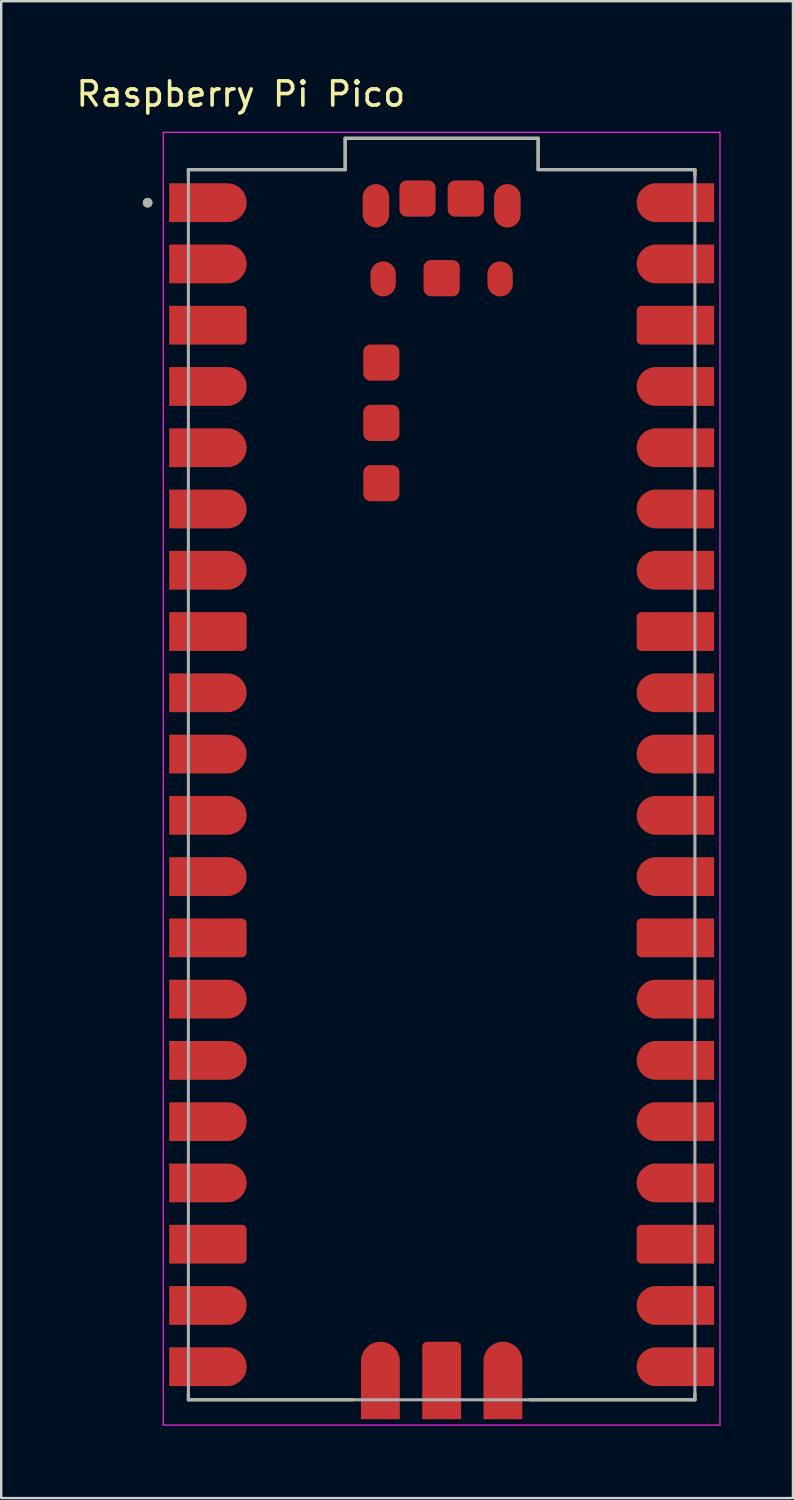
<source format=kicad_pcb>
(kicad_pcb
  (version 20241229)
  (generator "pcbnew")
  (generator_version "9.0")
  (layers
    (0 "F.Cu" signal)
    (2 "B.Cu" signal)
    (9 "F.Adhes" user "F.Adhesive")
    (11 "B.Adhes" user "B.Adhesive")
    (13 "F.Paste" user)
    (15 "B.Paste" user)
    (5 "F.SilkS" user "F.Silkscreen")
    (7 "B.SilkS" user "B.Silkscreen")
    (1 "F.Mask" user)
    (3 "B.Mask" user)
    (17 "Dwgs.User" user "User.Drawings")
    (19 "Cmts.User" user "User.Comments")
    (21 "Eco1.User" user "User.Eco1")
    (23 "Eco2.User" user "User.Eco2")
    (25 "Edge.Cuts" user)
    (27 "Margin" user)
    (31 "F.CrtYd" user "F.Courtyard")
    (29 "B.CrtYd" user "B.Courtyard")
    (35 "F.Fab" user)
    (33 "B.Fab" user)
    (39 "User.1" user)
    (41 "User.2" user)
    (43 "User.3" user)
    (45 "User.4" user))
  (footprint "Raspberry Pi Pico"
    (layer "F.Cu")
    (at 15.26 29.483)
    (property "Reference" "Raspberry Pi Pico" (at -8.325 -28.635 0) (layer "F.SilkS") (effects (font (size 1 1) (thickness 0.15))))
    (attr smd)
    (fp_poly (pts (xy -11.39 -23.23) (xy -11.39 -25.03) (xy -8.89 -25.03) (xy -8.843 -25.029) (xy -8.796 -25.025) (xy -8.749 -25.019) (xy -8.703 -25.01) (xy -8.657 -24.999) (xy -8.612 -24.986) (xy -8.567 -24.97) (xy -8.524 -24.952) (xy -8.481 -24.932) (xy -8.44 -24.909) (xy -8.4 -24.885) (xy -8.361 -24.858) (xy -8.324 -24.829) (xy -8.288 -24.799) (xy -8.254 -24.766) (xy -8.221 -24.732) (xy -8.191 -24.696) (xy -8.162 -24.659) (xy -8.135 -24.62) (xy -8.111 -24.58) (xy -8.088 -24.539) (xy -8.068 -24.496) (xy -8.05 -24.453) (xy -8.034 -24.408) (xy -8.021 -24.363) (xy -8.01 -24.317) (xy -8.001 -24.271) (xy -7.995 -24.224) (xy -7.991 -24.177) (xy -7.99 -24.13) (xy -7.991 -24.083) (xy -7.995 -24.036) (xy -8.001 -23.989) (xy -8.01 -23.943) (xy -8.021 -23.897) (xy -8.034 -23.852) (xy -8.05 -23.807) (xy -8.068 -23.764) (xy -8.088 -23.721) (xy -8.111 -23.68) (xy -8.135 -23.64) (xy -8.162 -23.601) (xy -8.191 -23.564) (xy -8.221 -23.528) (xy -8.254 -23.494) (xy -8.288 -23.461) (xy -8.324 -23.431) (xy -8.361 -23.402) (xy -8.4 -23.375) (xy -8.44 -23.351) (xy -8.481 -23.328) (xy -8.524 -23.308) (xy -8.567 -23.29) (xy -8.612 -23.274) (xy -8.657 -23.261) (xy -8.703 -23.25) (xy -8.749 -23.241) (xy -8.796 -23.235) (xy -8.843 -23.231) (xy -8.89 -23.23) (xy -11.39 -23.23)) (stroke (width 0.01) (type solid)) (fill yes) (layer "F.Mask"))
    (fp_poly (pts (xy -11.39 -20.69) (xy -11.39 -22.49) (xy -8.89 -22.49) (xy -8.843 -22.489) (xy -8.796 -22.485) (xy -8.749 -22.479) (xy -8.703 -22.47) (xy -8.657 -22.459) (xy -8.612 -22.446) (xy -8.567 -22.43) (xy -8.524 -22.412) (xy -8.481 -22.392) (xy -8.44 -22.369) (xy -8.4 -22.345) (xy -8.361 -22.318) (xy -8.324 -22.289) (xy -8.288 -22.259) (xy -8.254 -22.226) (xy -8.221 -22.192) (xy -8.191 -22.156) (xy -8.162 -22.119) (xy -8.135 -22.08) (xy -8.111 -22.04) (xy -8.088 -21.999) (xy -8.068 -21.956) (xy -8.05 -21.913) (xy -8.034 -21.868) (xy -8.021 -21.823) (xy -8.01 -21.777) (xy -8.001 -21.731) (xy -7.995 -21.684) (xy -7.991 -21.637) (xy -7.99 -21.59) (xy -7.991 -21.543) (xy -7.995 -21.496) (xy -8.001 -21.449) (xy -8.01 -21.403) (xy -8.021 -21.357) (xy -8.034 -21.312) (xy -8.05 -21.267) (xy -8.068 -21.224) (xy -8.088 -21.181) (xy -8.111 -21.14) (xy -8.135 -21.1) (xy -8.162 -21.061) (xy -8.191 -21.024) (xy -8.221 -20.988) (xy -8.254 -20.954) (xy -8.288 -20.921) (xy -8.324 -20.891) (xy -8.361 -20.862) (xy -8.4 -20.835) (xy -8.44 -20.811) (xy -8.481 -20.788) (xy -8.524 -20.768) (xy -8.567 -20.75) (xy -8.612 -20.734) (xy -8.657 -20.721) (xy -8.703 -20.71) (xy -8.749 -20.701) (xy -8.796 -20.695) (xy -8.843 -20.691) (xy -8.89 -20.69) (xy -11.39 -20.69)) (stroke (width 0.01) (type solid)) (fill yes) (layer "F.Mask"))
    (fp_poly (pts (xy -11.39 -15.61) (xy -11.39 -17.41) (xy -8.89 -17.41) (xy -8.843 -17.409) (xy -8.796 -17.405) (xy -8.749 -17.399) (xy -8.703 -17.39) (xy -8.657 -17.379) (xy -8.612 -17.366) (xy -8.567 -17.35) (xy -8.524 -17.332) (xy -8.481 -17.312) (xy -8.44 -17.289) (xy -8.4 -17.265) (xy -8.361 -17.238) (xy -8.324 -17.209) (xy -8.288 -17.179) (xy -8.254 -17.146) (xy -8.221 -17.112) (xy -8.191 -17.076) (xy -8.162 -17.039) (xy -8.135 -17) (xy -8.111 -16.96) (xy -8.088 -16.919) (xy -8.068 -16.876) (xy -8.05 -16.833) (xy -8.034 -16.788) (xy -8.021 -16.743) (xy -8.01 -16.697) (xy -8.001 -16.651) (xy -7.995 -16.604) (xy -7.991 -16.557) (xy -7.99 -16.51) (xy -7.991 -16.463) (xy -7.995 -16.416) (xy -8.001 -16.369) (xy -8.01 -16.323) (xy -8.021 -16.277) (xy -8.034 -16.232) (xy -8.05 -16.187) (xy -8.068 -16.144) (xy -8.088 -16.101) (xy -8.111 -16.06) (xy -8.135 -16.02) (xy -8.162 -15.981) (xy -8.191 -15.944) (xy -8.221 -15.908) (xy -8.254 -15.874) (xy -8.288 -15.841) (xy -8.324 -15.811) (xy -8.361 -15.782) (xy -8.4 -15.755) (xy -8.44 -15.731) (xy -8.481 -15.708) (xy -8.524 -15.688) (xy -8.567 -15.67) (xy -8.612 -15.654) (xy -8.657 -15.641) (xy -8.703 -15.63) (xy -8.749 -15.621) (xy -8.796 -15.615) (xy -8.843 -15.611) (xy -8.89 -15.61) (xy -11.39 -15.61)) (stroke (width 0.01) (type solid)) (fill yes) (layer "F.Mask"))
    (fp_poly (pts (xy -11.39 -13.07) (xy -11.39 -14.87) (xy -8.89 -14.87) (xy -8.843 -14.869) (xy -8.796 -14.865) (xy -8.749 -14.859) (xy -8.703 -14.85) (xy -8.657 -14.839) (xy -8.612 -14.826) (xy -8.567 -14.81) (xy -8.524 -14.792) (xy -8.481 -14.772) (xy -8.44 -14.749) (xy -8.4 -14.725) (xy -8.361 -14.698) (xy -8.324 -14.669) (xy -8.288 -14.639) (xy -8.254 -14.606) (xy -8.221 -14.572) (xy -8.191 -14.536) (xy -8.162 -14.499) (xy -8.135 -14.46) (xy -8.111 -14.42) (xy -8.088 -14.379) (xy -8.068 -14.336) (xy -8.05 -14.293) (xy -8.034 -14.248) (xy -8.021 -14.203) (xy -8.01 -14.157) (xy -8.001 -14.111) (xy -7.995 -14.064) (xy -7.991 -14.017) (xy -7.99 -13.97) (xy -7.991 -13.923) (xy -7.995 -13.876) (xy -8.001 -13.829) (xy -8.01 -13.783) (xy -8.021 -13.737) (xy -8.034 -13.692) (xy -8.05 -13.647) (xy -8.068 -13.604) (xy -8.088 -13.561) (xy -8.111 -13.52) (xy -8.135 -13.48) (xy -8.162 -13.441) (xy -8.191 -13.404) (xy -8.221 -13.368) (xy -8.254 -13.334) (xy -8.288 -13.301) (xy -8.324 -13.271) (xy -8.361 -13.242) (xy -8.4 -13.215) (xy -8.44 -13.191) (xy -8.481 -13.168) (xy -8.524 -13.148) (xy -8.567 -13.13) (xy -8.612 -13.114) (xy -8.657 -13.101) (xy -8.703 -13.09) (xy -8.749 -13.081) (xy -8.796 -13.075) (xy -8.843 -13.071) (xy -8.89 -13.07) (xy -11.39 -13.07)) (stroke (width 0.01) (type solid)) (fill yes) (layer "F.Mask"))
    (fp_poly (pts (xy -11.39 -10.53) (xy -11.39 -12.33) (xy -8.89 -12.33) (xy -8.843 -12.329) (xy -8.796 -12.325) (xy -8.749 -12.319) (xy -8.703 -12.31) (xy -8.657 -12.299) (xy -8.612 -12.286) (xy -8.567 -12.27) (xy -8.524 -12.252) (xy -8.481 -12.232) (xy -8.44 -12.209) (xy -8.4 -12.185) (xy -8.361 -12.158) (xy -8.324 -12.129) (xy -8.288 -12.099) (xy -8.254 -12.066) (xy -8.221 -12.032) (xy -8.191 -11.996) (xy -8.162 -11.959) (xy -8.135 -11.92) (xy -8.111 -11.88) (xy -8.088 -11.839) (xy -8.068 -11.796) (xy -8.05 -11.753) (xy -8.034 -11.708) (xy -8.021 -11.663) (xy -8.01 -11.617) (xy -8.001 -11.571) (xy -7.995 -11.524) (xy -7.991 -11.477) (xy -7.99 -11.43) (xy -7.991 -11.383) (xy -7.995 -11.336) (xy -8.001 -11.289) (xy -8.01 -11.243) (xy -8.021 -11.197) (xy -8.034 -11.152) (xy -8.05 -11.107) (xy -8.068 -11.064) (xy -8.088 -11.021) (xy -8.111 -10.98) (xy -8.135 -10.94) (xy -8.162 -10.901) (xy -8.191 -10.864) (xy -8.221 -10.828) (xy -8.254 -10.794) (xy -8.288 -10.761) (xy -8.324 -10.731) (xy -8.361 -10.702) (xy -8.4 -10.675) (xy -8.44 -10.651) (xy -8.481 -10.628) (xy -8.524 -10.608) (xy -8.567 -10.59) (xy -8.612 -10.574) (xy -8.657 -10.561) (xy -8.703 -10.55) (xy -8.749 -10.541) (xy -8.796 -10.535) (xy -8.843 -10.531) (xy -8.89 -10.53) (xy -11.39 -10.53)) (stroke (width 0.01) (type solid)) (fill yes) (layer "F.Mask"))
    (fp_poly (pts (xy -11.39 -7.99) (xy -11.39 -9.79) (xy -8.89 -9.79) (xy -8.843 -9.789) (xy -8.796 -9.785) (xy -8.749 -9.779) (xy -8.703 -9.77) (xy -8.657 -9.759) (xy -8.612 -9.746) (xy -8.567 -9.73) (xy -8.524 -9.712) (xy -8.481 -9.692) (xy -8.44 -9.669) (xy -8.4 -9.645) (xy -8.361 -9.618) (xy -8.324 -9.589) (xy -8.288 -9.559) (xy -8.254 -9.526) (xy -8.221 -9.492) (xy -8.191 -9.456) (xy -8.162 -9.419) (xy -8.135 -9.38) (xy -8.111 -9.34) (xy -8.088 -9.299) (xy -8.068 -9.256) (xy -8.05 -9.213) (xy -8.034 -9.168) (xy -8.021 -9.123) (xy -8.01 -9.077) (xy -8.001 -9.031) (xy -7.995 -8.984) (xy -7.991 -8.937) (xy -7.99 -8.89) (xy -7.991 -8.843) (xy -7.995 -8.796) (xy -8.001 -8.749) (xy -8.01 -8.703) (xy -8.021 -8.657) (xy -8.034 -8.612) (xy -8.05 -8.567) (xy -8.068 -8.524) (xy -8.088 -8.481) (xy -8.111 -8.44) (xy -8.135 -8.4) (xy -8.162 -8.361) (xy -8.191 -8.324) (xy -8.221 -8.288) (xy -8.254 -8.254) (xy -8.288 -8.221) (xy -8.324 -8.191) (xy -8.361 -8.162) (xy -8.4 -8.135) (xy -8.44 -8.111) (xy -8.481 -8.088) (xy -8.524 -8.068) (xy -8.567 -8.05) (xy -8.612 -8.034) (xy -8.657 -8.021) (xy -8.703 -8.01) (xy -8.749 -8.001) (xy -8.796 -7.995) (xy -8.843 -7.991) (xy -8.89 -7.99) (xy -11.39 -7.99)) (stroke (width 0.01) (type solid)) (fill yes) (layer "F.Mask"))
    (fp_poly (pts (xy -11.39 -2.91) (xy -11.39 -4.71) (xy -8.89 -4.71) (xy -8.843 -4.709) (xy -8.796 -4.705) (xy -8.749 -4.699) (xy -8.703 -4.69) (xy -8.657 -4.679) (xy -8.612 -4.666) (xy -8.567 -4.65) (xy -8.524 -4.632) (xy -8.481 -4.612) (xy -8.44 -4.589) (xy -8.4 -4.565) (xy -8.361 -4.538) (xy -8.324 -4.509) (xy -8.288 -4.479) (xy -8.254 -4.446) (xy -8.221 -4.412) (xy -8.191 -4.376) (xy -8.162 -4.339) (xy -8.135 -4.3) (xy -8.111 -4.26) (xy -8.088 -4.219) (xy -8.068 -4.176) (xy -8.05 -4.133) (xy -8.034 -4.088) (xy -8.021 -4.043) (xy -8.01 -3.997) (xy -8.001 -3.951) (xy -7.995 -3.904) (xy -7.991 -3.857) (xy -7.99 -3.81) (xy -7.991 -3.763) (xy -7.995 -3.716) (xy -8.001 -3.669) (xy -8.01 -3.623) (xy -8.021 -3.577) (xy -8.034 -3.532) (xy -8.05 -3.487) (xy -8.068 -3.444) (xy -8.088 -3.401) (xy -8.111 -3.36) (xy -8.135 -3.32) (xy -8.162 -3.281) (xy -8.191 -3.244) (xy -8.221 -3.208) (xy -8.254 -3.174) (xy -8.288 -3.141) (xy -8.324 -3.111) (xy -8.361 -3.082) (xy -8.4 -3.055) (xy -8.44 -3.031) (xy -8.481 -3.008) (xy -8.524 -2.988) (xy -8.567 -2.97) (xy -8.612 -2.954) (xy -8.657 -2.941) (xy -8.703 -2.93) (xy -8.749 -2.921) (xy -8.796 -2.915) (xy -8.843 -2.911) (xy -8.89 -2.91) (xy -11.39 -2.91)) (stroke (width 0.01) (type solid)) (fill yes) (layer "F.Mask"))
    (fp_poly (pts (xy -11.39 -0.37) (xy -11.39 -2.17) (xy -8.89 -2.17) (xy -8.843 -2.169) (xy -8.796 -2.165) (xy -8.749 -2.159) (xy -8.703 -2.15) (xy -8.657 -2.139) (xy -8.612 -2.126) (xy -8.567 -2.11) (xy -8.524 -2.092) (xy -8.481 -2.072) (xy -8.44 -2.049) (xy -8.4 -2.025) (xy -8.361 -1.998) (xy -8.324 -1.969) (xy -8.288 -1.939) (xy -8.254 -1.906) (xy -8.221 -1.872) (xy -8.191 -1.836) (xy -8.162 -1.799) (xy -8.135 -1.76) (xy -8.111 -1.72) (xy -8.088 -1.679) (xy -8.068 -1.636) (xy -8.05 -1.593) (xy -8.034 -1.548) (xy -8.021 -1.503) (xy -8.01 -1.457) (xy -8.001 -1.411) (xy -7.995 -1.364) (xy -7.991 -1.317) (xy -7.99 -1.27) (xy -7.991 -1.223) (xy -7.995 -1.176) (xy -8.001 -1.129) (xy -8.01 -1.083) (xy -8.021 -1.037) (xy -8.034 -0.992) (xy -8.05 -0.947) (xy -8.068 -0.904) (xy -8.088 -0.861) (xy -8.111 -0.82) (xy -8.135 -0.78) (xy -8.162 -0.741) (xy -8.191 -0.704) (xy -8.221 -0.668) (xy -8.254 -0.634) (xy -8.288 -0.601) (xy -8.324 -0.571) (xy -8.361 -0.542) (xy -8.4 -0.515) (xy -8.44 -0.491) (xy -8.481 -0.468) (xy -8.524 -0.448) (xy -8.567 -0.43) (xy -8.612 -0.414) (xy -8.657 -0.401) (xy -8.703 -0.39) (xy -8.749 -0.381) (xy -8.796 -0.375) (xy -8.843 -0.371) (xy -8.89 -0.37) (xy -11.39 -0.37)) (stroke (width 0.01) (type solid)) (fill yes) (layer "F.Mask"))
    (fp_poly (pts (xy -11.39 2.17) (xy -11.39 0.37) (xy -8.89 0.37) (xy -8.843 0.371) (xy -8.796 0.375) (xy -8.749 0.381) (xy -8.703 0.39) (xy -8.657 0.401) (xy -8.612 0.414) (xy -8.567 0.43) (xy -8.524 0.448) (xy -8.481 0.468) (xy -8.44 0.491) (xy -8.4 0.515) (xy -8.361 0.542) (xy -8.324 0.571) (xy -8.288 0.601) (xy -8.254 0.634) (xy -8.221 0.668) (xy -8.191 0.704) (xy -8.162 0.741) (xy -8.135 0.78) (xy -8.111 0.82) (xy -8.088 0.861) (xy -8.068 0.904) (xy -8.05 0.947) (xy -8.034 0.992) (xy -8.021 1.037) (xy -8.01 1.083) (xy -8.001 1.129) (xy -7.995 1.176) (xy -7.991 1.223) (xy -7.99 1.27) (xy -7.991 1.317) (xy -7.995 1.364) (xy -8.001 1.411) (xy -8.01 1.457) (xy -8.021 1.503) (xy -8.034 1.548) (xy -8.05 1.593) (xy -8.068 1.636) (xy -8.088 1.679) (xy -8.111 1.72) (xy -8.135 1.76) (xy -8.162 1.799) (xy -8.191 1.836) (xy -8.221 1.872) (xy -8.254 1.906) (xy -8.288 1.939) (xy -8.324 1.969) (xy -8.361 1.998) (xy -8.4 2.025) (xy -8.44 2.049) (xy -8.481 2.072) (xy -8.524 2.092) (xy -8.567 2.11) (xy -8.612 2.126) (xy -8.657 2.139) (xy -8.703 2.15) (xy -8.749 2.159) (xy -8.796 2.165) (xy -8.843 2.169) (xy -8.89 2.17) (xy -11.39 2.17)) (stroke (width 0.01) (type solid)) (fill yes) (layer "F.Mask"))
    (fp_poly (pts (xy -11.39 4.71) (xy -11.39 2.91) (xy -8.89 2.91) (xy -8.843 2.911) (xy -8.796 2.915) (xy -8.749 2.921) (xy -8.703 2.93) (xy -8.657 2.941) (xy -8.612 2.954) (xy -8.567 2.97) (xy -8.524 2.988) (xy -8.481 3.008) (xy -8.44 3.031) (xy -8.4 3.055) (xy -8.361 3.082) (xy -8.324 3.111) (xy -8.288 3.141) (xy -8.254 3.174) (xy -8.221 3.208) (xy -8.191 3.244) (xy -8.162 3.281) (xy -8.135 3.32) (xy -8.111 3.36) (xy -8.088 3.401) (xy -8.068 3.444) (xy -8.05 3.487) (xy -8.034 3.532) (xy -8.021 3.577) (xy -8.01 3.623) (xy -8.001 3.669) (xy -7.995 3.716) (xy -7.991 3.763) (xy -7.99 3.81) (xy -7.991 3.857) (xy -7.995 3.904) (xy -8.001 3.951) (xy -8.01 3.997) (xy -8.021 4.043) (xy -8.034 4.088) (xy -8.05 4.133) (xy -8.068 4.176) (xy -8.088 4.219) (xy -8.111 4.26) (xy -8.135 4.3) (xy -8.162 4.339) (xy -8.191 4.376) (xy -8.221 4.412) (xy -8.254 4.446) (xy -8.288 4.479) (xy -8.324 4.509) (xy -8.361 4.538) (xy -8.4 4.565) (xy -8.44 4.589) (xy -8.481 4.612) (xy -8.524 4.632) (xy -8.567 4.65) (xy -8.612 4.666) (xy -8.657 4.679) (xy -8.703 4.69) (xy -8.749 4.699) (xy -8.796 4.705) (xy -8.843 4.709) (xy -8.89 4.71) (xy -11.39 4.71)) (stroke (width 0.01) (type solid)) (fill yes) (layer "F.Mask"))
    (fp_poly (pts (xy -11.39 9.79) (xy -11.39 7.99) (xy -8.89 7.99) (xy -8.843 7.991) (xy -8.796 7.995) (xy -8.749 8.001) (xy -8.703 8.01) (xy -8.657 8.021) (xy -8.612 8.034) (xy -8.567 8.05) (xy -8.524 8.068) (xy -8.481 8.088) (xy -8.44 8.111) (xy -8.4 8.135) (xy -8.361 8.162) (xy -8.324 8.191) (xy -8.288 8.221) (xy -8.254 8.254) (xy -8.221 8.288) (xy -8.191 8.324) (xy -8.162 8.361) (xy -8.135 8.4) (xy -8.111 8.44) (xy -8.088 8.481) (xy -8.068 8.524) (xy -8.05 8.567) (xy -8.034 8.612) (xy -8.021 8.657) (xy -8.01 8.703) (xy -8.001 8.749) (xy -7.995 8.796) (xy -7.991 8.843) (xy -7.99 8.89) (xy -7.991 8.937) (xy -7.995 8.984) (xy -8.001 9.031) (xy -8.01 9.077) (xy -8.021 9.123) (xy -8.034 9.168) (xy -8.05 9.213) (xy -8.068 9.256) (xy -8.088 9.299) (xy -8.111 9.34) (xy -8.135 9.38) (xy -8.162 9.419) (xy -8.191 9.456) (xy -8.221 9.492) (xy -8.254 9.526) (xy -8.288 9.559) (xy -8.324 9.589) (xy -8.361 9.618) (xy -8.4 9.645) (xy -8.44 9.669) (xy -8.481 9.692) (xy -8.524 9.712) (xy -8.567 9.73) (xy -8.612 9.746) (xy -8.657 9.759) (xy -8.703 9.77) (xy -8.749 9.779) (xy -8.796 9.785) (xy -8.843 9.789) (xy -8.89 9.79) (xy -11.39 9.79)) (stroke (width 0.01) (type solid)) (fill yes) (layer "F.Mask"))
    (fp_poly (pts (xy -11.39 12.33) (xy -11.39 10.53) (xy -8.89 10.53) (xy -8.843 10.531) (xy -8.796 10.535) (xy -8.749 10.541) (xy -8.703 10.55) (xy -8.657 10.561) (xy -8.612 10.574) (xy -8.567 10.59) (xy -8.524 10.608) (xy -8.481 10.628) (xy -8.44 10.651) (xy -8.4 10.675) (xy -8.361 10.702) (xy -8.324 10.731) (xy -8.288 10.761) (xy -8.254 10.794) (xy -8.221 10.828) (xy -8.191 10.864) (xy -8.162 10.901) (xy -8.135 10.94) (xy -8.111 10.98) (xy -8.088 11.021) (xy -8.068 11.064) (xy -8.05 11.107) (xy -8.034 11.152) (xy -8.021 11.197) (xy -8.01 11.243) (xy -8.001 11.289) (xy -7.995 11.336) (xy -7.991 11.383) (xy -7.99 11.43) (xy -7.991 11.477) (xy -7.995 11.524) (xy -8.001 11.571) (xy -8.01 11.617) (xy -8.021 11.663) (xy -8.034 11.708) (xy -8.05 11.753) (xy -8.068 11.796) (xy -8.088 11.839) (xy -8.111 11.88) (xy -8.135 11.92) (xy -8.162 11.959) (xy -8.191 11.996) (xy -8.221 12.032) (xy -8.254 12.066) (xy -8.288 12.099) (xy -8.324 12.129) (xy -8.361 12.158) (xy -8.4 12.185) (xy -8.44 12.209) (xy -8.481 12.232) (xy -8.524 12.252) (xy -8.567 12.27) (xy -8.612 12.286) (xy -8.657 12.299) (xy -8.703 12.31) (xy -8.749 12.319) (xy -8.796 12.325) (xy -8.843 12.329) (xy -8.89 12.33) (xy -11.39 12.33)) (stroke (width 0.01) (type solid)) (fill yes) (layer "F.Mask"))
    (fp_poly (pts (xy -11.39 14.87) (xy -11.39 13.07) (xy -8.89 13.07) (xy -8.843 13.071) (xy -8.796 13.075) (xy -8.749 13.081) (xy -8.703 13.09) (xy -8.657 13.101) (xy -8.612 13.114) (xy -8.567 13.13) (xy -8.524 13.148) (xy -8.481 13.168) (xy -8.44 13.191) (xy -8.4 13.215) (xy -8.361 13.242) (xy -8.324 13.271) (xy -8.288 13.301) (xy -8.254 13.334) (xy -8.221 13.368) (xy -8.191 13.404) (xy -8.162 13.441) (xy -8.135 13.48) (xy -8.111 13.52) (xy -8.088 13.561) (xy -8.068 13.604) (xy -8.05 13.647) (xy -8.034 13.692) (xy -8.021 13.737) (xy -8.01 13.783) (xy -8.001 13.829) (xy -7.995 13.876) (xy -7.991 13.923) (xy -7.99 13.97) (xy -7.991 14.017) (xy -7.995 14.064) (xy -8.001 14.111) (xy -8.01 14.157) (xy -8.021 14.203) (xy -8.034 14.248) (xy -8.05 14.293) (xy -8.068 14.336) (xy -8.088 14.379) (xy -8.111 14.42) (xy -8.135 14.46) (xy -8.162 14.499) (xy -8.191 14.536) (xy -8.221 14.572) (xy -8.254 14.606) (xy -8.288 14.639) (xy -8.324 14.669) (xy -8.361 14.698) (xy -8.4 14.725) (xy -8.44 14.749) (xy -8.481 14.772) (xy -8.524 14.792) (xy -8.567 14.81) (xy -8.612 14.826) (xy -8.657 14.839) (xy -8.703 14.85) (xy -8.749 14.859) (xy -8.796 14.865) (xy -8.843 14.869) (xy -8.89 14.87) (xy -11.39 14.87)) (stroke (width 0.01) (type solid)) (fill yes) (layer "F.Mask"))
    (fp_poly (pts (xy -11.39 17.41) (xy -11.39 15.61) (xy -8.89 15.61) (xy -8.843 15.611) (xy -8.796 15.615) (xy -8.749 15.621) (xy -8.703 15.63) (xy -8.657 15.641) (xy -8.612 15.654) (xy -8.567 15.67) (xy -8.524 15.688) (xy -8.481 15.708) (xy -8.44 15.731) (xy -8.4 15.755) (xy -8.361 15.782) (xy -8.324 15.811) (xy -8.288 15.841) (xy -8.254 15.874) (xy -8.221 15.908) (xy -8.191 15.944) (xy -8.162 15.981) (xy -8.135 16.02) (xy -8.111 16.06) (xy -8.088 16.101) (xy -8.068 16.144) (xy -8.05 16.187) (xy -8.034 16.232) (xy -8.021 16.277) (xy -8.01 16.323) (xy -8.001 16.369) (xy -7.995 16.416) (xy -7.991 16.463) (xy -7.99 16.51) (xy -7.991 16.557) (xy -7.995 16.604) (xy -8.001 16.651) (xy -8.01 16.697) (xy -8.021 16.743) (xy -8.034 16.788) (xy -8.05 16.833) (xy -8.068 16.876) (xy -8.088 16.919) (xy -8.111 16.96) (xy -8.135 17) (xy -8.162 17.039) (xy -8.191 17.076) (xy -8.221 17.112) (xy -8.254 17.146) (xy -8.288 17.179) (xy -8.324 17.209) (xy -8.361 17.238) (xy -8.4 17.265) (xy -8.44 17.289) (xy -8.481 17.312) (xy -8.524 17.332) (xy -8.567 17.35) (xy -8.612 17.366) (xy -8.657 17.379) (xy -8.703 17.39) (xy -8.749 17.399) (xy -8.796 17.405) (xy -8.843 17.409) (xy -8.89 17.41) (xy -11.39 17.41)) (stroke (width 0.01) (type solid)) (fill yes) (layer "F.Mask"))
    (fp_poly (pts (xy -11.39 22.49) (xy -11.39 20.69) (xy -8.89 20.69) (xy -8.843 20.691) (xy -8.796 20.695) (xy -8.749 20.701) (xy -8.703 20.71) (xy -8.657 20.721) (xy -8.612 20.734) (xy -8.567 20.75) (xy -8.524 20.768) (xy -8.481 20.788) (xy -8.44 20.811) (xy -8.4 20.835) (xy -8.361 20.862) (xy -8.324 20.891) (xy -8.288 20.921) (xy -8.254 20.954) (xy -8.221 20.988) (xy -8.191 21.024) (xy -8.162 21.061) (xy -8.135 21.1) (xy -8.111 21.14) (xy -8.088 21.181) (xy -8.068 21.224) (xy -8.05 21.267) (xy -8.034 21.312) (xy -8.021 21.357) (xy -8.01 21.403) (xy -8.001 21.449) (xy -7.995 21.496) (xy -7.991 21.543) (xy -7.99 21.59) (xy -7.991 21.637) (xy -7.995 21.684) (xy -8.001 21.731) (xy -8.01 21.777) (xy -8.021 21.823) (xy -8.034 21.868) (xy -8.05 21.913) (xy -8.068 21.956) (xy -8.088 21.999) (xy -8.111 22.04) (xy -8.135 22.08) (xy -8.162 22.119) (xy -8.191 22.156) (xy -8.221 22.192) (xy -8.254 22.226) (xy -8.288 22.259) (xy -8.324 22.289) (xy -8.361 22.318) (xy -8.4 22.345) (xy -8.44 22.369) (xy -8.481 22.392) (xy -8.524 22.412) (xy -8.567 22.43) (xy -8.612 22.446) (xy -8.657 22.459) (xy -8.703 22.47) (xy -8.749 22.479) (xy -8.796 22.485) (xy -8.843 22.489) (xy -8.89 22.49) (xy -11.39 22.49)) (stroke (width 0.01) (type solid)) (fill yes) (layer "F.Mask"))
    (fp_poly (pts (xy -11.39 25.03) (xy -11.39 23.23) (xy -8.89 23.23) (xy -8.843 23.231) (xy -8.796 23.235) (xy -8.749 23.241) (xy -8.703 23.25) (xy -8.657 23.261) (xy -8.612 23.274) (xy -8.567 23.29) (xy -8.524 23.308) (xy -8.481 23.328) (xy -8.44 23.351) (xy -8.4 23.375) (xy -8.361 23.402) (xy -8.324 23.431) (xy -8.288 23.461) (xy -8.254 23.494) (xy -8.221 23.528) (xy -8.191 23.564) (xy -8.162 23.601) (xy -8.135 23.64) (xy -8.111 23.68) (xy -8.088 23.721) (xy -8.068 23.764) (xy -8.05 23.807) (xy -8.034 23.852) (xy -8.021 23.897) (xy -8.01 23.943) (xy -8.001 23.989) (xy -7.995 24.036) (xy -7.991 24.083) (xy -7.99 24.13) (xy -7.991 24.177) (xy -7.995 24.224) (xy -8.001 24.271) (xy -8.01 24.317) (xy -8.021 24.363) (xy -8.034 24.408) (xy -8.05 24.453) (xy -8.068 24.496) (xy -8.088 24.539) (xy -8.111 24.58) (xy -8.135 24.62) (xy -8.162 24.659) (xy -8.191 24.696) (xy -8.221 24.732) (xy -8.254 24.766) (xy -8.288 24.799) (xy -8.324 24.829) (xy -8.361 24.858) (xy -8.4 24.885) (xy -8.44 24.909) (xy -8.481 24.932) (xy -8.524 24.952) (xy -8.567 24.97) (xy -8.612 24.986) (xy -8.657 24.999) (xy -8.703 25.01) (xy -8.749 25.019) (xy -8.796 25.025) (xy -8.843 25.029) (xy -8.89 25.03) (xy -11.39 25.03)) (stroke (width 0.01) (type solid)) (fill yes) (layer "F.Mask"))
    (fp_poly (pts (xy -3.44 26.4) (xy -3.44 23.9) (xy -3.439 23.853) (xy -3.435 23.806) (xy -3.429 23.759) (xy -3.42 23.713) (xy -3.409 23.667) (xy -3.396 23.622) (xy -3.38 23.577) (xy -3.362 23.534) (xy -3.342 23.491) (xy -3.319 23.45) (xy -3.295 23.41) (xy -3.268 23.371) (xy -3.239 23.334) (xy -3.209 23.298) (xy -3.176 23.264) (xy -3.142 23.231) (xy -3.106 23.201) (xy -3.069 23.172) (xy -3.03 23.145) (xy -2.99 23.121) (xy -2.949 23.098) (xy -2.906 23.078) (xy -2.863 23.06) (xy -2.818 23.044) (xy -2.773 23.031) (xy -2.727 23.02) (xy -2.681 23.011) (xy -2.634 23.005) (xy -2.587 23.001) (xy -2.54 23) (xy -2.493 23.001) (xy -2.446 23.005) (xy -2.399 23.011) (xy -2.353 23.02) (xy -2.307 23.031) (xy -2.262 23.044) (xy -2.217 23.06) (xy -2.174 23.078) (xy -2.131 23.098) (xy -2.09 23.121) (xy -2.05 23.145) (xy -2.011 23.172) (xy -1.974 23.201) (xy -1.938 23.231) (xy -1.904 23.264) (xy -1.871 23.298) (xy -1.841 23.334) (xy -1.812 23.371) (xy -1.785 23.41) (xy -1.761 23.45) (xy -1.738 23.491) (xy -1.718 23.534) (xy -1.7 23.577) (xy -1.684 23.622) (xy -1.671 23.667) (xy -1.66 23.713) (xy -1.651 23.759) (xy -1.645 23.806) (xy -1.641 23.853) (xy -1.64 23.9) (xy -1.64 26.4) (xy -3.44 26.4)) (stroke (width 0.01) (type solid)) (fill yes) (layer "F.Mask"))
    (fp_poly (pts (xy 1.64 26.4) (xy 1.64 23.9) (xy 1.641 23.853) (xy 1.645 23.806) (xy 1.651 23.759) (xy 1.66 23.713) (xy 1.671 23.667) (xy 1.684 23.622) (xy 1.7 23.577) (xy 1.718 23.534) (xy 1.738 23.491) (xy 1.761 23.45) (xy 1.785 23.41) (xy 1.812 23.371) (xy 1.841 23.334) (xy 1.871 23.298) (xy 1.904 23.264) (xy 1.938 23.231) (xy 1.974 23.201) (xy 2.011 23.172) (xy 2.05 23.145) (xy 2.09 23.121) (xy 2.131 23.098) (xy 2.174 23.078) (xy 2.217 23.06) (xy 2.262 23.044) (xy 2.307 23.031) (xy 2.353 23.02) (xy 2.399 23.011) (xy 2.446 23.005) (xy 2.493 23.001) (xy 2.54 23) (xy 2.587 23.001) (xy 2.634 23.005) (xy 2.681 23.011) (xy 2.727 23.02) (xy 2.773 23.031) (xy 2.818 23.044) (xy 2.863 23.06) (xy 2.906 23.078) (xy 2.949 23.098) (xy 2.99 23.121) (xy 3.03 23.145) (xy 3.069 23.172) (xy 3.106 23.201) (xy 3.142 23.231) (xy 3.176 23.264) (xy 3.209 23.298) (xy 3.239 23.334) (xy 3.268 23.371) (xy 3.295 23.41) (xy 3.319 23.45) (xy 3.342 23.491) (xy 3.362 23.534) (xy 3.38 23.577) (xy 3.396 23.622) (xy 3.409 23.667) (xy 3.42 23.713) (xy 3.429 23.759) (xy 3.435 23.806) (xy 3.439 23.853) (xy 3.44 23.9) (xy 3.44 26.4) (xy 1.64 26.4)) (stroke (width 0.01) (type solid)) (fill yes) (layer "F.Mask"))
    (fp_poly (pts (xy 11.39 -23.23) (xy 11.39 -25.03) (xy 8.89 -25.03) (xy 8.843 -25.029) (xy 8.796 -25.025) (xy 8.749 -25.019) (xy 8.703 -25.01) (xy 8.657 -24.999) (xy 8.612 -24.986) (xy 8.567 -24.97) (xy 8.524 -24.952) (xy 8.481 -24.932) (xy 8.44 -24.909) (xy 8.4 -24.885) (xy 8.361 -24.858) (xy 8.324 -24.829) (xy 8.288 -24.799) (xy 8.254 -24.766) (xy 8.221 -24.732) (xy 8.191 -24.696) (xy 8.162 -24.659) (xy 8.135 -24.62) (xy 8.111 -24.58) (xy 8.088 -24.539) (xy 8.068 -24.496) (xy 8.05 -24.453) (xy 8.034 -24.408) (xy 8.021 -24.363) (xy 8.01 -24.317) (xy 8.001 -24.271) (xy 7.995 -24.224) (xy 7.991 -24.177) (xy 7.99 -24.13) (xy 7.991 -24.083) (xy 7.995 -24.036) (xy 8.001 -23.989) (xy 8.01 -23.943) (xy 8.021 -23.897) (xy 8.034 -23.852) (xy 8.05 -23.807) (xy 8.068 -23.764) (xy 8.088 -23.721) (xy 8.111 -23.68) (xy 8.135 -23.64) (xy 8.162 -23.601) (xy 8.191 -23.564) (xy 8.221 -23.528) (xy 8.254 -23.494) (xy 8.288 -23.461) (xy 8.324 -23.431) (xy 8.361 -23.402) (xy 8.4 -23.375) (xy 8.44 -23.351) (xy 8.481 -23.328) (xy 8.524 -23.308) (xy 8.567 -23.29) (xy 8.612 -23.274) (xy 8.657 -23.261) (xy 8.703 -23.25) (xy 8.749 -23.241) (xy 8.796 -23.235) (xy 8.843 -23.231) (xy 8.89 -23.23) (xy 11.39 -23.23)) (stroke (width 0.01) (type solid)) (fill yes) (layer "F.Mask"))
    (fp_poly (pts (xy 11.39 -20.69) (xy 11.39 -22.49) (xy 8.89 -22.49) (xy 8.843 -22.489) (xy 8.796 -22.485) (xy 8.749 -22.479) (xy 8.703 -22.47) (xy 8.657 -22.459) (xy 8.612 -22.446) (xy 8.567 -22.43) (xy 8.524 -22.412) (xy 8.481 -22.392) (xy 8.44 -22.369) (xy 8.4 -22.345) (xy 8.361 -22.318) (xy 8.324 -22.289) (xy 8.288 -22.259) (xy 8.254 -22.226) (xy 8.221 -22.192) (xy 8.191 -22.156) (xy 8.162 -22.119) (xy 8.135 -22.08) (xy 8.111 -22.04) (xy 8.088 -21.999) (xy 8.068 -21.956) (xy 8.05 -21.913) (xy 8.034 -21.868) (xy 8.021 -21.823) (xy 8.01 -21.777) (xy 8.001 -21.731) (xy 7.995 -21.684) (xy 7.991 -21.637) (xy 7.99 -21.59) (xy 7.991 -21.543) (xy 7.995 -21.496) (xy 8.001 -21.449) (xy 8.01 -21.403) (xy 8.021 -21.357) (xy 8.034 -21.312) (xy 8.05 -21.267) (xy 8.068 -21.224) (xy 8.088 -21.181) (xy 8.111 -21.14) (xy 8.135 -21.1) (xy 8.162 -21.061) (xy 8.191 -21.024) (xy 8.221 -20.988) (xy 8.254 -20.954) (xy 8.288 -20.921) (xy 8.324 -20.891) (xy 8.361 -20.862) (xy 8.4 -20.835) (xy 8.44 -20.811) (xy 8.481 -20.788) (xy 8.524 -20.768) (xy 8.567 -20.75) (xy 8.612 -20.734) (xy 8.657 -20.721) (xy 8.703 -20.71) (xy 8.749 -20.701) (xy 8.796 -20.695) (xy 8.843 -20.691) (xy 8.89 -20.69) (xy 11.39 -20.69)) (stroke (width 0.01) (type solid)) (fill yes) (layer "F.Mask"))
    (fp_poly (pts (xy 11.39 -15.61) (xy 11.39 -17.41) (xy 8.89 -17.41) (xy 8.843 -17.409) (xy 8.796 -17.405) (xy 8.749 -17.399) (xy 8.703 -17.39) (xy 8.657 -17.379) (xy 8.612 -17.366) (xy 8.567 -17.35) (xy 8.524 -17.332) (xy 8.481 -17.312) (xy 8.44 -17.289) (xy 8.4 -17.265) (xy 8.361 -17.238) (xy 8.324 -17.209) (xy 8.288 -17.179) (xy 8.254 -17.146) (xy 8.221 -17.112) (xy 8.191 -17.076) (xy 8.162 -17.039) (xy 8.135 -17) (xy 8.111 -16.96) (xy 8.088 -16.919) (xy 8.068 -16.876) (xy 8.05 -16.833) (xy 8.034 -16.788) (xy 8.021 -16.743) (xy 8.01 -16.697) (xy 8.001 -16.651) (xy 7.995 -16.604) (xy 7.991 -16.557) (xy 7.99 -16.51) (xy 7.991 -16.463) (xy 7.995 -16.416) (xy 8.001 -16.369) (xy 8.01 -16.323) (xy 8.021 -16.277) (xy 8.034 -16.232) (xy 8.05 -16.187) (xy 8.068 -16.144) (xy 8.088 -16.101) (xy 8.111 -16.06) (xy 8.135 -16.02) (xy 8.162 -15.981) (xy 8.191 -15.944) (xy 8.221 -15.908) (xy 8.254 -15.874) (xy 8.288 -15.841) (xy 8.324 -15.811) (xy 8.361 -15.782) (xy 8.4 -15.755) (xy 8.44 -15.731) (xy 8.481 -15.708) (xy 8.524 -15.688) (xy 8.567 -15.67) (xy 8.612 -15.654) (xy 8.657 -15.641) (xy 8.703 -15.63) (xy 8.749 -15.621) (xy 8.796 -15.615) (xy 8.843 -15.611) (xy 8.89 -15.61) (xy 11.39 -15.61)) (stroke (width 0.01) (type solid)) (fill yes) (layer "F.Mask"))
    (fp_poly (pts (xy 11.39 -13.07) (xy 11.39 -14.87) (xy 8.89 -14.87) (xy 8.843 -14.869) (xy 8.796 -14.865) (xy 8.749 -14.859) (xy 8.703 -14.85) (xy 8.657 -14.839) (xy 8.612 -14.826) (xy 8.567 -14.81) (xy 8.524 -14.792) (xy 8.481 -14.772) (xy 8.44 -14.749) (xy 8.4 -14.725) (xy 8.361 -14.698) (xy 8.324 -14.669) (xy 8.288 -14.639) (xy 8.254 -14.606) (xy 8.221 -14.572) (xy 8.191 -14.536) (xy 8.162 -14.499) (xy 8.135 -14.46) (xy 8.111 -14.42) (xy 8.088 -14.379) (xy 8.068 -14.336) (xy 8.05 -14.293) (xy 8.034 -14.248) (xy 8.021 -14.203) (xy 8.01 -14.157) (xy 8.001 -14.111) (xy 7.995 -14.064) (xy 7.991 -14.017) (xy 7.99 -13.97) (xy 7.991 -13.923) (xy 7.995 -13.876) (xy 8.001 -13.829) (xy 8.01 -13.783) (xy 8.021 -13.737) (xy 8.034 -13.692) (xy 8.05 -13.647) (xy 8.068 -13.604) (xy 8.088 -13.561) (xy 8.111 -13.52) (xy 8.135 -13.48) (xy 8.162 -13.441) (xy 8.191 -13.404) (xy 8.221 -13.368) (xy 8.254 -13.334) (xy 8.288 -13.301) (xy 8.324 -13.271) (xy 8.361 -13.242) (xy 8.4 -13.215) (xy 8.44 -13.191) (xy 8.481 -13.168) (xy 8.524 -13.148) (xy 8.567 -13.13) (xy 8.612 -13.114) (xy 8.657 -13.101) (xy 8.703 -13.09) (xy 8.749 -13.081) (xy 8.796 -13.075) (xy 8.843 -13.071) (xy 8.89 -13.07) (xy 11.39 -13.07)) (stroke (width 0.01) (type solid)) (fill yes) (layer "F.Mask"))
    (fp_poly (pts (xy 11.39 -10.53) (xy 11.39 -12.33) (xy 8.89 -12.33) (xy 8.843 -12.329) (xy 8.796 -12.325) (xy 8.749 -12.319) (xy 8.703 -12.31) (xy 8.657 -12.299) (xy 8.612 -12.286) (xy 8.567 -12.27) (xy 8.524 -12.252) (xy 8.481 -12.232) (xy 8.44 -12.209) (xy 8.4 -12.185) (xy 8.361 -12.158) (xy 8.324 -12.129) (xy 8.288 -12.099) (xy 8.254 -12.066) (xy 8.221 -12.032) (xy 8.191 -11.996) (xy 8.162 -11.959) (xy 8.135 -11.92) (xy 8.111 -11.88) (xy 8.088 -11.839) (xy 8.068 -11.796) (xy 8.05 -11.753) (xy 8.034 -11.708) (xy 8.021 -11.663) (xy 8.01 -11.617) (xy 8.001 -11.571) (xy 7.995 -11.524) (xy 7.991 -11.477) (xy 7.99 -11.43) (xy 7.991 -11.383) (xy 7.995 -11.336) (xy 8.001 -11.289) (xy 8.01 -11.243) (xy 8.021 -11.197) (xy 8.034 -11.152) (xy 8.05 -11.107) (xy 8.068 -11.064) (xy 8.088 -11.021) (xy 8.111 -10.98) (xy 8.135 -10.94) (xy 8.162 -10.901) (xy 8.191 -10.864) (xy 8.221 -10.828) (xy 8.254 -10.794) (xy 8.288 -10.761) (xy 8.324 -10.731) (xy 8.361 -10.702) (xy 8.4 -10.675) (xy 8.44 -10.651) (xy 8.481 -10.628) (xy 8.524 -10.608) (xy 8.567 -10.59) (xy 8.612 -10.574) (xy 8.657 -10.561) (xy 8.703 -10.55) (xy 8.749 -10.541) (xy 8.796 -10.535) (xy 8.843 -10.531) (xy 8.89 -10.53) (xy 11.39 -10.53)) (stroke (width 0.01) (type solid)) (fill yes) (layer "F.Mask"))
    (fp_poly (pts (xy 11.39 -7.99) (xy 11.39 -9.79) (xy 8.89 -9.79) (xy 8.843 -9.789) (xy 8.796 -9.785) (xy 8.749 -9.779) (xy 8.703 -9.77) (xy 8.657 -9.759) (xy 8.612 -9.746) (xy 8.567 -9.73) (xy 8.524 -9.712) (xy 8.481 -9.692) (xy 8.44 -9.669) (xy 8.4 -9.645) (xy 8.361 -9.618) (xy 8.324 -9.589) (xy 8.288 -9.559) (xy 8.254 -9.526) (xy 8.221 -9.492) (xy 8.191 -9.456) (xy 8.162 -9.419) (xy 8.135 -9.38) (xy 8.111 -9.34) (xy 8.088 -9.299) (xy 8.068 -9.256) (xy 8.05 -9.213) (xy 8.034 -9.168) (xy 8.021 -9.123) (xy 8.01 -9.077) (xy 8.001 -9.031) (xy 7.995 -8.984) (xy 7.991 -8.937) (xy 7.99 -8.89) (xy 7.991 -8.843) (xy 7.995 -8.796) (xy 8.001 -8.749) (xy 8.01 -8.703) (xy 8.021 -8.657) (xy 8.034 -8.612) (xy 8.05 -8.567) (xy 8.068 -8.524) (xy 8.088 -8.481) (xy 8.111 -8.44) (xy 8.135 -8.4) (xy 8.162 -8.361) (xy 8.191 -8.324) (xy 8.221 -8.288) (xy 8.254 -8.254) (xy 8.288 -8.221) (xy 8.324 -8.191) (xy 8.361 -8.162) (xy 8.4 -8.135) (xy 8.44 -8.111) (xy 8.481 -8.088) (xy 8.524 -8.068) (xy 8.567 -8.05) (xy 8.612 -8.034) (xy 8.657 -8.021) (xy 8.703 -8.01) (xy 8.749 -8.001) (xy 8.796 -7.995) (xy 8.843 -7.991) (xy 8.89 -7.99) (xy 11.39 -7.99)) (stroke (width 0.01) (type solid)) (fill yes) (layer "F.Mask"))
    (fp_poly (pts (xy 11.39 -2.91) (xy 11.39 -4.71) (xy 8.89 -4.71) (xy 8.843 -4.709) (xy 8.796 -4.705) (xy 8.749 -4.699) (xy 8.703 -4.69) (xy 8.657 -4.679) (xy 8.612 -4.666) (xy 8.567 -4.65) (xy 8.524 -4.632) (xy 8.481 -4.612) (xy 8.44 -4.589) (xy 8.4 -4.565) (xy 8.361 -4.538) (xy 8.324 -4.509) (xy 8.288 -4.479) (xy 8.254 -4.446) (xy 8.221 -4.412) (xy 8.191 -4.376) (xy 8.162 -4.339) (xy 8.135 -4.3) (xy 8.111 -4.26) (xy 8.088 -4.219) (xy 8.068 -4.176) (xy 8.05 -4.133) (xy 8.034 -4.088) (xy 8.021 -4.043) (xy 8.01 -3.997) (xy 8.001 -3.951) (xy 7.995 -3.904) (xy 7.991 -3.857) (xy 7.99 -3.81) (xy 7.991 -3.763) (xy 7.995 -3.716) (xy 8.001 -3.669) (xy 8.01 -3.623) (xy 8.021 -3.577) (xy 8.034 -3.532) (xy 8.05 -3.487) (xy 8.068 -3.444) (xy 8.088 -3.401) (xy 8.111 -3.36) (xy 8.135 -3.32) (xy 8.162 -3.281) (xy 8.191 -3.244) (xy 8.221 -3.208) (xy 8.254 -3.174) (xy 8.288 -3.141) (xy 8.324 -3.111) (xy 8.361 -3.082) (xy 8.4 -3.055) (xy 8.44 -3.031) (xy 8.481 -3.008) (xy 8.524 -2.988) (xy 8.567 -2.97) (xy 8.612 -2.954) (xy 8.657 -2.941) (xy 8.703 -2.93) (xy 8.749 -2.921) (xy 8.796 -2.915) (xy 8.843 -2.911) (xy 8.89 -2.91) (xy 11.39 -2.91)) (stroke (width 0.01) (type solid)) (fill yes) (layer "F.Mask"))
    (fp_poly (pts (xy 11.39 -0.37) (xy 11.39 -2.17) (xy 8.89 -2.17) (xy 8.843 -2.169) (xy 8.796 -2.165) (xy 8.749 -2.159) (xy 8.703 -2.15) (xy 8.657 -2.139) (xy 8.612 -2.126) (xy 8.567 -2.11) (xy 8.524 -2.092) (xy 8.481 -2.072) (xy 8.44 -2.049) (xy 8.4 -2.025) (xy 8.361 -1.998) (xy 8.324 -1.969) (xy 8.288 -1.939) (xy 8.254 -1.906) (xy 8.221 -1.872) (xy 8.191 -1.836) (xy 8.162 -1.799) (xy 8.135 -1.76) (xy 8.111 -1.72) (xy 8.088 -1.679) (xy 8.068 -1.636) (xy 8.05 -1.593) (xy 8.034 -1.548) (xy 8.021 -1.503) (xy 8.01 -1.457) (xy 8.001 -1.411) (xy 7.995 -1.364) (xy 7.991 -1.317) (xy 7.99 -1.27) (xy 7.991 -1.223) (xy 7.995 -1.176) (xy 8.001 -1.129) (xy 8.01 -1.083) (xy 8.021 -1.037) (xy 8.034 -0.992) (xy 8.05 -0.947) (xy 8.068 -0.904) (xy 8.088 -0.861) (xy 8.111 -0.82) (xy 8.135 -0.78) (xy 8.162 -0.741) (xy 8.191 -0.704) (xy 8.221 -0.668) (xy 8.254 -0.634) (xy 8.288 -0.601) (xy 8.324 -0.571) (xy 8.361 -0.542) (xy 8.4 -0.515) (xy 8.44 -0.491) (xy 8.481 -0.468) (xy 8.524 -0.448) (xy 8.567 -0.43) (xy 8.612 -0.414) (xy 8.657 -0.401) (xy 8.703 -0.39) (xy 8.749 -0.381) (xy 8.796 -0.375) (xy 8.843 -0.371) (xy 8.89 -0.37) (xy 11.39 -0.37)) (stroke (width 0.01) (type solid)) (fill yes) (layer "F.Mask"))
    (fp_poly (pts (xy 11.39 2.17) (xy 11.39 0.37) (xy 8.89 0.37) (xy 8.843 0.371) (xy 8.796 0.375) (xy 8.749 0.381) (xy 8.703 0.39) (xy 8.657 0.401) (xy 8.612 0.414) (xy 8.567 0.43) (xy 8.524 0.448) (xy 8.481 0.468) (xy 8.44 0.491) (xy 8.4 0.515) (xy 8.361 0.542) (xy 8.324 0.571) (xy 8.288 0.601) (xy 8.254 0.634) (xy 8.221 0.668) (xy 8.191 0.704) (xy 8.162 0.741) (xy 8.135 0.78) (xy 8.111 0.82) (xy 8.088 0.861) (xy 8.068 0.904) (xy 8.05 0.947) (xy 8.034 0.992) (xy 8.021 1.037) (xy 8.01 1.083) (xy 8.001 1.129) (xy 7.995 1.176) (xy 7.991 1.223) (xy 7.99 1.27) (xy 7.991 1.317) (xy 7.995 1.364) (xy 8.001 1.411) (xy 8.01 1.457) (xy 8.021 1.503) (xy 8.034 1.548) (xy 8.05 1.593) (xy 8.068 1.636) (xy 8.088 1.679) (xy 8.111 1.72) (xy 8.135 1.76) (xy 8.162 1.799) (xy 8.191 1.836) (xy 8.221 1.872) (xy 8.254 1.906) (xy 8.288 1.939) (xy 8.324 1.969) (xy 8.361 1.998) (xy 8.4 2.025) (xy 8.44 2.049) (xy 8.481 2.072) (xy 8.524 2.092) (xy 8.567 2.11) (xy 8.612 2.126) (xy 8.657 2.139) (xy 8.703 2.15) (xy 8.749 2.159) (xy 8.796 2.165) (xy 8.843 2.169) (xy 8.89 2.17) (xy 11.39 2.17)) (stroke (width 0.01) (type solid)) (fill yes) (layer "F.Mask"))
    (fp_poly (pts (xy 11.39 4.71) (xy 11.39 2.91) (xy 8.89 2.91) (xy 8.843 2.911) (xy 8.796 2.915) (xy 8.749 2.921) (xy 8.703 2.93) (xy 8.657 2.941) (xy 8.612 2.954) (xy 8.567 2.97) (xy 8.524 2.988) (xy 8.481 3.008) (xy 8.44 3.031) (xy 8.4 3.055) (xy 8.361 3.082) (xy 8.324 3.111) (xy 8.288 3.141) (xy 8.254 3.174) (xy 8.221 3.208) (xy 8.191 3.244) (xy 8.162 3.281) (xy 8.135 3.32) (xy 8.111 3.36) (xy 8.088 3.401) (xy 8.068 3.444) (xy 8.05 3.487) (xy 8.034 3.532) (xy 8.021 3.577) (xy 8.01 3.623) (xy 8.001 3.669) (xy 7.995 3.716) (xy 7.991 3.763) (xy 7.99 3.81) (xy 7.991 3.857) (xy 7.995 3.904) (xy 8.001 3.951) (xy 8.01 3.997) (xy 8.021 4.043) (xy 8.034 4.088) (xy 8.05 4.133) (xy 8.068 4.176) (xy 8.088 4.219) (xy 8.111 4.26) (xy 8.135 4.3) (xy 8.162 4.339) (xy 8.191 4.376) (xy 8.221 4.412) (xy 8.254 4.446) (xy 8.288 4.479) (xy 8.324 4.509) (xy 8.361 4.538) (xy 8.4 4.565) (xy 8.44 4.589) (xy 8.481 4.612) (xy 8.524 4.632) (xy 8.567 4.65) (xy 8.612 4.666) (xy 8.657 4.679) (xy 8.703 4.69) (xy 8.749 4.699) (xy 8.796 4.705) (xy 8.843 4.709) (xy 8.89 4.71) (xy 11.39 4.71)) (stroke (width 0.01) (type solid)) (fill yes) (layer "F.Mask"))
    (fp_poly (pts (xy 11.39 9.79) (xy 11.39 7.99) (xy 8.89 7.99) (xy 8.843 7.991) (xy 8.796 7.995) (xy 8.749 8.001) (xy 8.703 8.01) (xy 8.657 8.021) (xy 8.612 8.034) (xy 8.567 8.05) (xy 8.524 8.068) (xy 8.481 8.088) (xy 8.44 8.111) (xy 8.4 8.135) (xy 8.361 8.162) (xy 8.324 8.191) (xy 8.288 8.221) (xy 8.254 8.254) (xy 8.221 8.288) (xy 8.191 8.324) (xy 8.162 8.361) (xy 8.135 8.4) (xy 8.111 8.44) (xy 8.088 8.481) (xy 8.068 8.524) (xy 8.05 8.567) (xy 8.034 8.612) (xy 8.021 8.657) (xy 8.01 8.703) (xy 8.001 8.749) (xy 7.995 8.796) (xy 7.991 8.843) (xy 7.99 8.89) (xy 7.991 8.937) (xy 7.995 8.984) (xy 8.001 9.031) (xy 8.01 9.077) (xy 8.021 9.123) (xy 8.034 9.168) (xy 8.05 9.213) (xy 8.068 9.256) (xy 8.088 9.299) (xy 8.111 9.34) (xy 8.135 9.38) (xy 8.162 9.419) (xy 8.191 9.456) (xy 8.221 9.492) (xy 8.254 9.526) (xy 8.288 9.559) (xy 8.324 9.589) (xy 8.361 9.618) (xy 8.4 9.645) (xy 8.44 9.669) (xy 8.481 9.692) (xy 8.524 9.712) (xy 8.567 9.73) (xy 8.612 9.746) (xy 8.657 9.759) (xy 8.703 9.77) (xy 8.749 9.779) (xy 8.796 9.785) (xy 8.843 9.789) (xy 8.89 9.79) (xy 11.39 9.79)) (stroke (width 0.01) (type solid)) (fill yes) (layer "F.Mask"))
    (fp_poly (pts (xy 11.39 12.33) (xy 11.39 10.53) (xy 8.89 10.53) (xy 8.843 10.531) (xy 8.796 10.535) (xy 8.749 10.541) (xy 8.703 10.55) (xy 8.657 10.561) (xy 8.612 10.574) (xy 8.567 10.59) (xy 8.524 10.608) (xy 8.481 10.628) (xy 8.44 10.651) (xy 8.4 10.675) (xy 8.361 10.702) (xy 8.324 10.731) (xy 8.288 10.761) (xy 8.254 10.794) (xy 8.221 10.828) (xy 8.191 10.864) (xy 8.162 10.901) (xy 8.135 10.94) (xy 8.111 10.98) (xy 8.088 11.021) (xy 8.068 11.064) (xy 8.05 11.107) (xy 8.034 11.152) (xy 8.021 11.197) (xy 8.01 11.243) (xy 8.001 11.289) (xy 7.995 11.336) (xy 7.991 11.383) (xy 7.99 11.43) (xy 7.991 11.477) (xy 7.995 11.524) (xy 8.001 11.571) (xy 8.01 11.617) (xy 8.021 11.663) (xy 8.034 11.708) (xy 8.05 11.753) (xy 8.068 11.796) (xy 8.088 11.839) (xy 8.111 11.88) (xy 8.135 11.92) (xy 8.162 11.959) (xy 8.191 11.996) (xy 8.221 12.032) (xy 8.254 12.066) (xy 8.288 12.099) (xy 8.324 12.129) (xy 8.361 12.158) (xy 8.4 12.185) (xy 8.44 12.209) (xy 8.481 12.232) (xy 8.524 12.252) (xy 8.567 12.27) (xy 8.612 12.286) (xy 8.657 12.299) (xy 8.703 12.31) (xy 8.749 12.319) (xy 8.796 12.325) (xy 8.843 12.329) (xy 8.89 12.33) (xy 11.39 12.33)) (stroke (width 0.01) (type solid)) (fill yes) (layer "F.Mask"))
    (fp_poly (pts (xy 11.39 14.87) (xy 11.39 13.07) (xy 8.89 13.07) (xy 8.843 13.071) (xy 8.796 13.075) (xy 8.749 13.081) (xy 8.703 13.09) (xy 8.657 13.101) (xy 8.612 13.114) (xy 8.567 13.13) (xy 8.524 13.148) (xy 8.481 13.168) (xy 8.44 13.191) (xy 8.4 13.215) (xy 8.361 13.242) (xy 8.324 13.271) (xy 8.288 13.301) (xy 8.254 13.334) (xy 8.221 13.368) (xy 8.191 13.404) (xy 8.162 13.441) (xy 8.135 13.48) (xy 8.111 13.52) (xy 8.088 13.561) (xy 8.068 13.604) (xy 8.05 13.647) (xy 8.034 13.692) (xy 8.021 13.737) (xy 8.01 13.783) (xy 8.001 13.829) (xy 7.995 13.876) (xy 7.991 13.923) (xy 7.99 13.97) (xy 7.991 14.017) (xy 7.995 14.064) (xy 8.001 14.111) (xy 8.01 14.157) (xy 8.021 14.203) (xy 8.034 14.248) (xy 8.05 14.293) (xy 8.068 14.336) (xy 8.088 14.379) (xy 8.111 14.42) (xy 8.135 14.46) (xy 8.162 14.499) (xy 8.191 14.536) (xy 8.221 14.572) (xy 8.254 14.606) (xy 8.288 14.639) (xy 8.324 14.669) (xy 8.361 14.698) (xy 8.4 14.725) (xy 8.44 14.749) (xy 8.481 14.772) (xy 8.524 14.792) (xy 8.567 14.81) (xy 8.612 14.826) (xy 8.657 14.839) (xy 8.703 14.85) (xy 8.749 14.859) (xy 8.796 14.865) (xy 8.843 14.869) (xy 8.89 14.87) (xy 11.39 14.87)) (stroke (width 0.01) (type solid)) (fill yes) (layer "F.Mask"))
    (fp_poly (pts (xy 11.39 17.41) (xy 11.39 15.61) (xy 8.89 15.61) (xy 8.843 15.611) (xy 8.796 15.615) (xy 8.749 15.621) (xy 8.703 15.63) (xy 8.657 15.641) (xy 8.612 15.654) (xy 8.567 15.67) (xy 8.524 15.688) (xy 8.481 15.708) (xy 8.44 15.731) (xy 8.4 15.755) (xy 8.361 15.782) (xy 8.324 15.811) (xy 8.288 15.841) (xy 8.254 15.874) (xy 8.221 15.908) (xy 8.191 15.944) (xy 8.162 15.981) (xy 8.135 16.02) (xy 8.111 16.06) (xy 8.088 16.101) (xy 8.068 16.144) (xy 8.05 16.187) (xy 8.034 16.232) (xy 8.021 16.277) (xy 8.01 16.323) (xy 8.001 16.369) (xy 7.995 16.416) (xy 7.991 16.463) (xy 7.99 16.51) (xy 7.991 16.557) (xy 7.995 16.604) (xy 8.001 16.651) (xy 8.01 16.697) (xy 8.021 16.743) (xy 8.034 16.788) (xy 8.05 16.833) (xy 8.068 16.876) (xy 8.088 16.919) (xy 8.111 16.96) (xy 8.135 17) (xy 8.162 17.039) (xy 8.191 17.076) (xy 8.221 17.112) (xy 8.254 17.146) (xy 8.288 17.179) (xy 8.324 17.209) (xy 8.361 17.238) (xy 8.4 17.265) (xy 8.44 17.289) (xy 8.481 17.312) (xy 8.524 17.332) (xy 8.567 17.35) (xy 8.612 17.366) (xy 8.657 17.379) (xy 8.703 17.39) (xy 8.749 17.399) (xy 8.796 17.405) (xy 8.843 17.409) (xy 8.89 17.41) (xy 11.39 17.41)) (stroke (width 0.01) (type solid)) (fill yes) (layer "F.Mask"))
    (fp_poly (pts (xy 11.39 22.49) (xy 11.39 20.69) (xy 8.89 20.69) (xy 8.843 20.691) (xy 8.796 20.695) (xy 8.749 20.701) (xy 8.703 20.71) (xy 8.657 20.721) (xy 8.612 20.734) (xy 8.567 20.75) (xy 8.524 20.768) (xy 8.481 20.788) (xy 8.44 20.811) (xy 8.4 20.835) (xy 8.361 20.862) (xy 8.324 20.891) (xy 8.288 20.921) (xy 8.254 20.954) (xy 8.221 20.988) (xy 8.191 21.024) (xy 8.162 21.061) (xy 8.135 21.1) (xy 8.111 21.14) (xy 8.088 21.181) (xy 8.068 21.224) (xy 8.05 21.267) (xy 8.034 21.312) (xy 8.021 21.357) (xy 8.01 21.403) (xy 8.001 21.449) (xy 7.995 21.496) (xy 7.991 21.543) (xy 7.99 21.59) (xy 7.991 21.637) (xy 7.995 21.684) (xy 8.001 21.731) (xy 8.01 21.777) (xy 8.021 21.823) (xy 8.034 21.868) (xy 8.05 21.913) (xy 8.068 21.956) (xy 8.088 21.999) (xy 8.111 22.04) (xy 8.135 22.08) (xy 8.162 22.119) (xy 8.191 22.156) (xy 8.221 22.192) (xy 8.254 22.226) (xy 8.288 22.259) (xy 8.324 22.289) (xy 8.361 22.318) (xy 8.4 22.345) (xy 8.44 22.369) (xy 8.481 22.392) (xy 8.524 22.412) (xy 8.567 22.43) (xy 8.612 22.446) (xy 8.657 22.459) (xy 8.703 22.47) (xy 8.749 22.479) (xy 8.796 22.485) (xy 8.843 22.489) (xy 8.89 22.49) (xy 11.39 22.49)) (stroke (width 0.01) (type solid)) (fill yes) (layer "F.Mask"))
    (fp_poly (pts (xy 11.39 25.03) (xy 11.39 23.23) (xy 8.89 23.23) (xy 8.843 23.231) (xy 8.796 23.235) (xy 8.749 23.241) (xy 8.703 23.25) (xy 8.657 23.261) (xy 8.612 23.274) (xy 8.567 23.29) (xy 8.524 23.308) (xy 8.481 23.328) (xy 8.44 23.351) (xy 8.4 23.375) (xy 8.361 23.402) (xy 8.324 23.431) (xy 8.288 23.461) (xy 8.254 23.494) (xy 8.221 23.528) (xy 8.191 23.564) (xy 8.162 23.601) (xy 8.135 23.64) (xy 8.111 23.68) (xy 8.088 23.721) (xy 8.068 23.764) (xy 8.05 23.807) (xy 8.034 23.852) (xy 8.021 23.897) (xy 8.01 23.943) (xy 8.001 23.989) (xy 7.995 24.036) (xy 7.991 24.083) (xy 7.99 24.13) (xy 7.991 24.177) (xy 7.995 24.224) (xy 8.001 24.271) (xy 8.01 24.317) (xy 8.021 24.363) (xy 8.034 24.408) (xy 8.05 24.453) (xy 8.068 24.496) (xy 8.088 24.539) (xy 8.111 24.58) (xy 8.135 24.62) (xy 8.162 24.659) (xy 8.191 24.696) (xy 8.221 24.732) (xy 8.254 24.766) (xy 8.288 24.799) (xy 8.324 24.829) (xy 8.361 24.858) (xy 8.4 24.885) (xy 8.44 24.909) (xy 8.481 24.932) (xy 8.524 24.952) (xy 8.567 24.97) (xy 8.612 24.986) (xy 8.657 24.999) (xy 8.703 25.01) (xy 8.749 25.019) (xy 8.796 25.025) (xy 8.843 25.029) (xy 8.89 25.03) (xy 11.39 25.03)) (stroke (width 0.01) (type solid)) (fill yes) (layer "F.Mask"))
    (fp_poly (pts (xy -11.39 -18.15) (xy -11.39 -19.95) (xy -8.29 -19.95) (xy -8.274 -19.95) (xy -8.259 -19.948) (xy -8.243 -19.946) (xy -8.228 -19.943) (xy -8.212 -19.94) (xy -8.197 -19.935) (xy -8.182 -19.93) (xy -8.168 -19.924) (xy -8.154 -19.917) (xy -8.14 -19.91) (xy -8.127 -19.902) (xy -8.114 -19.893) (xy -8.101 -19.883) (xy -8.089 -19.873) (xy -8.078 -19.862) (xy -8.067 -19.851) (xy -8.057 -19.839) (xy -8.047 -19.826) (xy -8.038 -19.813) (xy -8.03 -19.8) (xy -8.023 -19.786) (xy -8.016 -19.772) (xy -8.01 -19.758) (xy -8.005 -19.743) (xy -8 -19.728) (xy -7.997 -19.712) (xy -7.994 -19.697) (xy -7.992 -19.681) (xy -7.99 -19.666) (xy -7.99 -19.65) (xy -7.99 -18.45) (xy -7.99 -18.434) (xy -7.992 -18.419) (xy -7.994 -18.403) (xy -7.997 -18.388) (xy -8 -18.372) (xy -8.005 -18.357) (xy -8.01 -18.342) (xy -8.016 -18.328) (xy -8.023 -18.314) (xy -8.03 -18.3) (xy -8.038 -18.287) (xy -8.047 -18.274) (xy -8.057 -18.261) (xy -8.067 -18.249) (xy -8.078 -18.238) (xy -8.089 -18.227) (xy -8.101 -18.217) (xy -8.114 -18.207) (xy -8.127 -18.198) (xy -8.14 -18.19) (xy -8.154 -18.183) (xy -8.168 -18.176) (xy -8.182 -18.17) (xy -8.197 -18.165) (xy -8.212 -18.16) (xy -8.228 -18.157) (xy -8.243 -18.154) (xy -8.259 -18.152) (xy -8.274 -18.15) (xy -8.29 -18.15) (xy -11.39 -18.15)) (stroke (width 0.01) (type solid)) (fill yes) (layer "F.Mask"))
    (fp_poly (pts (xy -11.39 -5.45) (xy -11.39 -7.25) (xy -8.29 -7.25) (xy -8.274 -7.25) (xy -8.259 -7.248) (xy -8.243 -7.246) (xy -8.228 -7.243) (xy -8.212 -7.24) (xy -8.197 -7.235) (xy -8.182 -7.23) (xy -8.168 -7.224) (xy -8.154 -7.217) (xy -8.14 -7.21) (xy -8.127 -7.202) (xy -8.114 -7.193) (xy -8.101 -7.183) (xy -8.089 -7.173) (xy -8.078 -7.162) (xy -8.067 -7.151) (xy -8.057 -7.139) (xy -8.047 -7.126) (xy -8.038 -7.113) (xy -8.03 -7.1) (xy -8.023 -7.086) (xy -8.016 -7.072) (xy -8.01 -7.058) (xy -8.005 -7.043) (xy -8 -7.028) (xy -7.997 -7.012) (xy -7.994 -6.997) (xy -7.992 -6.981) (xy -7.99 -6.966) (xy -7.99 -6.95) (xy -7.99 -5.75) (xy -7.99 -5.734) (xy -7.992 -5.719) (xy -7.994 -5.703) (xy -7.997 -5.688) (xy -8 -5.672) (xy -8.005 -5.657) (xy -8.01 -5.642) (xy -8.016 -5.628) (xy -8.023 -5.614) (xy -8.03 -5.6) (xy -8.038 -5.587) (xy -8.047 -5.574) (xy -8.057 -5.561) (xy -8.067 -5.549) (xy -8.078 -5.538) (xy -8.089 -5.527) (xy -8.101 -5.517) (xy -8.114 -5.507) (xy -8.127 -5.498) (xy -8.14 -5.49) (xy -8.154 -5.483) (xy -8.168 -5.476) (xy -8.182 -5.47) (xy -8.197 -5.465) (xy -8.212 -5.46) (xy -8.228 -5.457) (xy -8.243 -5.454) (xy -8.259 -5.452) (xy -8.274 -5.45) (xy -8.29 -5.45) (xy -11.39 -5.45)) (stroke (width 0.01) (type solid)) (fill yes) (layer "F.Mask"))
    (fp_poly (pts (xy -11.39 7.25) (xy -11.39 5.45) (xy -8.29 5.45) (xy -8.274 5.45) (xy -8.259 5.452) (xy -8.243 5.454) (xy -8.228 5.457) (xy -8.212 5.46) (xy -8.197 5.465) (xy -8.182 5.47) (xy -8.168 5.476) (xy -8.154 5.483) (xy -8.14 5.49) (xy -8.127 5.498) (xy -8.114 5.507) (xy -8.101 5.517) (xy -8.089 5.527) (xy -8.078 5.538) (xy -8.067 5.549) (xy -8.057 5.561) (xy -8.047 5.574) (xy -8.038 5.587) (xy -8.03 5.6) (xy -8.023 5.614) (xy -8.016 5.628) (xy -8.01 5.642) (xy -8.005 5.657) (xy -8 5.672) (xy -7.997 5.688) (xy -7.994 5.703) (xy -7.992 5.719) (xy -7.99 5.734) (xy -7.99 5.75) (xy -7.99 6.95) (xy -7.99 6.966) (xy -7.992 6.981) (xy -7.994 6.997) (xy -7.997 7.012) (xy -8 7.028) (xy -8.005 7.043) (xy -8.01 7.058) (xy -8.016 7.072) (xy -8.023 7.086) (xy -8.03 7.1) (xy -8.038 7.113) (xy -8.047 7.126) (xy -8.057 7.139) (xy -8.067 7.151) (xy -8.078 7.162) (xy -8.089 7.173) (xy -8.101 7.183) (xy -8.114 7.193) (xy -8.127 7.202) (xy -8.14 7.21) (xy -8.154 7.217) (xy -8.168 7.224) (xy -8.182 7.23) (xy -8.197 7.235) (xy -8.212 7.24) (xy -8.228 7.243) (xy -8.243 7.246) (xy -8.259 7.248) (xy -8.274 7.25) (xy -8.29 7.25) (xy -11.39 7.25)) (stroke (width 0.01) (type solid)) (fill yes) (layer "F.Mask"))
    (fp_poly (pts (xy -11.39 19.95) (xy -11.39 18.15) (xy -8.29 18.15) (xy -8.274 18.15) (xy -8.259 18.152) (xy -8.243 18.154) (xy -8.228 18.157) (xy -8.212 18.16) (xy -8.197 18.165) (xy -8.182 18.17) (xy -8.168 18.176) (xy -8.154 18.183) (xy -8.14 18.19) (xy -8.127 18.198) (xy -8.114 18.207) (xy -8.101 18.217) (xy -8.089 18.227) (xy -8.078 18.238) (xy -8.067 18.249) (xy -8.057 18.261) (xy -8.047 18.274) (xy -8.038 18.287) (xy -8.03 18.3) (xy -8.023 18.314) (xy -8.016 18.328) (xy -8.01 18.342) (xy -8.005 18.357) (xy -8 18.372) (xy -7.997 18.388) (xy -7.994 18.403) (xy -7.992 18.419) (xy -7.99 18.434) (xy -7.99 18.45) (xy -7.99 19.65) (xy -7.99 19.666) (xy -7.992 19.681) (xy -7.994 19.697) (xy -7.997 19.712) (xy -8 19.728) (xy -8.005 19.743) (xy -8.01 19.758) (xy -8.016 19.772) (xy -8.023 19.786) (xy -8.03 19.8) (xy -8.038 19.813) (xy -8.047 19.826) (xy -8.057 19.839) (xy -8.067 19.851) (xy -8.078 19.862) (xy -8.089 19.873) (xy -8.101 19.883) (xy -8.114 19.893) (xy -8.127 19.902) (xy -8.14 19.91) (xy -8.154 19.917) (xy -8.168 19.924) (xy -8.182 19.93) (xy -8.197 19.935) (xy -8.212 19.94) (xy -8.228 19.943) (xy -8.243 19.946) (xy -8.259 19.948) (xy -8.274 19.95) (xy -8.29 19.95) (xy -11.39 19.95)) (stroke (width 0.01) (type solid)) (fill yes) (layer "F.Mask"))
    (fp_poly (pts (xy -0.9 26.4) (xy -0.9 23.3) (xy -0.9 23.284) (xy -0.898 23.269) (xy -0.896 23.253) (xy -0.893 23.238) (xy -0.89 23.222) (xy -0.885 23.207) (xy -0.88 23.192) (xy -0.874 23.178) (xy -0.867 23.164) (xy -0.86 23.15) (xy -0.852 23.137) (xy -0.843 23.124) (xy -0.833 23.111) (xy -0.823 23.099) (xy -0.812 23.088) (xy -0.801 23.077) (xy -0.789 23.067) (xy -0.776 23.057) (xy -0.763 23.048) (xy -0.75 23.04) (xy -0.736 23.033) (xy -0.722 23.026) (xy -0.708 23.02) (xy -0.693 23.015) (xy -0.678 23.01) (xy -0.662 23.007) (xy -0.647 23.004) (xy -0.631 23.002) (xy -0.616 23) (xy -0.6 23) (xy 0.6 23) (xy 0.616 23) (xy 0.631 23.002) (xy 0.647 23.004) (xy 0.662 23.007) (xy 0.678 23.01) (xy 0.693 23.015) (xy 0.708 23.02) (xy 0.722 23.026) (xy 0.736 23.033) (xy 0.75 23.04) (xy 0.763 23.048) (xy 0.776 23.057) (xy 0.789 23.067) (xy 0.801 23.077) (xy 0.812 23.088) (xy 0.823 23.099) (xy 0.833 23.111) (xy 0.843 23.124) (xy 0.852 23.137) (xy 0.86 23.15) (xy 0.867 23.164) (xy 0.874 23.178) (xy 0.88 23.192) (xy 0.885 23.207) (xy 0.89 23.222) (xy 0.893 23.238) (xy 0.896 23.253) (xy 0.898 23.269) (xy 0.9 23.284) (xy 0.9 23.3) (xy 0.9 26.4) (xy -0.9 26.4)) (stroke (width 0.01) (type solid)) (fill yes) (layer "F.Mask"))
    (fp_poly (pts (xy 11.39 -18.15) (xy 11.39 -19.95) (xy 8.29 -19.95) (xy 8.274 -19.95) (xy 8.259 -19.948) (xy 8.243 -19.946) (xy 8.228 -19.943) (xy 8.212 -19.94) (xy 8.197 -19.935) (xy 8.182 -19.93) (xy 8.168 -19.924) (xy 8.154 -19.917) (xy 8.14 -19.91) (xy 8.127 -19.902) (xy 8.114 -19.893) (xy 8.101 -19.883) (xy 8.089 -19.873) (xy 8.078 -19.862) (xy 8.067 -19.851) (xy 8.057 -19.839) (xy 8.047 -19.826) (xy 8.038 -19.813) (xy 8.03 -19.8) (xy 8.023 -19.786) (xy 8.016 -19.772) (xy 8.01 -19.758) (xy 8.005 -19.743) (xy 8 -19.728) (xy 7.997 -19.712) (xy 7.994 -19.697) (xy 7.992 -19.681) (xy 7.99 -19.666) (xy 7.99 -19.65) (xy 7.99 -18.45) (xy 7.99 -18.434) (xy 7.992 -18.419) (xy 7.994 -18.403) (xy 7.997 -18.388) (xy 8 -18.372) (xy 8.005 -18.357) (xy 8.01 -18.342) (xy 8.016 -18.328) (xy 8.023 -18.314) (xy 8.03 -18.3) (xy 8.038 -18.287) (xy 8.047 -18.274) (xy 8.057 -18.261) (xy 8.067 -18.249) (xy 8.078 -18.238) (xy 8.089 -18.227) (xy 8.101 -18.217) (xy 8.114 -18.207) (xy 8.127 -18.198) (xy 8.14 -18.19) (xy 8.154 -18.183) (xy 8.168 -18.176) (xy 8.182 -18.17) (xy 8.197 -18.165) (xy 8.212 -18.16) (xy 8.228 -18.157) (xy 8.243 -18.154) (xy 8.259 -18.152) (xy 8.274 -18.15) (xy 8.29 -18.15) (xy 11.39 -18.15)) (stroke (width 0.01) (type solid)) (fill yes) (layer "F.Mask"))
    (fp_poly (pts (xy 11.39 -5.45) (xy 11.39 -7.25) (xy 8.29 -7.25) (xy 8.274 -7.25) (xy 8.259 -7.248) (xy 8.243 -7.246) (xy 8.228 -7.243) (xy 8.212 -7.24) (xy 8.197 -7.235) (xy 8.182 -7.23) (xy 8.168 -7.224) (xy 8.154 -7.217) (xy 8.14 -7.21) (xy 8.127 -7.202) (xy 8.114 -7.193) (xy 8.101 -7.183) (xy 8.089 -7.173) (xy 8.078 -7.162) (xy 8.067 -7.151) (xy 8.057 -7.139) (xy 8.047 -7.126) (xy 8.038 -7.113) (xy 8.03 -7.1) (xy 8.023 -7.086) (xy 8.016 -7.072) (xy 8.01 -7.058) (xy 8.005 -7.043) (xy 8 -7.028) (xy 7.997 -7.012) (xy 7.994 -6.997) (xy 7.992 -6.981) (xy 7.99 -6.966) (xy 7.99 -6.95) (xy 7.99 -5.75) (xy 7.99 -5.734) (xy 7.992 -5.719) (xy 7.994 -5.703) (xy 7.997 -5.688) (xy 8 -5.672) (xy 8.005 -5.657) (xy 8.01 -5.642) (xy 8.016 -5.628) (xy 8.023 -5.614) (xy 8.03 -5.6) (xy 8.038 -5.587) (xy 8.047 -5.574) (xy 8.057 -5.561) (xy 8.067 -5.549) (xy 8.078 -5.538) (xy 8.089 -5.527) (xy 8.101 -5.517) (xy 8.114 -5.507) (xy 8.127 -5.498) (xy 8.14 -5.49) (xy 8.154 -5.483) (xy 8.168 -5.476) (xy 8.182 -5.47) (xy 8.197 -5.465) (xy 8.212 -5.46) (xy 8.228 -5.457) (xy 8.243 -5.454) (xy 8.259 -5.452) (xy 8.274 -5.45) (xy 8.29 -5.45) (xy 11.39 -5.45)) (stroke (width 0.01) (type solid)) (fill yes) (layer "F.Mask"))
    (fp_poly (pts (xy 11.39 7.25) (xy 11.39 5.45) (xy 8.29 5.45) (xy 8.274 5.45) (xy 8.259 5.452) (xy 8.243 5.454) (xy 8.228 5.457) (xy 8.212 5.46) (xy 8.197 5.465) (xy 8.182 5.47) (xy 8.168 5.476) (xy 8.154 5.483) (xy 8.14 5.49) (xy 8.127 5.498) (xy 8.114 5.507) (xy 8.101 5.517) (xy 8.089 5.527) (xy 8.078 5.538) (xy 8.067 5.549) (xy 8.057 5.561) (xy 8.047 5.574) (xy 8.038 5.587) (xy 8.03 5.6) (xy 8.023 5.614) (xy 8.016 5.628) (xy 8.01 5.642) (xy 8.005 5.657) (xy 8 5.672) (xy 7.997 5.688) (xy 7.994 5.703) (xy 7.992 5.719) (xy 7.99 5.734) (xy 7.99 5.75) (xy 7.99 6.95) (xy 7.99 6.966) (xy 7.992 6.981) (xy 7.994 6.997) (xy 7.997 7.012) (xy 8 7.028) (xy 8.005 7.043) (xy 8.01 7.058) (xy 8.016 7.072) (xy 8.023 7.086) (xy 8.03 7.1) (xy 8.038 7.113) (xy 8.047 7.126) (xy 8.057 7.139) (xy 8.067 7.151) (xy 8.078 7.162) (xy 8.089 7.173) (xy 8.101 7.183) (xy 8.114 7.193) (xy 8.127 7.202) (xy 8.14 7.21) (xy 8.154 7.217) (xy 8.168 7.224) (xy 8.182 7.23) (xy 8.197 7.235) (xy 8.212 7.24) (xy 8.228 7.243) (xy 8.243 7.246) (xy 8.259 7.248) (xy 8.274 7.25) (xy 8.29 7.25) (xy 11.39 7.25)) (stroke (width 0.01) (type solid)) (fill yes) (layer "F.Mask"))
    (fp_poly (pts (xy 11.39 19.95) (xy 11.39 18.15) (xy 8.29 18.15) (xy 8.274 18.15) (xy 8.259 18.152) (xy 8.243 18.154) (xy 8.228 18.157) (xy 8.212 18.16) (xy 8.197 18.165) (xy 8.182 18.17) (xy 8.168 18.176) (xy 8.154 18.183) (xy 8.14 18.19) (xy 8.127 18.198) (xy 8.114 18.207) (xy 8.101 18.217) (xy 8.089 18.227) (xy 8.078 18.238) (xy 8.067 18.249) (xy 8.057 18.261) (xy 8.047 18.274) (xy 8.038 18.287) (xy 8.03 18.3) (xy 8.023 18.314) (xy 8.016 18.328) (xy 8.01 18.342) (xy 8.005 18.357) (xy 8 18.372) (xy 7.997 18.388) (xy 7.994 18.403) (xy 7.992 18.419) (xy 7.99 18.434) (xy 7.99 18.45) (xy 7.99 19.65) (xy 7.99 19.666) (xy 7.992 19.681) (xy 7.994 19.697) (xy 7.997 19.712) (xy 8 19.728) (xy 8.005 19.743) (xy 8.01 19.758) (xy 8.016 19.772) (xy 8.023 19.786) (xy 8.03 19.8) (xy 8.038 19.813) (xy 8.047 19.826) (xy 8.057 19.839) (xy 8.067 19.851) (xy 8.078 19.862) (xy 8.089 19.873) (xy 8.101 19.883) (xy 8.114 19.893) (xy 8.127 19.902) (xy 8.14 19.91) (xy 8.154 19.917) (xy 8.168 19.924) (xy 8.182 19.93) (xy 8.197 19.935) (xy 8.212 19.94) (xy 8.228 19.943) (xy 8.243 19.946) (xy 8.259 19.948) (xy 8.274 19.95) (xy 8.29 19.95) (xy 11.39 19.95)) (stroke (width 0.01) (type solid)) (fill yes) (layer "F.Mask"))
    (fp_line (start -10.5 -25.5) (end -4 -25.5) (stroke (width 0.127) (type solid)) (layer "F.SilkS"))
    (fp_line (start -10.5 -25.25) (end -10.5 -25.5) (stroke (width 0.127) (type solid)) (layer "F.SilkS"))
    (fp_line (start -10.5 25.5) (end -10.5 25.25) (stroke (width 0.127) (type solid)) (layer "F.SilkS"))
    (fp_line (start -4 -26.8) (end 4 -26.8) (stroke (width 0.127) (type solid)) (layer "F.SilkS"))
    (fp_line (start -4 -25.5) (end -4 -26.8) (stroke (width 0.127) (type solid)) (layer "F.SilkS"))
    (fp_line (start -3.66 25.5) (end -10.5 25.5) (stroke (width 0.127) (type solid)) (layer "F.SilkS"))
    (fp_line (start 4 -26.8) (end 4 -25.5) (stroke (width 0.127) (type solid)) (layer "F.SilkS"))
    (fp_line (start 4 -25.5) (end 10.5 -25.5) (stroke (width 0.127) (type solid)) (layer "F.SilkS"))
    (fp_line (start 10.5 -25.5) (end 10.5 -25.25) (stroke (width 0.127) (type solid)) (layer "F.SilkS"))
    (fp_line (start 10.5 25.5) (end 3.66 25.5) (stroke (width 0.127) (type solid)) (layer "F.SilkS"))
    (fp_line (start 10.5 25.5) (end 10.5 25.25) (stroke (width 0.127) (type solid)) (layer "F.SilkS"))
    (fp_circle (center -12.19 -24.13) (end -12.09 -24.13) (stroke (width 0.2) (type solid)) (fill no) (layer "F.SilkS"))
    (fp_poly (pts (xy -11.29 -23.33) (xy -11.29 -24.93) (xy -8.89 -24.93) (xy -8.848 -24.929) (xy -8.806 -24.926) (xy -8.765 -24.92) (xy -8.724 -24.913) (xy -8.683 -24.903) (xy -8.643 -24.891) (xy -8.603 -24.877) (xy -8.565 -24.861) (xy -8.527 -24.843) (xy -8.49 -24.823) (xy -8.454 -24.801) (xy -8.42 -24.777) (xy -8.387 -24.752) (xy -8.355 -24.725) (xy -8.324 -24.696) (xy -8.295 -24.665) (xy -8.268 -24.633) (xy -8.243 -24.6) (xy -8.219 -24.566) (xy -8.197 -24.53) (xy -8.177 -24.493) (xy -8.159 -24.455) (xy -8.143 -24.417) (xy -8.129 -24.377) (xy -8.117 -24.337) (xy -8.107 -24.296) (xy -8.1 -24.255) (xy -8.094 -24.214) (xy -8.091 -24.172) (xy -8.09 -24.13) (xy -8.091 -24.088) (xy -8.094 -24.046) (xy -8.1 -24.005) (xy -8.107 -23.964) (xy -8.117 -23.923) (xy -8.129 -23.883) (xy -8.143 -23.843) (xy -8.159 -23.805) (xy -8.177 -23.767) (xy -8.197 -23.73) (xy -8.219 -23.694) (xy -8.243 -23.66) (xy -8.268 -23.627) (xy -8.295 -23.595) (xy -8.324 -23.564) (xy -8.355 -23.535) (xy -8.387 -23.508) (xy -8.42 -23.483) (xy -8.454 -23.459) (xy -8.49 -23.437) (xy -8.527 -23.417) (xy -8.565 -23.399) (xy -8.603 -23.383) (xy -8.643 -23.369) (xy -8.683 -23.357) (xy -8.724 -23.347) (xy -8.765 -23.34) (xy -8.806 -23.334) (xy -8.848 -23.331) (xy -8.89 -23.33) (xy -11.29 -23.33)) (stroke (width 0.01) (type solid)) (fill yes) (layer "F.Paste"))
    (fp_poly (pts (xy -11.29 -20.79) (xy -11.29 -22.39) (xy -8.89 -22.39) (xy -8.848 -22.389) (xy -8.806 -22.386) (xy -8.765 -22.38) (xy -8.724 -22.373) (xy -8.683 -22.363) (xy -8.643 -22.351) (xy -8.603 -22.337) (xy -8.565 -22.321) (xy -8.527 -22.303) (xy -8.49 -22.283) (xy -8.454 -22.261) (xy -8.42 -22.237) (xy -8.387 -22.212) (xy -8.355 -22.185) (xy -8.324 -22.156) (xy -8.295 -22.125) (xy -8.268 -22.093) (xy -8.243 -22.06) (xy -8.219 -22.026) (xy -8.197 -21.99) (xy -8.177 -21.953) (xy -8.159 -21.915) (xy -8.143 -21.877) (xy -8.129 -21.837) (xy -8.117 -21.797) (xy -8.107 -21.756) (xy -8.1 -21.715) (xy -8.094 -21.674) (xy -8.091 -21.632) (xy -8.09 -21.59) (xy -8.091 -21.548) (xy -8.094 -21.506) (xy -8.1 -21.465) (xy -8.107 -21.424) (xy -8.117 -21.383) (xy -8.129 -21.343) (xy -8.143 -21.303) (xy -8.159 -21.265) (xy -8.177 -21.227) (xy -8.197 -21.19) (xy -8.219 -21.154) (xy -8.243 -21.12) (xy -8.268 -21.087) (xy -8.295 -21.055) (xy -8.324 -21.024) (xy -8.355 -20.995) (xy -8.387 -20.968) (xy -8.42 -20.943) (xy -8.454 -20.919) (xy -8.49 -20.897) (xy -8.527 -20.877) (xy -8.565 -20.859) (xy -8.603 -20.843) (xy -8.643 -20.829) (xy -8.683 -20.817) (xy -8.724 -20.807) (xy -8.765 -20.8) (xy -8.806 -20.794) (xy -8.848 -20.791) (xy -8.89 -20.79) (xy -11.29 -20.79)) (stroke (width 0.01) (type solid)) (fill yes) (layer "F.Paste"))
    (fp_poly (pts (xy -11.29 -15.71) (xy -11.29 -17.31) (xy -8.89 -17.31) (xy -8.848 -17.309) (xy -8.806 -17.306) (xy -8.765 -17.3) (xy -8.724 -17.293) (xy -8.683 -17.283) (xy -8.643 -17.271) (xy -8.603 -17.257) (xy -8.565 -17.241) (xy -8.527 -17.223) (xy -8.49 -17.203) (xy -8.454 -17.181) (xy -8.42 -17.157) (xy -8.387 -17.132) (xy -8.355 -17.105) (xy -8.324 -17.076) (xy -8.295 -17.045) (xy -8.268 -17.013) (xy -8.243 -16.98) (xy -8.219 -16.946) (xy -8.197 -16.91) (xy -8.177 -16.873) (xy -8.159 -16.835) (xy -8.143 -16.797) (xy -8.129 -16.757) (xy -8.117 -16.717) (xy -8.107 -16.676) (xy -8.1 -16.635) (xy -8.094 -16.594) (xy -8.091 -16.552) (xy -8.09 -16.51) (xy -8.091 -16.468) (xy -8.094 -16.426) (xy -8.1 -16.385) (xy -8.107 -16.344) (xy -8.117 -16.303) (xy -8.129 -16.263) (xy -8.143 -16.223) (xy -8.159 -16.185) (xy -8.177 -16.147) (xy -8.197 -16.11) (xy -8.219 -16.074) (xy -8.243 -16.04) (xy -8.268 -16.007) (xy -8.295 -15.975) (xy -8.324 -15.944) (xy -8.355 -15.915) (xy -8.387 -15.888) (xy -8.42 -15.863) (xy -8.454 -15.839) (xy -8.49 -15.817) (xy -8.527 -15.797) (xy -8.565 -15.779) (xy -8.603 -15.763) (xy -8.643 -15.749) (xy -8.683 -15.737) (xy -8.724 -15.727) (xy -8.765 -15.72) (xy -8.806 -15.714) (xy -8.848 -15.711) (xy -8.89 -15.71) (xy -11.29 -15.71)) (stroke (width 0.01) (type solid)) (fill yes) (layer "F.Paste"))
    (fp_poly (pts (xy -11.29 -13.17) (xy -11.29 -14.77) (xy -8.89 -14.77) (xy -8.848 -14.769) (xy -8.806 -14.766) (xy -8.765 -14.76) (xy -8.724 -14.753) (xy -8.683 -14.743) (xy -8.643 -14.731) (xy -8.603 -14.717) (xy -8.565 -14.701) (xy -8.527 -14.683) (xy -8.49 -14.663) (xy -8.454 -14.641) (xy -8.42 -14.617) (xy -8.387 -14.592) (xy -8.355 -14.565) (xy -8.324 -14.536) (xy -8.295 -14.505) (xy -8.268 -14.473) (xy -8.243 -14.44) (xy -8.219 -14.406) (xy -8.197 -14.37) (xy -8.177 -14.333) (xy -8.159 -14.295) (xy -8.143 -14.257) (xy -8.129 -14.217) (xy -8.117 -14.177) (xy -8.107 -14.136) (xy -8.1 -14.095) (xy -8.094 -14.054) (xy -8.091 -14.012) (xy -8.09 -13.97) (xy -8.091 -13.928) (xy -8.094 -13.886) (xy -8.1 -13.845) (xy -8.107 -13.804) (xy -8.117 -13.763) (xy -8.129 -13.723) (xy -8.143 -13.683) (xy -8.159 -13.645) (xy -8.177 -13.607) (xy -8.197 -13.57) (xy -8.219 -13.534) (xy -8.243 -13.5) (xy -8.268 -13.467) (xy -8.295 -13.435) (xy -8.324 -13.404) (xy -8.355 -13.375) (xy -8.387 -13.348) (xy -8.42 -13.323) (xy -8.454 -13.299) (xy -8.49 -13.277) (xy -8.527 -13.257) (xy -8.565 -13.239) (xy -8.603 -13.223) (xy -8.643 -13.209) (xy -8.683 -13.197) (xy -8.724 -13.187) (xy -8.765 -13.18) (xy -8.806 -13.174) (xy -8.848 -13.171) (xy -8.89 -13.17) (xy -11.29 -13.17)) (stroke (width 0.01) (type solid)) (fill yes) (layer "F.Paste"))
    (fp_poly (pts (xy -11.29 -10.63) (xy -11.29 -12.23) (xy -8.89 -12.23) (xy -8.848 -12.229) (xy -8.806 -12.226) (xy -8.765 -12.22) (xy -8.724 -12.213) (xy -8.683 -12.203) (xy -8.643 -12.191) (xy -8.603 -12.177) (xy -8.565 -12.161) (xy -8.527 -12.143) (xy -8.49 -12.123) (xy -8.454 -12.101) (xy -8.42 -12.077) (xy -8.387 -12.052) (xy -8.355 -12.025) (xy -8.324 -11.996) (xy -8.295 -11.965) (xy -8.268 -11.933) (xy -8.243 -11.9) (xy -8.219 -11.866) (xy -8.197 -11.83) (xy -8.177 -11.793) (xy -8.159 -11.755) (xy -8.143 -11.717) (xy -8.129 -11.677) (xy -8.117 -11.637) (xy -8.107 -11.596) (xy -8.1 -11.555) (xy -8.094 -11.514) (xy -8.091 -11.472) (xy -8.09 -11.43) (xy -8.091 -11.388) (xy -8.094 -11.346) (xy -8.1 -11.305) (xy -8.107 -11.264) (xy -8.117 -11.223) (xy -8.129 -11.183) (xy -8.143 -11.143) (xy -8.159 -11.105) (xy -8.177 -11.067) (xy -8.197 -11.03) (xy -8.219 -10.994) (xy -8.243 -10.96) (xy -8.268 -10.927) (xy -8.295 -10.895) (xy -8.324 -10.864) (xy -8.355 -10.835) (xy -8.387 -10.808) (xy -8.42 -10.783) (xy -8.454 -10.759) (xy -8.49 -10.737) (xy -8.527 -10.717) (xy -8.565 -10.699) (xy -8.603 -10.683) (xy -8.643 -10.669) (xy -8.683 -10.657) (xy -8.724 -10.647) (xy -8.765 -10.64) (xy -8.806 -10.634) (xy -8.848 -10.631) (xy -8.89 -10.63) (xy -11.29 -10.63)) (stroke (width 0.01) (type solid)) (fill yes) (layer "F.Paste"))
    (fp_poly (pts (xy -11.29 -8.09) (xy -11.29 -9.69) (xy -8.89 -9.69) (xy -8.848 -9.689) (xy -8.806 -9.686) (xy -8.765 -9.68) (xy -8.724 -9.673) (xy -8.683 -9.663) (xy -8.643 -9.651) (xy -8.603 -9.637) (xy -8.565 -9.621) (xy -8.527 -9.603) (xy -8.49 -9.583) (xy -8.454 -9.561) (xy -8.42 -9.537) (xy -8.387 -9.512) (xy -8.355 -9.485) (xy -8.324 -9.456) (xy -8.295 -9.425) (xy -8.268 -9.393) (xy -8.243 -9.36) (xy -8.219 -9.326) (xy -8.197 -9.29) (xy -8.177 -9.253) (xy -8.159 -9.215) (xy -8.143 -9.177) (xy -8.129 -9.137) (xy -8.117 -9.097) (xy -8.107 -9.056) (xy -8.1 -9.015) (xy -8.094 -8.974) (xy -8.091 -8.932) (xy -8.09 -8.89) (xy -8.091 -8.848) (xy -8.094 -8.806) (xy -8.1 -8.765) (xy -8.107 -8.724) (xy -8.117 -8.683) (xy -8.129 -8.643) (xy -8.143 -8.603) (xy -8.159 -8.565) (xy -8.177 -8.527) (xy -8.197 -8.49) (xy -8.219 -8.454) (xy -8.243 -8.42) (xy -8.268 -8.387) (xy -8.295 -8.355) (xy -8.324 -8.324) (xy -8.355 -8.295) (xy -8.387 -8.268) (xy -8.42 -8.243) (xy -8.454 -8.219) (xy -8.49 -8.197) (xy -8.527 -8.177) (xy -8.565 -8.159) (xy -8.603 -8.143) (xy -8.643 -8.129) (xy -8.683 -8.117) (xy -8.724 -8.107) (xy -8.765 -8.1) (xy -8.806 -8.094) (xy -8.848 -8.091) (xy -8.89 -8.09) (xy -11.29 -8.09)) (stroke (width 0.01) (type solid)) (fill yes) (layer "F.Paste"))
    (fp_poly (pts (xy -11.29 -3.01) (xy -11.29 -4.61) (xy -8.89 -4.61) (xy -8.848 -4.609) (xy -8.806 -4.606) (xy -8.765 -4.6) (xy -8.724 -4.593) (xy -8.683 -4.583) (xy -8.643 -4.571) (xy -8.603 -4.557) (xy -8.565 -4.541) (xy -8.527 -4.523) (xy -8.49 -4.503) (xy -8.454 -4.481) (xy -8.42 -4.457) (xy -8.387 -4.432) (xy -8.355 -4.405) (xy -8.324 -4.376) (xy -8.295 -4.345) (xy -8.268 -4.313) (xy -8.243 -4.28) (xy -8.219 -4.246) (xy -8.197 -4.21) (xy -8.177 -4.173) (xy -8.159 -4.135) (xy -8.143 -4.097) (xy -8.129 -4.057) (xy -8.117 -4.017) (xy -8.107 -3.976) (xy -8.1 -3.935) (xy -8.094 -3.894) (xy -8.091 -3.852) (xy -8.09 -3.81) (xy -8.091 -3.768) (xy -8.094 -3.726) (xy -8.1 -3.685) (xy -8.107 -3.644) (xy -8.117 -3.603) (xy -8.129 -3.563) (xy -8.143 -3.523) (xy -8.159 -3.485) (xy -8.177 -3.447) (xy -8.197 -3.41) (xy -8.219 -3.374) (xy -8.243 -3.34) (xy -8.268 -3.307) (xy -8.295 -3.275) (xy -8.324 -3.244) (xy -8.355 -3.215) (xy -8.387 -3.188) (xy -8.42 -3.163) (xy -8.454 -3.139) (xy -8.49 -3.117) (xy -8.527 -3.097) (xy -8.565 -3.079) (xy -8.603 -3.063) (xy -8.643 -3.049) (xy -8.683 -3.037) (xy -8.724 -3.027) (xy -8.765 -3.02) (xy -8.806 -3.014) (xy -8.848 -3.011) (xy -8.89 -3.01) (xy -11.29 -3.01)) (stroke (width 0.01) (type solid)) (fill yes) (layer "F.Paste"))
    (fp_poly (pts (xy -11.29 -0.47) (xy -11.29 -2.07) (xy -8.89 -2.07) (xy -8.848 -2.069) (xy -8.806 -2.066) (xy -8.765 -2.06) (xy -8.724 -2.053) (xy -8.683 -2.043) (xy -8.643 -2.031) (xy -8.603 -2.017) (xy -8.565 -2.001) (xy -8.527 -1.983) (xy -8.49 -1.963) (xy -8.454 -1.941) (xy -8.42 -1.917) (xy -8.387 -1.892) (xy -8.355 -1.865) (xy -8.324 -1.836) (xy -8.295 -1.805) (xy -8.268 -1.773) (xy -8.243 -1.74) (xy -8.219 -1.706) (xy -8.197 -1.67) (xy -8.177 -1.633) (xy -8.159 -1.595) (xy -8.143 -1.557) (xy -8.129 -1.517) (xy -8.117 -1.477) (xy -8.107 -1.436) (xy -8.1 -1.395) (xy -8.094 -1.354) (xy -8.091 -1.312) (xy -8.09 -1.27) (xy -8.091 -1.228) (xy -8.094 -1.186) (xy -8.1 -1.145) (xy -8.107 -1.104) (xy -8.117 -1.063) (xy -8.129 -1.023) (xy -8.143 -0.983) (xy -8.159 -0.945) (xy -8.177 -0.907) (xy -8.197 -0.87) (xy -8.219 -0.834) (xy -8.243 -0.8) (xy -8.268 -0.767) (xy -8.295 -0.735) (xy -8.324 -0.704) (xy -8.355 -0.675) (xy -8.387 -0.648) (xy -8.42 -0.623) (xy -8.454 -0.599) (xy -8.49 -0.577) (xy -8.527 -0.557) (xy -8.565 -0.539) (xy -8.603 -0.523) (xy -8.643 -0.509) (xy -8.683 -0.497) (xy -8.724 -0.487) (xy -8.765 -0.48) (xy -8.806 -0.474) (xy -8.848 -0.471) (xy -8.89 -0.47) (xy -11.29 -0.47)) (stroke (width 0.01) (type solid)) (fill yes) (layer "F.Paste"))
    (fp_poly (pts (xy -11.29 2.07) (xy -11.29 0.47) (xy -8.89 0.47) (xy -8.848 0.471) (xy -8.806 0.474) (xy -8.765 0.48) (xy -8.724 0.487) (xy -8.683 0.497) (xy -8.643 0.509) (xy -8.603 0.523) (xy -8.565 0.539) (xy -8.527 0.557) (xy -8.49 0.577) (xy -8.454 0.599) (xy -8.42 0.623) (xy -8.387 0.648) (xy -8.355 0.675) (xy -8.324 0.704) (xy -8.295 0.735) (xy -8.268 0.767) (xy -8.243 0.8) (xy -8.219 0.834) (xy -8.197 0.87) (xy -8.177 0.907) (xy -8.159 0.945) (xy -8.143 0.983) (xy -8.129 1.023) (xy -8.117 1.063) (xy -8.107 1.104) (xy -8.1 1.145) (xy -8.094 1.186) (xy -8.091 1.228) (xy -8.09 1.27) (xy -8.091 1.312) (xy -8.094 1.354) (xy -8.1 1.395) (xy -8.107 1.436) (xy -8.117 1.477) (xy -8.129 1.517) (xy -8.143 1.557) (xy -8.159 1.595) (xy -8.177 1.633) (xy -8.197 1.67) (xy -8.219 1.706) (xy -8.243 1.74) (xy -8.268 1.773) (xy -8.295 1.805) (xy -8.324 1.836) (xy -8.355 1.865) (xy -8.387 1.892) (xy -8.42 1.917) (xy -8.454 1.941) (xy -8.49 1.963) (xy -8.527 1.983) (xy -8.565 2.001) (xy -8.603 2.017) (xy -8.643 2.031) (xy -8.683 2.043) (xy -8.724 2.053) (xy -8.765 2.06) (xy -8.806 2.066) (xy -8.848 2.069) (xy -8.89 2.07) (xy -11.29 2.07)) (stroke (width 0.01) (type solid)) (fill yes) (layer "F.Paste"))
    (fp_poly (pts (xy -11.29 4.61) (xy -11.29 3.01) (xy -8.89 3.01) (xy -8.848 3.011) (xy -8.806 3.014) (xy -8.765 3.02) (xy -8.724 3.027) (xy -8.683 3.037) (xy -8.643 3.049) (xy -8.603 3.063) (xy -8.565 3.079) (xy -8.527 3.097) (xy -8.49 3.117) (xy -8.454 3.139) (xy -8.42 3.163) (xy -8.387 3.188) (xy -8.355 3.215) (xy -8.324 3.244) (xy -8.295 3.275) (xy -8.268 3.307) (xy -8.243 3.34) (xy -8.219 3.374) (xy -8.197 3.41) (xy -8.177 3.447) (xy -8.159 3.485) (xy -8.143 3.523) (xy -8.129 3.563) (xy -8.117 3.603) (xy -8.107 3.644) (xy -8.1 3.685) (xy -8.094 3.726) (xy -8.091 3.768) (xy -8.09 3.81) (xy -8.091 3.852) (xy -8.094 3.894) (xy -8.1 3.935) (xy -8.107 3.976) (xy -8.117 4.017) (xy -8.129 4.057) (xy -8.143 4.097) (xy -8.159 4.135) (xy -8.177 4.173) (xy -8.197 4.21) (xy -8.219 4.246) (xy -8.243 4.28) (xy -8.268 4.313) (xy -8.295 4.345) (xy -8.324 4.376) (xy -8.355 4.405) (xy -8.387 4.432) (xy -8.42 4.457) (xy -8.454 4.481) (xy -8.49 4.503) (xy -8.527 4.523) (xy -8.565 4.541) (xy -8.603 4.557) (xy -8.643 4.571) (xy -8.683 4.583) (xy -8.724 4.593) (xy -8.765 4.6) (xy -8.806 4.606) (xy -8.848 4.609) (xy -8.89 4.61) (xy -11.29 4.61)) (stroke (width 0.01) (type solid)) (fill yes) (layer "F.Paste"))
    (fp_poly (pts (xy -11.29 9.69) (xy -11.29 8.09) (xy -8.89 8.09) (xy -8.848 8.091) (xy -8.806 8.094) (xy -8.765 8.1) (xy -8.724 8.107) (xy -8.683 8.117) (xy -8.643 8.129) (xy -8.603 8.143) (xy -8.565 8.159) (xy -8.527 8.177) (xy -8.49 8.197) (xy -8.454 8.219) (xy -8.42 8.243) (xy -8.387 8.268) (xy -8.355 8.295) (xy -8.324 8.324) (xy -8.295 8.355) (xy -8.268 8.387) (xy -8.243 8.42) (xy -8.219 8.454) (xy -8.197 8.49) (xy -8.177 8.527) (xy -8.159 8.565) (xy -8.143 8.603) (xy -8.129 8.643) (xy -8.117 8.683) (xy -8.107 8.724) (xy -8.1 8.765) (xy -8.094 8.806) (xy -8.091 8.848) (xy -8.09 8.89) (xy -8.091 8.932) (xy -8.094 8.974) (xy -8.1 9.015) (xy -8.107 9.056) (xy -8.117 9.097) (xy -8.129 9.137) (xy -8.143 9.177) (xy -8.159 9.215) (xy -8.177 9.253) (xy -8.197 9.29) (xy -8.219 9.326) (xy -8.243 9.36) (xy -8.268 9.393) (xy -8.295 9.425) (xy -8.324 9.456) (xy -8.355 9.485) (xy -8.387 9.512) (xy -8.42 9.537) (xy -8.454 9.561) (xy -8.49 9.583) (xy -8.527 9.603) (xy -8.565 9.621) (xy -8.603 9.637) (xy -8.643 9.651) (xy -8.683 9.663) (xy -8.724 9.673) (xy -8.765 9.68) (xy -8.806 9.686) (xy -8.848 9.689) (xy -8.89 9.69) (xy -11.29 9.69)) (stroke (width 0.01) (type solid)) (fill yes) (layer "F.Paste"))
    (fp_poly (pts (xy -11.29 12.23) (xy -11.29 10.63) (xy -8.89 10.63) (xy -8.848 10.631) (xy -8.806 10.634) (xy -8.765 10.64) (xy -8.724 10.647) (xy -8.683 10.657) (xy -8.643 10.669) (xy -8.603 10.683) (xy -8.565 10.699) (xy -8.527 10.717) (xy -8.49 10.737) (xy -8.454 10.759) (xy -8.42 10.783) (xy -8.387 10.808) (xy -8.355 10.835) (xy -8.324 10.864) (xy -8.295 10.895) (xy -8.268 10.927) (xy -8.243 10.96) (xy -8.219 10.994) (xy -8.197 11.03) (xy -8.177 11.067) (xy -8.159 11.105) (xy -8.143 11.143) (xy -8.129 11.183) (xy -8.117 11.223) (xy -8.107 11.264) (xy -8.1 11.305) (xy -8.094 11.346) (xy -8.091 11.388) (xy -8.09 11.43) (xy -8.091 11.472) (xy -8.094 11.514) (xy -8.1 11.555) (xy -8.107 11.596) (xy -8.117 11.637) (xy -8.129 11.677) (xy -8.143 11.717) (xy -8.159 11.755) (xy -8.177 11.793) (xy -8.197 11.83) (xy -8.219 11.866) (xy -8.243 11.9) (xy -8.268 11.933) (xy -8.295 11.965) (xy -8.324 11.996) (xy -8.355 12.025) (xy -8.387 12.052) (xy -8.42 12.077) (xy -8.454 12.101) (xy -8.49 12.123) (xy -8.527 12.143) (xy -8.565 12.161) (xy -8.603 12.177) (xy -8.643 12.191) (xy -8.683 12.203) (xy -8.724 12.213) (xy -8.765 12.22) (xy -8.806 12.226) (xy -8.848 12.229) (xy -8.89 12.23) (xy -11.29 12.23)) (stroke (width 0.01) (type solid)) (fill yes) (layer "F.Paste"))
    (fp_poly (pts (xy -11.29 14.77) (xy -11.29 13.17) (xy -8.89 13.17) (xy -8.848 13.171) (xy -8.806 13.174) (xy -8.765 13.18) (xy -8.724 13.187) (xy -8.683 13.197) (xy -8.643 13.209) (xy -8.603 13.223) (xy -8.565 13.239) (xy -8.527 13.257) (xy -8.49 13.277) (xy -8.454 13.299) (xy -8.42 13.323) (xy -8.387 13.348) (xy -8.355 13.375) (xy -8.324 13.404) (xy -8.295 13.435) (xy -8.268 13.467) (xy -8.243 13.5) (xy -8.219 13.534) (xy -8.197 13.57) (xy -8.177 13.607) (xy -8.159 13.645) (xy -8.143 13.683) (xy -8.129 13.723) (xy -8.117 13.763) (xy -8.107 13.804) (xy -8.1 13.845) (xy -8.094 13.886) (xy -8.091 13.928) (xy -8.09 13.97) (xy -8.091 14.012) (xy -8.094 14.054) (xy -8.1 14.095) (xy -8.107 14.136) (xy -8.117 14.177) (xy -8.129 14.217) (xy -8.143 14.257) (xy -8.159 14.295) (xy -8.177 14.333) (xy -8.197 14.37) (xy -8.219 14.406) (xy -8.243 14.44) (xy -8.268 14.473) (xy -8.295 14.505) (xy -8.324 14.536) (xy -8.355 14.565) (xy -8.387 14.592) (xy -8.42 14.617) (xy -8.454 14.641) (xy -8.49 14.663) (xy -8.527 14.683) (xy -8.565 14.701) (xy -8.603 14.717) (xy -8.643 14.731) (xy -8.683 14.743) (xy -8.724 14.753) (xy -8.765 14.76) (xy -8.806 14.766) (xy -8.848 14.769) (xy -8.89 14.77) (xy -11.29 14.77)) (stroke (width 0.01) (type solid)) (fill yes) (layer "F.Paste"))
    (fp_poly (pts (xy -11.29 17.31) (xy -11.29 15.71) (xy -8.89 15.71) (xy -8.848 15.711) (xy -8.806 15.714) (xy -8.765 15.72) (xy -8.724 15.727) (xy -8.683 15.737) (xy -8.643 15.749) (xy -8.603 15.763) (xy -8.565 15.779) (xy -8.527 15.797) (xy -8.49 15.817) (xy -8.454 15.839) (xy -8.42 15.863) (xy -8.387 15.888) (xy -8.355 15.915) (xy -8.324 15.944) (xy -8.295 15.975) (xy -8.268 16.007) (xy -8.243 16.04) (xy -8.219 16.074) (xy -8.197 16.11) (xy -8.177 16.147) (xy -8.159 16.185) (xy -8.143 16.223) (xy -8.129 16.263) (xy -8.117 16.303) (xy -8.107 16.344) (xy -8.1 16.385) (xy -8.094 16.426) (xy -8.091 16.468) (xy -8.09 16.51) (xy -8.091 16.552) (xy -8.094 16.594) (xy -8.1 16.635) (xy -8.107 16.676) (xy -8.117 16.717) (xy -8.129 16.757) (xy -8.143 16.797) (xy -8.159 16.835) (xy -8.177 16.873) (xy -8.197 16.91) (xy -8.219 16.946) (xy -8.243 16.98) (xy -8.268 17.013) (xy -8.295 17.045) (xy -8.324 17.076) (xy -8.355 17.105) (xy -8.387 17.132) (xy -8.42 17.157) (xy -8.454 17.181) (xy -8.49 17.203) (xy -8.527 17.223) (xy -8.565 17.241) (xy -8.603 17.257) (xy -8.643 17.271) (xy -8.683 17.283) (xy -8.724 17.293) (xy -8.765 17.3) (xy -8.806 17.306) (xy -8.848 17.309) (xy -8.89 17.31) (xy -11.29 17.31)) (stroke (width 0.01) (type solid)) (fill yes) (layer "F.Paste"))
    (fp_poly (pts (xy -11.29 22.39) (xy -11.29 20.79) (xy -8.89 20.79) (xy -8.848 20.791) (xy -8.806 20.794) (xy -8.765 20.8) (xy -8.724 20.807) (xy -8.683 20.817) (xy -8.643 20.829) (xy -8.603 20.843) (xy -8.565 20.859) (xy -8.527 20.877) (xy -8.49 20.897) (xy -8.454 20.919) (xy -8.42 20.943) (xy -8.387 20.968) (xy -8.355 20.995) (xy -8.324 21.024) (xy -8.295 21.055) (xy -8.268 21.087) (xy -8.243 21.12) (xy -8.219 21.154) (xy -8.197 21.19) (xy -8.177 21.227) (xy -8.159 21.265) (xy -8.143 21.303) (xy -8.129 21.343) (xy -8.117 21.383) (xy -8.107 21.424) (xy -8.1 21.465) (xy -8.094 21.506) (xy -8.091 21.548) (xy -8.09 21.59) (xy -8.091 21.632) (xy -8.094 21.674) (xy -8.1 21.715) (xy -8.107 21.756) (xy -8.117 21.797) (xy -8.129 21.837) (xy -8.143 21.877) (xy -8.159 21.915) (xy -8.177 21.953) (xy -8.197 21.99) (xy -8.219 22.026) (xy -8.243 22.06) (xy -8.268 22.093) (xy -8.295 22.125) (xy -8.324 22.156) (xy -8.355 22.185) (xy -8.387 22.212) (xy -8.42 22.237) (xy -8.454 22.261) (xy -8.49 22.283) (xy -8.527 22.303) (xy -8.565 22.321) (xy -8.603 22.337) (xy -8.643 22.351) (xy -8.683 22.363) (xy -8.724 22.373) (xy -8.765 22.38) (xy -8.806 22.386) (xy -8.848 22.389) (xy -8.89 22.39) (xy -11.29 22.39)) (stroke (width 0.01) (type solid)) (fill yes) (layer "F.Paste"))
    (fp_poly (pts (xy -11.29 24.93) (xy -11.29 23.33) (xy -8.89 23.33) (xy -8.848 23.331) (xy -8.806 23.334) (xy -8.765 23.34) (xy -8.724 23.347) (xy -8.683 23.357) (xy -8.643 23.369) (xy -8.603 23.383) (xy -8.565 23.399) (xy -8.527 23.417) (xy -8.49 23.437) (xy -8.454 23.459) (xy -8.42 23.483) (xy -8.387 23.508) (xy -8.355 23.535) (xy -8.324 23.564) (xy -8.295 23.595) (xy -8.268 23.627) (xy -8.243 23.66) (xy -8.219 23.694) (xy -8.197 23.73) (xy -8.177 23.767) (xy -8.159 23.805) (xy -8.143 23.843) (xy -8.129 23.883) (xy -8.117 23.923) (xy -8.107 23.964) (xy -8.1 24.005) (xy -8.094 24.046) (xy -8.091 24.088) (xy -8.09 24.13) (xy -8.091 24.172) (xy -8.094 24.214) (xy -8.1 24.255) (xy -8.107 24.296) (xy -8.117 24.337) (xy -8.129 24.377) (xy -8.143 24.417) (xy -8.159 24.455) (xy -8.177 24.493) (xy -8.197 24.53) (xy -8.219 24.566) (xy -8.243 24.6) (xy -8.268 24.633) (xy -8.295 24.665) (xy -8.324 24.696) (xy -8.355 24.725) (xy -8.387 24.752) (xy -8.42 24.777) (xy -8.454 24.801) (xy -8.49 24.823) (xy -8.527 24.843) (xy -8.565 24.861) (xy -8.603 24.877) (xy -8.643 24.891) (xy -8.683 24.903) (xy -8.724 24.913) (xy -8.765 24.92) (xy -8.806 24.926) (xy -8.848 24.929) (xy -8.89 24.93) (xy -11.29 24.93)) (stroke (width 0.01) (type solid)) (fill yes) (layer "F.Paste"))
    (fp_poly (pts (xy -3.34 26.3) (xy -3.34 23.9) (xy -3.339 23.858) (xy -3.336 23.816) (xy -3.33 23.775) (xy -3.323 23.734) (xy -3.313 23.693) (xy -3.301 23.653) (xy -3.287 23.613) (xy -3.271 23.575) (xy -3.253 23.537) (xy -3.233 23.5) (xy -3.211 23.464) (xy -3.187 23.43) (xy -3.162 23.397) (xy -3.135 23.365) (xy -3.106 23.334) (xy -3.075 23.305) (xy -3.043 23.278) (xy -3.01 23.253) (xy -2.976 23.229) (xy -2.94 23.207) (xy -2.903 23.187) (xy -2.865 23.169) (xy -2.827 23.153) (xy -2.787 23.139) (xy -2.747 23.127) (xy -2.706 23.117) (xy -2.665 23.11) (xy -2.624 23.104) (xy -2.582 23.101) (xy -2.54 23.1) (xy -2.498 23.101) (xy -2.456 23.104) (xy -2.415 23.11) (xy -2.374 23.117) (xy -2.333 23.127) (xy -2.293 23.139) (xy -2.253 23.153) (xy -2.215 23.169) (xy -2.177 23.187) (xy -2.14 23.207) (xy -2.104 23.229) (xy -2.07 23.253) (xy -2.037 23.278) (xy -2.005 23.305) (xy -1.974 23.334) (xy -1.945 23.365) (xy -1.918 23.397) (xy -1.893 23.43) (xy -1.869 23.464) (xy -1.847 23.5) (xy -1.827 23.537) (xy -1.809 23.575) (xy -1.793 23.613) (xy -1.779 23.653) (xy -1.767 23.693) (xy -1.757 23.734) (xy -1.75 23.775) (xy -1.744 23.816) (xy -1.741 23.858) (xy -1.74 23.9) (xy -1.74 26.3) (xy -3.34 26.3)) (stroke (width 0.01) (type solid)) (fill yes) (layer "F.Paste"))
    (fp_poly (pts (xy 1.74 26.3) (xy 1.74 23.9) (xy 1.741 23.858) (xy 1.744 23.816) (xy 1.75 23.775) (xy 1.757 23.734) (xy 1.767 23.693) (xy 1.779 23.653) (xy 1.793 23.613) (xy 1.809 23.575) (xy 1.827 23.537) (xy 1.847 23.5) (xy 1.869 23.464) (xy 1.893 23.43) (xy 1.918 23.397) (xy 1.945 23.365) (xy 1.974 23.334) (xy 2.005 23.305) (xy 2.037 23.278) (xy 2.07 23.253) (xy 2.104 23.229) (xy 2.14 23.207) (xy 2.177 23.187) (xy 2.215 23.169) (xy 2.253 23.153) (xy 2.293 23.139) (xy 2.333 23.127) (xy 2.374 23.117) (xy 2.415 23.11) (xy 2.456 23.104) (xy 2.498 23.101) (xy 2.54 23.1) (xy 2.582 23.101) (xy 2.624 23.104) (xy 2.665 23.11) (xy 2.706 23.117) (xy 2.747 23.127) (xy 2.787 23.139) (xy 2.827 23.153) (xy 2.865 23.169) (xy 2.903 23.187) (xy 2.94 23.207) (xy 2.976 23.229) (xy 3.01 23.253) (xy 3.043 23.278) (xy 3.075 23.305) (xy 3.106 23.334) (xy 3.135 23.365) (xy 3.162 23.397) (xy 3.187 23.43) (xy 3.211 23.464) (xy 3.233 23.5) (xy 3.253 23.537) (xy 3.271 23.575) (xy 3.287 23.613) (xy 3.301 23.653) (xy 3.313 23.693) (xy 3.323 23.734) (xy 3.33 23.775) (xy 3.336 23.816) (xy 3.339 23.858) (xy 3.34 23.9) (xy 3.34 26.3) (xy 1.74 26.3)) (stroke (width 0.01) (type solid)) (fill yes) (layer "F.Paste"))
    (fp_poly (pts (xy 11.29 -23.33) (xy 11.29 -24.93) (xy 8.89 -24.93) (xy 8.848 -24.929) (xy 8.806 -24.926) (xy 8.765 -24.92) (xy 8.724 -24.913) (xy 8.683 -24.903) (xy 8.643 -24.891) (xy 8.603 -24.877) (xy 8.565 -24.861) (xy 8.527 -24.843) (xy 8.49 -24.823) (xy 8.454 -24.801) (xy 8.42 -24.777) (xy 8.387 -24.752) (xy 8.355 -24.725) (xy 8.324 -24.696) (xy 8.295 -24.665) (xy 8.268 -24.633) (xy 8.243 -24.6) (xy 8.219 -24.566) (xy 8.197 -24.53) (xy 8.177 -24.493) (xy 8.159 -24.455) (xy 8.143 -24.417) (xy 8.129 -24.377) (xy 8.117 -24.337) (xy 8.107 -24.296) (xy 8.1 -24.255) (xy 8.094 -24.214) (xy 8.091 -24.172) (xy 8.09 -24.13) (xy 8.091 -24.088) (xy 8.094 -24.046) (xy 8.1 -24.005) (xy 8.107 -23.964) (xy 8.117 -23.923) (xy 8.129 -23.883) (xy 8.143 -23.843) (xy 8.159 -23.805) (xy 8.177 -23.767) (xy 8.197 -23.73) (xy 8.219 -23.694) (xy 8.243 -23.66) (xy 8.268 -23.627) (xy 8.295 -23.595) (xy 8.324 -23.564) (xy 8.355 -23.535) (xy 8.387 -23.508) (xy 8.42 -23.483) (xy 8.454 -23.459) (xy 8.49 -23.437) (xy 8.527 -23.417) (xy 8.565 -23.399) (xy 8.603 -23.383) (xy 8.643 -23.369) (xy 8.683 -23.357) (xy 8.724 -23.347) (xy 8.765 -23.34) (xy 8.806 -23.334) (xy 8.848 -23.331) (xy 8.89 -23.33) (xy 11.29 -23.33)) (stroke (width 0.01) (type solid)) (fill yes) (layer "F.Paste"))
    (fp_poly (pts (xy 11.29 -20.79) (xy 11.29 -22.39) (xy 8.89 -22.39) (xy 8.848 -22.389) (xy 8.806 -22.386) (xy 8.765 -22.38) (xy 8.724 -22.373) (xy 8.683 -22.363) (xy 8.643 -22.351) (xy 8.603 -22.337) (xy 8.565 -22.321) (xy 8.527 -22.303) (xy 8.49 -22.283) (xy 8.454 -22.261) (xy 8.42 -22.237) (xy 8.387 -22.212) (xy 8.355 -22.185) (xy 8.324 -22.156) (xy 8.295 -22.125) (xy 8.268 -22.093) (xy 8.243 -22.06) (xy 8.219 -22.026) (xy 8.197 -21.99) (xy 8.177 -21.953) (xy 8.159 -21.915) (xy 8.143 -21.877) (xy 8.129 -21.837) (xy 8.117 -21.797) (xy 8.107 -21.756) (xy 8.1 -21.715) (xy 8.094 -21.674) (xy 8.091 -21.632) (xy 8.09 -21.59) (xy 8.091 -21.548) (xy 8.094 -21.506) (xy 8.1 -21.465) (xy 8.107 -21.424) (xy 8.117 -21.383) (xy 8.129 -21.343) (xy 8.143 -21.303) (xy 8.159 -21.265) (xy 8.177 -21.227) (xy 8.197 -21.19) (xy 8.219 -21.154) (xy 8.243 -21.12) (xy 8.268 -21.087) (xy 8.295 -21.055) (xy 8.324 -21.024) (xy 8.355 -20.995) (xy 8.387 -20.968) (xy 8.42 -20.943) (xy 8.454 -20.919) (xy 8.49 -20.897) (xy 8.527 -20.877) (xy 8.565 -20.859) (xy 8.603 -20.843) (xy 8.643 -20.829) (xy 8.683 -20.817) (xy 8.724 -20.807) (xy 8.765 -20.8) (xy 8.806 -20.794) (xy 8.848 -20.791) (xy 8.89 -20.79) (xy 11.29 -20.79)) (stroke (width 0.01) (type solid)) (fill yes) (layer "F.Paste"))
    (fp_poly (pts (xy 11.29 -15.71) (xy 11.29 -17.31) (xy 8.89 -17.31) (xy 8.848 -17.309) (xy 8.806 -17.306) (xy 8.765 -17.3) (xy 8.724 -17.293) (xy 8.683 -17.283) (xy 8.643 -17.271) (xy 8.603 -17.257) (xy 8.565 -17.241) (xy 8.527 -17.223) (xy 8.49 -17.203) (xy 8.454 -17.181) (xy 8.42 -17.157) (xy 8.387 -17.132) (xy 8.355 -17.105) (xy 8.324 -17.076) (xy 8.295 -17.045) (xy 8.268 -17.013) (xy 8.243 -16.98) (xy 8.219 -16.946) (xy 8.197 -16.91) (xy 8.177 -16.873) (xy 8.159 -16.835) (xy 8.143 -16.797) (xy 8.129 -16.757) (xy 8.117 -16.717) (xy 8.107 -16.676) (xy 8.1 -16.635) (xy 8.094 -16.594) (xy 8.091 -16.552) (xy 8.09 -16.51) (xy 8.091 -16.468) (xy 8.094 -16.426) (xy 8.1 -16.385) (xy 8.107 -16.344) (xy 8.117 -16.303) (xy 8.129 -16.263) (xy 8.143 -16.223) (xy 8.159 -16.185) (xy 8.177 -16.147) (xy 8.197 -16.11) (xy 8.219 -16.074) (xy 8.243 -16.04) (xy 8.268 -16.007) (xy 8.295 -15.975) (xy 8.324 -15.944) (xy 8.355 -15.915) (xy 8.387 -15.888) (xy 8.42 -15.863) (xy 8.454 -15.839) (xy 8.49 -15.817) (xy 8.527 -15.797) (xy 8.565 -15.779) (xy 8.603 -15.763) (xy 8.643 -15.749) (xy 8.683 -15.737) (xy 8.724 -15.727) (xy 8.765 -15.72) (xy 8.806 -15.714) (xy 8.848 -15.711) (xy 8.89 -15.71) (xy 11.29 -15.71)) (stroke (width 0.01) (type solid)) (fill yes) (layer "F.Paste"))
    (fp_poly (pts (xy 11.29 -13.17) (xy 11.29 -14.77) (xy 8.89 -14.77) (xy 8.848 -14.769) (xy 8.806 -14.766) (xy 8.765 -14.76) (xy 8.724 -14.753) (xy 8.683 -14.743) (xy 8.643 -14.731) (xy 8.603 -14.717) (xy 8.565 -14.701) (xy 8.527 -14.683) (xy 8.49 -14.663) (xy 8.454 -14.641) (xy 8.42 -14.617) (xy 8.387 -14.592) (xy 8.355 -14.565) (xy 8.324 -14.536) (xy 8.295 -14.505) (xy 8.268 -14.473) (xy 8.243 -14.44) (xy 8.219 -14.406) (xy 8.197 -14.37) (xy 8.177 -14.333) (xy 8.159 -14.295) (xy 8.143 -14.257) (xy 8.129 -14.217) (xy 8.117 -14.177) (xy 8.107 -14.136) (xy 8.1 -14.095) (xy 8.094 -14.054) (xy 8.091 -14.012) (xy 8.09 -13.97) (xy 8.091 -13.928) (xy 8.094 -13.886) (xy 8.1 -13.845) (xy 8.107 -13.804) (xy 8.117 -13.763) (xy 8.129 -13.723) (xy 8.143 -13.683) (xy 8.159 -13.645) (xy 8.177 -13.607) (xy 8.197 -13.57) (xy 8.219 -13.534) (xy 8.243 -13.5) (xy 8.268 -13.467) (xy 8.295 -13.435) (xy 8.324 -13.404) (xy 8.355 -13.375) (xy 8.387 -13.348) (xy 8.42 -13.323) (xy 8.454 -13.299) (xy 8.49 -13.277) (xy 8.527 -13.257) (xy 8.565 -13.239) (xy 8.603 -13.223) (xy 8.643 -13.209) (xy 8.683 -13.197) (xy 8.724 -13.187) (xy 8.765 -13.18) (xy 8.806 -13.174) (xy 8.848 -13.171) (xy 8.89 -13.17) (xy 11.29 -13.17)) (stroke (width 0.01) (type solid)) (fill yes) (layer "F.Paste"))
    (fp_poly (pts (xy 11.29 -10.63) (xy 11.29 -12.23) (xy 8.89 -12.23) (xy 8.848 -12.229) (xy 8.806 -12.226) (xy 8.765 -12.22) (xy 8.724 -12.213) (xy 8.683 -12.203) (xy 8.643 -12.191) (xy 8.603 -12.177) (xy 8.565 -12.161) (xy 8.527 -12.143) (xy 8.49 -12.123) (xy 8.454 -12.101) (xy 8.42 -12.077) (xy 8.387 -12.052) (xy 8.355 -12.025) (xy 8.324 -11.996) (xy 8.295 -11.965) (xy 8.268 -11.933) (xy 8.243 -11.9) (xy 8.219 -11.866) (xy 8.197 -11.83) (xy 8.177 -11.793) (xy 8.159 -11.755) (xy 8.143 -11.717) (xy 8.129 -11.677) (xy 8.117 -11.637) (xy 8.107 -11.596) (xy 8.1 -11.555) (xy 8.094 -11.514) (xy 8.091 -11.472) (xy 8.09 -11.43) (xy 8.091 -11.388) (xy 8.094 -11.346) (xy 8.1 -11.305) (xy 8.107 -11.264) (xy 8.117 -11.223) (xy 8.129 -11.183) (xy 8.143 -11.143) (xy 8.159 -11.105) (xy 8.177 -11.067) (xy 8.197 -11.03) (xy 8.219 -10.994) (xy 8.243 -10.96) (xy 8.268 -10.927) (xy 8.295 -10.895) (xy 8.324 -10.864) (xy 8.355 -10.835) (xy 8.387 -10.808) (xy 8.42 -10.783) (xy 8.454 -10.759) (xy 8.49 -10.737) (xy 8.527 -10.717) (xy 8.565 -10.699) (xy 8.603 -10.683) (xy 8.643 -10.669) (xy 8.683 -10.657) (xy 8.724 -10.647) (xy 8.765 -10.64) (xy 8.806 -10.634) (xy 8.848 -10.631) (xy 8.89 -10.63) (xy 11.29 -10.63)) (stroke (width 0.01) (type solid)) (fill yes) (layer "F.Paste"))
    (fp_poly (pts (xy 11.29 -8.09) (xy 11.29 -9.69) (xy 8.89 -9.69) (xy 8.848 -9.689) (xy 8.806 -9.686) (xy 8.765 -9.68) (xy 8.724 -9.673) (xy 8.683 -9.663) (xy 8.643 -9.651) (xy 8.603 -9.637) (xy 8.565 -9.621) (xy 8.527 -9.603) (xy 8.49 -9.583) (xy 8.454 -9.561) (xy 8.42 -9.537) (xy 8.387 -9.512) (xy 8.355 -9.485) (xy 8.324 -9.456) (xy 8.295 -9.425) (xy 8.268 -9.393) (xy 8.243 -9.36) (xy 8.219 -9.326) (xy 8.197 -9.29) (xy 8.177 -9.253) (xy 8.159 -9.215) (xy 8.143 -9.177) (xy 8.129 -9.137) (xy 8.117 -9.097) (xy 8.107 -9.056) (xy 8.1 -9.015) (xy 8.094 -8.974) (xy 8.091 -8.932) (xy 8.09 -8.89) (xy 8.091 -8.848) (xy 8.094 -8.806) (xy 8.1 -8.765) (xy 8.107 -8.724) (xy 8.117 -8.683) (xy 8.129 -8.643) (xy 8.143 -8.603) (xy 8.159 -8.565) (xy 8.177 -8.527) (xy 8.197 -8.49) (xy 8.219 -8.454) (xy 8.243 -8.42) (xy 8.268 -8.387) (xy 8.295 -8.355) (xy 8.324 -8.324) (xy 8.355 -8.295) (xy 8.387 -8.268) (xy 8.42 -8.243) (xy 8.454 -8.219) (xy 8.49 -8.197) (xy 8.527 -8.177) (xy 8.565 -8.159) (xy 8.603 -8.143) (xy 8.643 -8.129) (xy 8.683 -8.117) (xy 8.724 -8.107) (xy 8.765 -8.1) (xy 8.806 -8.094) (xy 8.848 -8.091) (xy 8.89 -8.09) (xy 11.29 -8.09)) (stroke (width 0.01) (type solid)) (fill yes) (layer "F.Paste"))
    (fp_poly (pts (xy 11.29 -3.01) (xy 11.29 -4.61) (xy 8.89 -4.61) (xy 8.848 -4.609) (xy 8.806 -4.606) (xy 8.765 -4.6) (xy 8.724 -4.593) (xy 8.683 -4.583) (xy 8.643 -4.571) (xy 8.603 -4.557) (xy 8.565 -4.541) (xy 8.527 -4.523) (xy 8.49 -4.503) (xy 8.454 -4.481) (xy 8.42 -4.457) (xy 8.387 -4.432) (xy 8.355 -4.405) (xy 8.324 -4.376) (xy 8.295 -4.345) (xy 8.268 -4.313) (xy 8.243 -4.28) (xy 8.219 -4.246) (xy 8.197 -4.21) (xy 8.177 -4.173) (xy 8.159 -4.135) (xy 8.143 -4.097) (xy 8.129 -4.057) (xy 8.117 -4.017) (xy 8.107 -3.976) (xy 8.1 -3.935) (xy 8.094 -3.894) (xy 8.091 -3.852) (xy 8.09 -3.81) (xy 8.091 -3.768) (xy 8.094 -3.726) (xy 8.1 -3.685) (xy 8.107 -3.644) (xy 8.117 -3.603) (xy 8.129 -3.563) (xy 8.143 -3.523) (xy 8.159 -3.485) (xy 8.177 -3.447) (xy 8.197 -3.41) (xy 8.219 -3.374) (xy 8.243 -3.34) (xy 8.268 -3.307) (xy 8.295 -3.275) (xy 8.324 -3.244) (xy 8.355 -3.215) (xy 8.387 -3.188) (xy 8.42 -3.163) (xy 8.454 -3.139) (xy 8.49 -3.117) (xy 8.527 -3.097) (xy 8.565 -3.079) (xy 8.603 -3.063) (xy 8.643 -3.049) (xy 8.683 -3.037) (xy 8.724 -3.027) (xy 8.765 -3.02) (xy 8.806 -3.014) (xy 8.848 -3.011) (xy 8.89 -3.01) (xy 11.29 -3.01)) (stroke (width 0.01) (type solid)) (fill yes) (layer "F.Paste"))
    (fp_poly (pts (xy 11.29 -0.47) (xy 11.29 -2.07) (xy 8.89 -2.07) (xy 8.848 -2.069) (xy 8.806 -2.066) (xy 8.765 -2.06) (xy 8.724 -2.053) (xy 8.683 -2.043) (xy 8.643 -2.031) (xy 8.603 -2.017) (xy 8.565 -2.001) (xy 8.527 -1.983) (xy 8.49 -1.963) (xy 8.454 -1.941) (xy 8.42 -1.917) (xy 8.387 -1.892) (xy 8.355 -1.865) (xy 8.324 -1.836) (xy 8.295 -1.805) (xy 8.268 -1.773) (xy 8.243 -1.74) (xy 8.219 -1.706) (xy 8.197 -1.67) (xy 8.177 -1.633) (xy 8.159 -1.595) (xy 8.143 -1.557) (xy 8.129 -1.517) (xy 8.117 -1.477) (xy 8.107 -1.436) (xy 8.1 -1.395) (xy 8.094 -1.354) (xy 8.091 -1.312) (xy 8.09 -1.27) (xy 8.091 -1.228) (xy 8.094 -1.186) (xy 8.1 -1.145) (xy 8.107 -1.104) (xy 8.117 -1.063) (xy 8.129 -1.023) (xy 8.143 -0.983) (xy 8.159 -0.945) (xy 8.177 -0.907) (xy 8.197 -0.87) (xy 8.219 -0.834) (xy 8.243 -0.8) (xy 8.268 -0.767) (xy 8.295 -0.735) (xy 8.324 -0.704) (xy 8.355 -0.675) (xy 8.387 -0.648) (xy 8.42 -0.623) (xy 8.454 -0.599) (xy 8.49 -0.577) (xy 8.527 -0.557) (xy 8.565 -0.539) (xy 8.603 -0.523) (xy 8.643 -0.509) (xy 8.683 -0.497) (xy 8.724 -0.487) (xy 8.765 -0.48) (xy 8.806 -0.474) (xy 8.848 -0.471) (xy 8.89 -0.47) (xy 11.29 -0.47)) (stroke (width 0.01) (type solid)) (fill yes) (layer "F.Paste"))
    (fp_poly (pts (xy 11.29 2.07) (xy 11.29 0.47) (xy 8.89 0.47) (xy 8.848 0.471) (xy 8.806 0.474) (xy 8.765 0.48) (xy 8.724 0.487) (xy 8.683 0.497) (xy 8.643 0.509) (xy 8.603 0.523) (xy 8.565 0.539) (xy 8.527 0.557) (xy 8.49 0.577) (xy 8.454 0.599) (xy 8.42 0.623) (xy 8.387 0.648) (xy 8.355 0.675) (xy 8.324 0.704) (xy 8.295 0.735) (xy 8.268 0.767) (xy 8.243 0.8) (xy 8.219 0.834) (xy 8.197 0.87) (xy 8.177 0.907) (xy 8.159 0.945) (xy 8.143 0.983) (xy 8.129 1.023) (xy 8.117 1.063) (xy 8.107 1.104) (xy 8.1 1.145) (xy 8.094 1.186) (xy 8.091 1.228) (xy 8.09 1.27) (xy 8.091 1.312) (xy 8.094 1.354) (xy 8.1 1.395) (xy 8.107 1.436) (xy 8.117 1.477) (xy 8.129 1.517) (xy 8.143 1.557) (xy 8.159 1.595) (xy 8.177 1.633) (xy 8.197 1.67) (xy 8.219 1.706) (xy 8.243 1.74) (xy 8.268 1.773) (xy 8.295 1.805) (xy 8.324 1.836) (xy 8.355 1.865) (xy 8.387 1.892) (xy 8.42 1.917) (xy 8.454 1.941) (xy 8.49 1.963) (xy 8.527 1.983) (xy 8.565 2.001) (xy 8.603 2.017) (xy 8.643 2.031) (xy 8.683 2.043) (xy 8.724 2.053) (xy 8.765 2.06) (xy 8.806 2.066) (xy 8.848 2.069) (xy 8.89 2.07) (xy 11.29 2.07)) (stroke (width 0.01) (type solid)) (fill yes) (layer "F.Paste"))
    (fp_poly (pts (xy 11.29 4.61) (xy 11.29 3.01) (xy 8.89 3.01) (xy 8.848 3.011) (xy 8.806 3.014) (xy 8.765 3.02) (xy 8.724 3.027) (xy 8.683 3.037) (xy 8.643 3.049) (xy 8.603 3.063) (xy 8.565 3.079) (xy 8.527 3.097) (xy 8.49 3.117) (xy 8.454 3.139) (xy 8.42 3.163) (xy 8.387 3.188) (xy 8.355 3.215) (xy 8.324 3.244) (xy 8.295 3.275) (xy 8.268 3.307) (xy 8.243 3.34) (xy 8.219 3.374) (xy 8.197 3.41) (xy 8.177 3.447) (xy 8.159 3.485) (xy 8.143 3.523) (xy 8.129 3.563) (xy 8.117 3.603) (xy 8.107 3.644) (xy 8.1 3.685) (xy 8.094 3.726) (xy 8.091 3.768) (xy 8.09 3.81) (xy 8.091 3.852) (xy 8.094 3.894) (xy 8.1 3.935) (xy 8.107 3.976) (xy 8.117 4.017) (xy 8.129 4.057) (xy 8.143 4.097) (xy 8.159 4.135) (xy 8.177 4.173) (xy 8.197 4.21) (xy 8.219 4.246) (xy 8.243 4.28) (xy 8.268 4.313) (xy 8.295 4.345) (xy 8.324 4.376) (xy 8.355 4.405) (xy 8.387 4.432) (xy 8.42 4.457) (xy 8.454 4.481) (xy 8.49 4.503) (xy 8.527 4.523) (xy 8.565 4.541) (xy 8.603 4.557) (xy 8.643 4.571) (xy 8.683 4.583) (xy 8.724 4.593) (xy 8.765 4.6) (xy 8.806 4.606) (xy 8.848 4.609) (xy 8.89 4.61) (xy 11.29 4.61)) (stroke (width 0.01) (type solid)) (fill yes) (layer "F.Paste"))
    (fp_poly (pts (xy 11.29 9.69) (xy 11.29 8.09) (xy 8.89 8.09) (xy 8.848 8.091) (xy 8.806 8.094) (xy 8.765 8.1) (xy 8.724 8.107) (xy 8.683 8.117) (xy 8.643 8.129) (xy 8.603 8.143) (xy 8.565 8.159) (xy 8.527 8.177) (xy 8.49 8.197) (xy 8.454 8.219) (xy 8.42 8.243) (xy 8.387 8.268) (xy 8.355 8.295) (xy 8.324 8.324) (xy 8.295 8.355) (xy 8.268 8.387) (xy 8.243 8.42) (xy 8.219 8.454) (xy 8.197 8.49) (xy 8.177 8.527) (xy 8.159 8.565) (xy 8.143 8.603) (xy 8.129 8.643) (xy 8.117 8.683) (xy 8.107 8.724) (xy 8.1 8.765) (xy 8.094 8.806) (xy 8.091 8.848) (xy 8.09 8.89) (xy 8.091 8.932) (xy 8.094 8.974) (xy 8.1 9.015) (xy 8.107 9.056) (xy 8.117 9.097) (xy 8.129 9.137) (xy 8.143 9.177) (xy 8.159 9.215) (xy 8.177 9.253) (xy 8.197 9.29) (xy 8.219 9.326) (xy 8.243 9.36) (xy 8.268 9.393) (xy 8.295 9.425) (xy 8.324 9.456) (xy 8.355 9.485) (xy 8.387 9.512) (xy 8.42 9.537) (xy 8.454 9.561) (xy 8.49 9.583) (xy 8.527 9.603) (xy 8.565 9.621) (xy 8.603 9.637) (xy 8.643 9.651) (xy 8.683 9.663) (xy 8.724 9.673) (xy 8.765 9.68) (xy 8.806 9.686) (xy 8.848 9.689) (xy 8.89 9.69) (xy 11.29 9.69)) (stroke (width 0.01) (type solid)) (fill yes) (layer "F.Paste"))
    (fp_poly (pts (xy 11.29 12.23) (xy 11.29 10.63) (xy 8.89 10.63) (xy 8.848 10.631) (xy 8.806 10.634) (xy 8.765 10.64) (xy 8.724 10.647) (xy 8.683 10.657) (xy 8.643 10.669) (xy 8.603 10.683) (xy 8.565 10.699) (xy 8.527 10.717) (xy 8.49 10.737) (xy 8.454 10.759) (xy 8.42 10.783) (xy 8.387 10.808) (xy 8.355 10.835) (xy 8.324 10.864) (xy 8.295 10.895) (xy 8.268 10.927) (xy 8.243 10.96) (xy 8.219 10.994) (xy 8.197 11.03) (xy 8.177 11.067) (xy 8.159 11.105) (xy 8.143 11.143) (xy 8.129 11.183) (xy 8.117 11.223) (xy 8.107 11.264) (xy 8.1 11.305) (xy 8.094 11.346) (xy 8.091 11.388) (xy 8.09 11.43) (xy 8.091 11.472) (xy 8.094 11.514) (xy 8.1 11.555) (xy 8.107 11.596) (xy 8.117 11.637) (xy 8.129 11.677) (xy 8.143 11.717) (xy 8.159 11.755) (xy 8.177 11.793) (xy 8.197 11.83) (xy 8.219 11.866) (xy 8.243 11.9) (xy 8.268 11.933) (xy 8.295 11.965) (xy 8.324 11.996) (xy 8.355 12.025) (xy 8.387 12.052) (xy 8.42 12.077) (xy 8.454 12.101) (xy 8.49 12.123) (xy 8.527 12.143) (xy 8.565 12.161) (xy 8.603 12.177) (xy 8.643 12.191) (xy 8.683 12.203) (xy 8.724 12.213) (xy 8.765 12.22) (xy 8.806 12.226) (xy 8.848 12.229) (xy 8.89 12.23) (xy 11.29 12.23)) (stroke (width 0.01) (type solid)) (fill yes) (layer "F.Paste"))
    (fp_poly (pts (xy 11.29 14.77) (xy 11.29 13.17) (xy 8.89 13.17) (xy 8.848 13.171) (xy 8.806 13.174) (xy 8.765 13.18) (xy 8.724 13.187) (xy 8.683 13.197) (xy 8.643 13.209) (xy 8.603 13.223) (xy 8.565 13.239) (xy 8.527 13.257) (xy 8.49 13.277) (xy 8.454 13.299) (xy 8.42 13.323) (xy 8.387 13.348) (xy 8.355 13.375) (xy 8.324 13.404) (xy 8.295 13.435) (xy 8.268 13.467) (xy 8.243 13.5) (xy 8.219 13.534) (xy 8.197 13.57) (xy 8.177 13.607) (xy 8.159 13.645) (xy 8.143 13.683) (xy 8.129 13.723) (xy 8.117 13.763) (xy 8.107 13.804) (xy 8.1 13.845) (xy 8.094 13.886) (xy 8.091 13.928) (xy 8.09 13.97) (xy 8.091 14.012) (xy 8.094 14.054) (xy 8.1 14.095) (xy 8.107 14.136) (xy 8.117 14.177) (xy 8.129 14.217) (xy 8.143 14.257) (xy 8.159 14.295) (xy 8.177 14.333) (xy 8.197 14.37) (xy 8.219 14.406) (xy 8.243 14.44) (xy 8.268 14.473) (xy 8.295 14.505) (xy 8.324 14.536) (xy 8.355 14.565) (xy 8.387 14.592) (xy 8.42 14.617) (xy 8.454 14.641) (xy 8.49 14.663) (xy 8.527 14.683) (xy 8.565 14.701) (xy 8.603 14.717) (xy 8.643 14.731) (xy 8.683 14.743) (xy 8.724 14.753) (xy 8.765 14.76) (xy 8.806 14.766) (xy 8.848 14.769) (xy 8.89 14.77) (xy 11.29 14.77)) (stroke (width 0.01) (type solid)) (fill yes) (layer "F.Paste"))
    (fp_poly (pts (xy 11.29 17.31) (xy 11.29 15.71) (xy 8.89 15.71) (xy 8.848 15.711) (xy 8.806 15.714) (xy 8.765 15.72) (xy 8.724 15.727) (xy 8.683 15.737) (xy 8.643 15.749) (xy 8.603 15.763) (xy 8.565 15.779) (xy 8.527 15.797) (xy 8.49 15.817) (xy 8.454 15.839) (xy 8.42 15.863) (xy 8.387 15.888) (xy 8.355 15.915) (xy 8.324 15.944) (xy 8.295 15.975) (xy 8.268 16.007) (xy 8.243 16.04) (xy 8.219 16.074) (xy 8.197 16.11) (xy 8.177 16.147) (xy 8.159 16.185) (xy 8.143 16.223) (xy 8.129 16.263) (xy 8.117 16.303) (xy 8.107 16.344) (xy 8.1 16.385) (xy 8.094 16.426) (xy 8.091 16.468) (xy 8.09 16.51) (xy 8.091 16.552) (xy 8.094 16.594) (xy 8.1 16.635) (xy 8.107 16.676) (xy 8.117 16.717) (xy 8.129 16.757) (xy 8.143 16.797) (xy 8.159 16.835) (xy 8.177 16.873) (xy 8.197 16.91) (xy 8.219 16.946) (xy 8.243 16.98) (xy 8.268 17.013) (xy 8.295 17.045) (xy 8.324 17.076) (xy 8.355 17.105) (xy 8.387 17.132) (xy 8.42 17.157) (xy 8.454 17.181) (xy 8.49 17.203) (xy 8.527 17.223) (xy 8.565 17.241) (xy 8.603 17.257) (xy 8.643 17.271) (xy 8.683 17.283) (xy 8.724 17.293) (xy 8.765 17.3) (xy 8.806 17.306) (xy 8.848 17.309) (xy 8.89 17.31) (xy 11.29 17.31)) (stroke (width 0.01) (type solid)) (fill yes) (layer "F.Paste"))
    (fp_poly (pts (xy 11.29 22.39) (xy 11.29 20.79) (xy 8.89 20.79) (xy 8.848 20.791) (xy 8.806 20.794) (xy 8.765 20.8) (xy 8.724 20.807) (xy 8.683 20.817) (xy 8.643 20.829) (xy 8.603 20.843) (xy 8.565 20.859) (xy 8.527 20.877) (xy 8.49 20.897) (xy 8.454 20.919) (xy 8.42 20.943) (xy 8.387 20.968) (xy 8.355 20.995) (xy 8.324 21.024) (xy 8.295 21.055) (xy 8.268 21.087) (xy 8.243 21.12) (xy 8.219 21.154) (xy 8.197 21.19) (xy 8.177 21.227) (xy 8.159 21.265) (xy 8.143 21.303) (xy 8.129 21.343) (xy 8.117 21.383) (xy 8.107 21.424) (xy 8.1 21.465) (xy 8.094 21.506) (xy 8.091 21.548) (xy 8.09 21.59) (xy 8.091 21.632) (xy 8.094 21.674) (xy 8.1 21.715) (xy 8.107 21.756) (xy 8.117 21.797) (xy 8.129 21.837) (xy 8.143 21.877) (xy 8.159 21.915) (xy 8.177 21.953) (xy 8.197 21.99) (xy 8.219 22.026) (xy 8.243 22.06) (xy 8.268 22.093) (xy 8.295 22.125) (xy 8.324 22.156) (xy 8.355 22.185) (xy 8.387 22.212) (xy 8.42 22.237) (xy 8.454 22.261) (xy 8.49 22.283) (xy 8.527 22.303) (xy 8.565 22.321) (xy 8.603 22.337) (xy 8.643 22.351) (xy 8.683 22.363) (xy 8.724 22.373) (xy 8.765 22.38) (xy 8.806 22.386) (xy 8.848 22.389) (xy 8.89 22.39) (xy 11.29 22.39)) (stroke (width 0.01) (type solid)) (fill yes) (layer "F.Paste"))
    (fp_poly (pts (xy 11.29 24.93) (xy 11.29 23.33) (xy 8.89 23.33) (xy 8.848 23.331) (xy 8.806 23.334) (xy 8.765 23.34) (xy 8.724 23.347) (xy 8.683 23.357) (xy 8.643 23.369) (xy 8.603 23.383) (xy 8.565 23.399) (xy 8.527 23.417) (xy 8.49 23.437) (xy 8.454 23.459) (xy 8.42 23.483) (xy 8.387 23.508) (xy 8.355 23.535) (xy 8.324 23.564) (xy 8.295 23.595) (xy 8.268 23.627) (xy 8.243 23.66) (xy 8.219 23.694) (xy 8.197 23.73) (xy 8.177 23.767) (xy 8.159 23.805) (xy 8.143 23.843) (xy 8.129 23.883) (xy 8.117 23.923) (xy 8.107 23.964) (xy 8.1 24.005) (xy 8.094 24.046) (xy 8.091 24.088) (xy 8.09 24.13) (xy 8.091 24.172) (xy 8.094 24.214) (xy 8.1 24.255) (xy 8.107 24.296) (xy 8.117 24.337) (xy 8.129 24.377) (xy 8.143 24.417) (xy 8.159 24.455) (xy 8.177 24.493) (xy 8.197 24.53) (xy 8.219 24.566) (xy 8.243 24.6) (xy 8.268 24.633) (xy 8.295 24.665) (xy 8.324 24.696) (xy 8.355 24.725) (xy 8.387 24.752) (xy 8.42 24.777) (xy 8.454 24.801) (xy 8.49 24.823) (xy 8.527 24.843) (xy 8.565 24.861) (xy 8.603 24.877) (xy 8.643 24.891) (xy 8.683 24.903) (xy 8.724 24.913) (xy 8.765 24.92) (xy 8.806 24.926) (xy 8.848 24.929) (xy 8.89 24.93) (xy 11.29 24.93)) (stroke (width 0.01) (type solid)) (fill yes) (layer "F.Paste"))
    (fp_poly (pts (xy -11.29 -18.25) (xy -11.29 -19.85) (xy -8.29 -19.85) (xy -8.28 -19.85) (xy -8.269 -19.849) (xy -8.259 -19.848) (xy -8.248 -19.846) (xy -8.238 -19.843) (xy -8.228 -19.84) (xy -8.218 -19.837) (xy -8.209 -19.833) (xy -8.199 -19.828) (xy -8.19 -19.823) (xy -8.181 -19.818) (xy -8.172 -19.812) (xy -8.164 -19.805) (xy -8.156 -19.799) (xy -8.149 -19.791) (xy -8.141 -19.784) (xy -8.135 -19.776) (xy -8.128 -19.768) (xy -8.122 -19.759) (xy -8.117 -19.75) (xy -8.112 -19.741) (xy -8.107 -19.731) (xy -8.103 -19.722) (xy -8.1 -19.712) (xy -8.097 -19.702) (xy -8.094 -19.692) (xy -8.092 -19.681) (xy -8.091 -19.671) (xy -8.09 -19.66) (xy -8.09 -19.65) (xy -8.09 -18.45) (xy -8.09 -18.44) (xy -8.091 -18.429) (xy -8.092 -18.419) (xy -8.094 -18.408) (xy -8.097 -18.398) (xy -8.1 -18.388) (xy -8.103 -18.378) (xy -8.107 -18.369) (xy -8.112 -18.359) (xy -8.117 -18.35) (xy -8.122 -18.341) (xy -8.128 -18.332) (xy -8.135 -18.324) (xy -8.141 -18.316) (xy -8.149 -18.309) (xy -8.156 -18.301) (xy -8.164 -18.295) (xy -8.172 -18.288) (xy -8.181 -18.282) (xy -8.19 -18.277) (xy -8.199 -18.272) (xy -8.209 -18.267) (xy -8.218 -18.263) (xy -8.228 -18.26) (xy -8.238 -18.257) (xy -8.248 -18.254) (xy -8.259 -18.252) (xy -8.269 -18.251) (xy -8.28 -18.25) (xy -8.29 -18.25) (xy -11.29 -18.25)) (stroke (width 0.01) (type solid)) (fill yes) (layer "F.Paste"))
    (fp_poly (pts (xy -11.29 -5.55) (xy -11.29 -7.15) (xy -8.29 -7.15) (xy -8.28 -7.15) (xy -8.269 -7.149) (xy -8.259 -7.148) (xy -8.248 -7.146) (xy -8.238 -7.143) (xy -8.228 -7.14) (xy -8.218 -7.137) (xy -8.209 -7.133) (xy -8.199 -7.128) (xy -8.19 -7.123) (xy -8.181 -7.118) (xy -8.172 -7.112) (xy -8.164 -7.105) (xy -8.156 -7.099) (xy -8.149 -7.091) (xy -8.141 -7.084) (xy -8.135 -7.076) (xy -8.128 -7.068) (xy -8.122 -7.059) (xy -8.117 -7.05) (xy -8.112 -7.041) (xy -8.107 -7.031) (xy -8.103 -7.022) (xy -8.1 -7.012) (xy -8.097 -7.002) (xy -8.094 -6.992) (xy -8.092 -6.981) (xy -8.091 -6.971) (xy -8.09 -6.96) (xy -8.09 -6.95) (xy -8.09 -5.75) (xy -8.09 -5.74) (xy -8.091 -5.729) (xy -8.092 -5.719) (xy -8.094 -5.708) (xy -8.097 -5.698) (xy -8.1 -5.688) (xy -8.103 -5.678) (xy -8.107 -5.669) (xy -8.112 -5.659) (xy -8.117 -5.65) (xy -8.122 -5.641) (xy -8.128 -5.632) (xy -8.135 -5.624) (xy -8.141 -5.616) (xy -8.149 -5.609) (xy -8.156 -5.601) (xy -8.164 -5.595) (xy -8.172 -5.588) (xy -8.181 -5.582) (xy -8.19 -5.577) (xy -8.199 -5.572) (xy -8.209 -5.567) (xy -8.218 -5.563) (xy -8.228 -5.56) (xy -8.238 -5.557) (xy -8.248 -5.554) (xy -8.259 -5.552) (xy -8.269 -5.551) (xy -8.28 -5.55) (xy -8.29 -5.55) (xy -11.29 -5.55)) (stroke (width 0.01) (type solid)) (fill yes) (layer "F.Paste"))
    (fp_poly (pts (xy -11.29 7.15) (xy -11.29 5.55) (xy -8.29 5.55) (xy -8.28 5.55) (xy -8.269 5.551) (xy -8.259 5.552) (xy -8.248 5.554) (xy -8.238 5.557) (xy -8.228 5.56) (xy -8.218 5.563) (xy -8.209 5.567) (xy -8.199 5.572) (xy -8.19 5.577) (xy -8.181 5.582) (xy -8.172 5.588) (xy -8.164 5.595) (xy -8.156 5.601) (xy -8.149 5.609) (xy -8.141 5.616) (xy -8.135 5.624) (xy -8.128 5.632) (xy -8.122 5.641) (xy -8.117 5.65) (xy -8.112 5.659) (xy -8.107 5.669) (xy -8.103 5.678) (xy -8.1 5.688) (xy -8.097 5.698) (xy -8.094 5.708) (xy -8.092 5.719) (xy -8.091 5.729) (xy -8.09 5.74) (xy -8.09 5.75) (xy -8.09 6.95) (xy -8.09 6.96) (xy -8.091 6.971) (xy -8.092 6.981) (xy -8.094 6.992) (xy -8.097 7.002) (xy -8.1 7.012) (xy -8.103 7.022) (xy -8.107 7.031) (xy -8.112 7.041) (xy -8.117 7.05) (xy -8.122 7.059) (xy -8.128 7.068) (xy -8.135 7.076) (xy -8.141 7.084) (xy -8.149 7.091) (xy -8.156 7.099) (xy -8.164 7.105) (xy -8.172 7.112) (xy -8.181 7.118) (xy -8.19 7.123) (xy -8.199 7.128) (xy -8.209 7.133) (xy -8.218 7.137) (xy -8.228 7.14) (xy -8.238 7.143) (xy -8.248 7.146) (xy -8.259 7.148) (xy -8.269 7.149) (xy -8.28 7.15) (xy -8.29 7.15) (xy -11.29 7.15)) (stroke (width 0.01) (type solid)) (fill yes) (layer "F.Paste"))
    (fp_poly (pts (xy -11.29 19.85) (xy -11.29 18.25) (xy -8.29 18.25) (xy -8.28 18.25) (xy -8.269 18.251) (xy -8.259 18.252) (xy -8.248 18.254) (xy -8.238 18.257) (xy -8.228 18.26) (xy -8.218 18.263) (xy -8.209 18.267) (xy -8.199 18.272) (xy -8.19 18.277) (xy -8.181 18.282) (xy -8.172 18.288) (xy -8.164 18.295) (xy -8.156 18.301) (xy -8.149 18.309) (xy -8.141 18.316) (xy -8.135 18.324) (xy -8.128 18.332) (xy -8.122 18.341) (xy -8.117 18.35) (xy -8.112 18.359) (xy -8.107 18.369) (xy -8.103 18.378) (xy -8.1 18.388) (xy -8.097 18.398) (xy -8.094 18.408) (xy -8.092 18.419) (xy -8.091 18.429) (xy -8.09 18.44) (xy -8.09 18.45) (xy -8.09 19.65) (xy -8.09 19.66) (xy -8.091 19.671) (xy -8.092 19.681) (xy -8.094 19.692) (xy -8.097 19.702) (xy -8.1 19.712) (xy -8.103 19.722) (xy -8.107 19.731) (xy -8.112 19.741) (xy -8.117 19.75) (xy -8.122 19.759) (xy -8.128 19.768) (xy -8.135 19.776) (xy -8.141 19.784) (xy -8.149 19.791) (xy -8.156 19.799) (xy -8.164 19.805) (xy -8.172 19.812) (xy -8.181 19.818) (xy -8.19 19.823) (xy -8.199 19.828) (xy -8.209 19.833) (xy -8.218 19.837) (xy -8.228 19.84) (xy -8.238 19.843) (xy -8.248 19.846) (xy -8.259 19.848) (xy -8.269 19.849) (xy -8.28 19.85) (xy -8.29 19.85) (xy -11.29 19.85)) (stroke (width 0.01) (type solid)) (fill yes) (layer "F.Paste"))
    (fp_poly (pts (xy -0.8 26.3) (xy -0.8 23.3) (xy -0.8 23.29) (xy -0.799 23.279) (xy -0.798 23.269) (xy -0.796 23.258) (xy -0.793 23.248) (xy -0.79 23.238) (xy -0.787 23.228) (xy -0.783 23.219) (xy -0.778 23.209) (xy -0.773 23.2) (xy -0.768 23.191) (xy -0.762 23.182) (xy -0.755 23.174) (xy -0.749 23.166) (xy -0.741 23.159) (xy -0.734 23.151) (xy -0.726 23.145) (xy -0.718 23.138) (xy -0.709 23.132) (xy -0.7 23.127) (xy -0.691 23.122) (xy -0.681 23.117) (xy -0.672 23.113) (xy -0.662 23.11) (xy -0.652 23.107) (xy -0.642 23.104) (xy -0.631 23.102) (xy -0.621 23.101) (xy -0.61 23.1) (xy -0.6 23.1) (xy 0.6 23.1) (xy 0.61 23.1) (xy 0.621 23.101) (xy 0.631 23.102) (xy 0.642 23.104) (xy 0.652 23.107) (xy 0.662 23.11) (xy 0.672 23.113) (xy 0.681 23.117) (xy 0.691 23.122) (xy 0.7 23.127) (xy 0.709 23.132) (xy 0.718 23.138) (xy 0.726 23.145) (xy 0.734 23.151) (xy 0.741 23.159) (xy 0.749 23.166) (xy 0.755 23.174) (xy 0.762 23.182) (xy 0.768 23.191) (xy 0.773 23.2) (xy 0.778 23.209) (xy 0.783 23.219) (xy 0.787 23.228) (xy 0.79 23.238) (xy 0.793 23.248) (xy 0.796 23.258) (xy 0.798 23.269) (xy 0.799 23.279) (xy 0.8 23.29) (xy 0.8 23.3) (xy 0.8 26.3) (xy -0.8 26.3)) (stroke (width 0.01) (type solid)) (fill yes) (layer "F.Paste"))
    (fp_poly (pts (xy 11.29 -18.25) (xy 11.29 -19.85) (xy 8.29 -19.85) (xy 8.28 -19.85) (xy 8.269 -19.849) (xy 8.259 -19.848) (xy 8.248 -19.846) (xy 8.238 -19.843) (xy 8.228 -19.84) (xy 8.218 -19.837) (xy 8.209 -19.833) (xy 8.199 -19.828) (xy 8.19 -19.823) (xy 8.181 -19.818) (xy 8.172 -19.812) (xy 8.164 -19.805) (xy 8.156 -19.799) (xy 8.149 -19.791) (xy 8.141 -19.784) (xy 8.135 -19.776) (xy 8.128 -19.768) (xy 8.122 -19.759) (xy 8.117 -19.75) (xy 8.112 -19.741) (xy 8.107 -19.731) (xy 8.103 -19.722) (xy 8.1 -19.712) (xy 8.097 -19.702) (xy 8.094 -19.692) (xy 8.092 -19.681) (xy 8.091 -19.671) (xy 8.09 -19.66) (xy 8.09 -19.65) (xy 8.09 -18.45) (xy 8.09 -18.44) (xy 8.091 -18.429) (xy 8.092 -18.419) (xy 8.094 -18.408) (xy 8.097 -18.398) (xy 8.1 -18.388) (xy 8.103 -18.378) (xy 8.107 -18.369) (xy 8.112 -18.359) (xy 8.117 -18.35) (xy 8.122 -18.341) (xy 8.128 -18.332) (xy 8.135 -18.324) (xy 8.141 -18.316) (xy 8.149 -18.309) (xy 8.156 -18.301) (xy 8.164 -18.295) (xy 8.172 -18.288) (xy 8.181 -18.282) (xy 8.19 -18.277) (xy 8.199 -18.272) (xy 8.209 -18.267) (xy 8.218 -18.263) (xy 8.228 -18.26) (xy 8.238 -18.257) (xy 8.248 -18.254) (xy 8.259 -18.252) (xy 8.269 -18.251) (xy 8.28 -18.25) (xy 8.29 -18.25) (xy 11.29 -18.25)) (stroke (width 0.01) (type solid)) (fill yes) (layer "F.Paste"))
    (fp_poly (pts (xy 11.29 -5.55) (xy 11.29 -7.15) (xy 8.29 -7.15) (xy 8.28 -7.15) (xy 8.269 -7.149) (xy 8.259 -7.148) (xy 8.248 -7.146) (xy 8.238 -7.143) (xy 8.228 -7.14) (xy 8.218 -7.137) (xy 8.209 -7.133) (xy 8.199 -7.128) (xy 8.19 -7.123) (xy 8.181 -7.118) (xy 8.172 -7.112) (xy 8.164 -7.105) (xy 8.156 -7.099) (xy 8.149 -7.091) (xy 8.141 -7.084) (xy 8.135 -7.076) (xy 8.128 -7.068) (xy 8.122 -7.059) (xy 8.117 -7.05) (xy 8.112 -7.041) (xy 8.107 -7.031) (xy 8.103 -7.022) (xy 8.1 -7.012) (xy 8.097 -7.002) (xy 8.094 -6.992) (xy 8.092 -6.981) (xy 8.091 -6.971) (xy 8.09 -6.96) (xy 8.09 -6.95) (xy 8.09 -5.75) (xy 8.09 -5.74) (xy 8.091 -5.729) (xy 8.092 -5.719) (xy 8.094 -5.708) (xy 8.097 -5.698) (xy 8.1 -5.688) (xy 8.103 -5.678) (xy 8.107 -5.669) (xy 8.112 -5.659) (xy 8.117 -5.65) (xy 8.122 -5.641) (xy 8.128 -5.632) (xy 8.135 -5.624) (xy 8.141 -5.616) (xy 8.149 -5.609) (xy 8.156 -5.601) (xy 8.164 -5.595) (xy 8.172 -5.588) (xy 8.181 -5.582) (xy 8.19 -5.577) (xy 8.199 -5.572) (xy 8.209 -5.567) (xy 8.218 -5.563) (xy 8.228 -5.56) (xy 8.238 -5.557) (xy 8.248 -5.554) (xy 8.259 -5.552) (xy 8.269 -5.551) (xy 8.28 -5.55) (xy 8.29 -5.55) (xy 11.29 -5.55)) (stroke (width 0.01) (type solid)) (fill yes) (layer "F.Paste"))
    (fp_poly (pts (xy 11.29 7.15) (xy 11.29 5.55) (xy 8.29 5.55) (xy 8.28 5.55) (xy 8.269 5.551) (xy 8.259 5.552) (xy 8.248 5.554) (xy 8.238 5.557) (xy 8.228 5.56) (xy 8.218 5.563) (xy 8.209 5.567) (xy 8.199 5.572) (xy 8.19 5.577) (xy 8.181 5.582) (xy 8.172 5.588) (xy 8.164 5.595) (xy 8.156 5.601) (xy 8.149 5.609) (xy 8.141 5.616) (xy 8.135 5.624) (xy 8.128 5.632) (xy 8.122 5.641) (xy 8.117 5.65) (xy 8.112 5.659) (xy 8.107 5.669) (xy 8.103 5.678) (xy 8.1 5.688) (xy 8.097 5.698) (xy 8.094 5.708) (xy 8.092 5.719) (xy 8.091 5.729) (xy 8.09 5.74) (xy 8.09 5.75) (xy 8.09 6.95) (xy 8.09 6.96) (xy 8.091 6.971) (xy 8.092 6.981) (xy 8.094 6.992) (xy 8.097 7.002) (xy 8.1 7.012) (xy 8.103 7.022) (xy 8.107 7.031) (xy 8.112 7.041) (xy 8.117 7.05) (xy 8.122 7.059) (xy 8.128 7.068) (xy 8.135 7.076) (xy 8.141 7.084) (xy 8.149 7.091) (xy 8.156 7.099) (xy 8.164 7.105) (xy 8.172 7.112) (xy 8.181 7.118) (xy 8.19 7.123) (xy 8.199 7.128) (xy 8.209 7.133) (xy 8.218 7.137) (xy 8.228 7.14) (xy 8.238 7.143) (xy 8.248 7.146) (xy 8.259 7.148) (xy 8.269 7.149) (xy 8.28 7.15) (xy 8.29 7.15) (xy 11.29 7.15)) (stroke (width 0.01) (type solid)) (fill yes) (layer "F.Paste"))
    (fp_poly (pts (xy 11.29 19.85) (xy 11.29 18.25) (xy 8.29 18.25) (xy 8.28 18.25) (xy 8.269 18.251) (xy 8.259 18.252) (xy 8.248 18.254) (xy 8.238 18.257) (xy 8.228 18.26) (xy 8.218 18.263) (xy 8.209 18.267) (xy 8.199 18.272) (xy 8.19 18.277) (xy 8.181 18.282) (xy 8.172 18.288) (xy 8.164 18.295) (xy 8.156 18.301) (xy 8.149 18.309) (xy 8.141 18.316) (xy 8.135 18.324) (xy 8.128 18.332) (xy 8.122 18.341) (xy 8.117 18.35) (xy 8.112 18.359) (xy 8.107 18.369) (xy 8.103 18.378) (xy 8.1 18.388) (xy 8.097 18.398) (xy 8.094 18.408) (xy 8.092 18.419) (xy 8.091 18.429) (xy 8.09 18.44) (xy 8.09 18.45) (xy 8.09 19.65) (xy 8.09 19.66) (xy 8.091 19.671) (xy 8.092 19.681) (xy 8.094 19.692) (xy 8.097 19.702) (xy 8.1 19.712) (xy 8.103 19.722) (xy 8.107 19.731) (xy 8.112 19.741) (xy 8.117 19.75) (xy 8.122 19.759) (xy 8.128 19.768) (xy 8.135 19.776) (xy 8.141 19.784) (xy 8.149 19.791) (xy 8.156 19.799) (xy 8.164 19.805) (xy 8.172 19.812) (xy 8.181 19.818) (xy 8.19 19.823) (xy 8.199 19.828) (xy 8.209 19.833) (xy 8.218 19.837) (xy 8.228 19.84) (xy 8.238 19.843) (xy 8.248 19.846) (xy 8.259 19.848) (xy 8.269 19.849) (xy 8.28 19.85) (xy 8.29 19.85) (xy 11.29 19.85)) (stroke (width 0.01) (type solid)) (fill yes) (layer "F.Paste"))
    (fp_line (start -11.54 -27.05) (end -11.54 26.55) (stroke (width 0.05) (type solid)) (layer "F.CrtYd"))
    (fp_line (start -11.54 26.55) (end 11.54 26.55) (stroke (width 0.05) (type solid)) (layer "F.CrtYd"))
    (fp_line (start 11.54 -27.05) (end -11.54 -27.05) (stroke (width 0.05) (type solid)) (layer "F.CrtYd"))
    (fp_line (start 11.54 26.55) (end 11.54 -27.05) (stroke (width 0.05) (type solid)) (layer "F.CrtYd"))
    (fp_line (start -10.5 -25.5) (end -4 -25.5) (stroke (width 0.127) (type solid)) (layer "F.Fab"))
    (fp_line (start -10.5 25.5) (end -10.5 -25.5) (stroke (width 0.127) (type solid)) (layer "F.Fab"))
    (fp_line (start -4 -26.8) (end 4 -26.8) (stroke (width 0.127) (type solid)) (layer "F.Fab"))
    (fp_line (start -4 -25.5) (end -4 -26.8) (stroke (width 0.127) (type solid)) (layer "F.Fab"))
    (fp_line (start 4 -26.8) (end 4 -25.5) (stroke (width 0.127) (type solid)) (layer "F.Fab"))
    (fp_line (start 4 -25.5) (end 10.5 -25.5) (stroke (width 0.127) (type solid)) (layer "F.Fab"))
    (fp_line (start 10.5 -25.5) (end 10.5 25.5) (stroke (width 0.127) (type solid)) (layer "F.Fab"))
    (fp_line (start 10.5 25.5) (end -10.5 25.5) (stroke (width 0.127) (type solid)) (layer "F.Fab"))
    (fp_circle (center -12.19 -24.13) (end -12.09 -24.13) (stroke (width 0.2) (type solid)) (fill no) (layer "F.Fab"))
    (pad "1" smd custom (at -9.69 -24.13) (size 1 1) (layers "F.Cu") (options (anchor rect)) (primitives (gr_poly (pts (xy -1.6 0.8) (xy -1.6 -0.8) (xy 0.8 -0.8) (xy 0.842 -0.799) (xy 0.884 -0.796) (xy 0.925 -0.79) (xy 0.966 -0.783) (xy 1.007 -0.773) (xy 1.047 -0.761) (xy 1.087 -0.747) (xy 1.125 -0.731) (xy 1.163 -0.713) (xy 1.2 -0.693) (xy 1.236 -0.671) (xy 1.27 -0.647) (xy 1.303 -0.622) (xy 1.335 -0.595) (xy 1.366 -0.566) (xy 1.395 -0.535) (xy 1.422 -0.503) (xy 1.447 -0.47) (xy 1.471 -0.436) (xy 1.493 -0.4) (xy 1.513 -0.363) (xy 1.531 -0.325) (xy 1.547 -0.287) (xy 1.561 -0.247) (xy 1.573 -0.207) (xy 1.583 -0.166) (xy 1.59 -0.125) (xy 1.596 -0.084) (xy 1.599 -0.042) (xy 1.6 0) (xy 1.599 0.042) (xy 1.596 0.084) (xy 1.59 0.125) (xy 1.583 0.166) (xy 1.573 0.207) (xy 1.561 0.247) (xy 1.547 0.287) (xy 1.531 0.325) (xy 1.513 0.363) (xy 1.493 0.4) (xy 1.471 0.436) (xy 1.447 0.47) (xy 1.422 0.503) (xy 1.395 0.535) (xy 1.366 0.566) (xy 1.335 0.595) (xy 1.303 0.622) (xy 1.27 0.647) (xy 1.236 0.671) (xy 1.2 0.693) (xy 1.163 0.713) (xy 1.125 0.731) (xy 1.087 0.747) (xy 1.047 0.761) (xy 1.007 0.773) (xy 0.966 0.783) (xy 0.925 0.79) (xy 0.884 0.796) (xy 0.842 0.799) (xy 0.8 0.8) (xy -1.6 0.8)) (width 0.01) (fill yes))))
    (pad "2" smd custom (at -9.69 -21.59) (size 1 1) (layers "F.Cu") (options (anchor rect)) (primitives (gr_poly (pts (xy -1.6 0.8) (xy -1.6 -0.8) (xy 0.8 -0.8) (xy 0.842 -0.799) (xy 0.884 -0.796) (xy 0.925 -0.79) (xy 0.966 -0.783) (xy 1.007 -0.773) (xy 1.047 -0.761) (xy 1.087 -0.747) (xy 1.125 -0.731) (xy 1.163 -0.713) (xy 1.2 -0.693) (xy 1.236 -0.671) (xy 1.27 -0.647) (xy 1.303 -0.622) (xy 1.335 -0.595) (xy 1.366 -0.566) (xy 1.395 -0.535) (xy 1.422 -0.503) (xy 1.447 -0.47) (xy 1.471 -0.436) (xy 1.493 -0.4) (xy 1.513 -0.363) (xy 1.531 -0.325) (xy 1.547 -0.287) (xy 1.561 -0.247) (xy 1.573 -0.207) (xy 1.583 -0.166) (xy 1.59 -0.125) (xy 1.596 -0.084) (xy 1.599 -0.042) (xy 1.6 0) (xy 1.599 0.042) (xy 1.596 0.084) (xy 1.59 0.125) (xy 1.583 0.166) (xy 1.573 0.207) (xy 1.561 0.247) (xy 1.547 0.287) (xy 1.531 0.325) (xy 1.513 0.363) (xy 1.493 0.4) (xy 1.471 0.436) (xy 1.447 0.47) (xy 1.422 0.503) (xy 1.395 0.535) (xy 1.366 0.566) (xy 1.335 0.595) (xy 1.303 0.622) (xy 1.27 0.647) (xy 1.236 0.671) (xy 1.2 0.693) (xy 1.163 0.713) (xy 1.125 0.731) (xy 1.087 0.747) (xy 1.047 0.761) (xy 1.007 0.773) (xy 0.966 0.783) (xy 0.925 0.79) (xy 0.884 0.796) (xy 0.842 0.799) (xy 0.8 0.8) (xy -1.6 0.8)) (width 0.01) (fill yes))))
    (pad "3" smd custom (at -9.69 -19.05) (size 1 1) (layers "F.Cu") (options (anchor rect)) (primitives (gr_poly (pts (xy -1.6 0.8) (xy -1.6 -0.8) (xy 1.4 -0.8) (xy 1.41 -0.8) (xy 1.421 -0.799) (xy 1.431 -0.798) (xy 1.442 -0.796) (xy 1.452 -0.793) (xy 1.462 -0.79) (xy 1.472 -0.787) (xy 1.481 -0.783) (xy 1.491 -0.778) (xy 1.5 -0.773) (xy 1.509 -0.768) (xy 1.518 -0.762) (xy 1.526 -0.755) (xy 1.534 -0.749) (xy 1.541 -0.741) (xy 1.549 -0.734) (xy 1.555 -0.726) (xy 1.562 -0.718) (xy 1.568 -0.709) (xy 1.573 -0.7) (xy 1.578 -0.691) (xy 1.583 -0.681) (xy 1.587 -0.672) (xy 1.59 -0.662) (xy 1.593 -0.652) (xy 1.596 -0.642) (xy 1.598 -0.631) (xy 1.599 -0.621) (xy 1.6 -0.61) (xy 1.6 -0.6) (xy 1.6 0.6) (xy 1.6 0.61) (xy 1.599 0.621) (xy 1.598 0.631) (xy 1.596 0.642) (xy 1.593 0.652) (xy 1.59 0.662) (xy 1.587 0.672) (xy 1.583 0.681) (xy 1.578 0.691) (xy 1.573 0.7) (xy 1.568 0.709) (xy 1.562 0.718) (xy 1.555 0.726) (xy 1.549 0.734) (xy 1.541 0.741) (xy 1.534 0.749) (xy 1.526 0.755) (xy 1.518 0.762) (xy 1.509 0.768) (xy 1.5 0.773) (xy 1.491 0.778) (xy 1.481 0.783) (xy 1.472 0.787) (xy 1.462 0.79) (xy 1.452 0.793) (xy 1.442 0.796) (xy 1.431 0.798) (xy 1.421 0.799) (xy 1.41 0.8) (xy 1.4 0.8) (xy -1.6 0.8)) (width 0.01) (fill yes))))
    (pad "4" smd custom (at -9.69 -16.51) (size 1 1) (layers "F.Cu") (options (anchor rect)) (primitives (gr_poly (pts (xy -1.6 0.8) (xy -1.6 -0.8) (xy 0.8 -0.8) (xy 0.842 -0.799) (xy 0.884 -0.796) (xy 0.925 -0.79) (xy 0.966 -0.783) (xy 1.007 -0.773) (xy 1.047 -0.761) (xy 1.087 -0.747) (xy 1.125 -0.731) (xy 1.163 -0.713) (xy 1.2 -0.693) (xy 1.236 -0.671) (xy 1.27 -0.647) (xy 1.303 -0.622) (xy 1.335 -0.595) (xy 1.366 -0.566) (xy 1.395 -0.535) (xy 1.422 -0.503) (xy 1.447 -0.47) (xy 1.471 -0.436) (xy 1.493 -0.4) (xy 1.513 -0.363) (xy 1.531 -0.325) (xy 1.547 -0.287) (xy 1.561 -0.247) (xy 1.573 -0.207) (xy 1.583 -0.166) (xy 1.59 -0.125) (xy 1.596 -0.084) (xy 1.599 -0.042) (xy 1.6 0) (xy 1.599 0.042) (xy 1.596 0.084) (xy 1.59 0.125) (xy 1.583 0.166) (xy 1.573 0.207) (xy 1.561 0.247) (xy 1.547 0.287) (xy 1.531 0.325) (xy 1.513 0.363) (xy 1.493 0.4) (xy 1.471 0.436) (xy 1.447 0.47) (xy 1.422 0.503) (xy 1.395 0.535) (xy 1.366 0.566) (xy 1.335 0.595) (xy 1.303 0.622) (xy 1.27 0.647) (xy 1.236 0.671) (xy 1.2 0.693) (xy 1.163 0.713) (xy 1.125 0.731) (xy 1.087 0.747) (xy 1.047 0.761) (xy 1.007 0.773) (xy 0.966 0.783) (xy 0.925 0.79) (xy 0.884 0.796) (xy 0.842 0.799) (xy 0.8 0.8) (xy -1.6 0.8)) (width 0.01) (fill yes))))
    (pad "5" smd custom (at -9.69 -13.97) (size 1 1) (layers "F.Cu") (options (anchor rect)) (primitives (gr_poly (pts (xy -1.6 0.8) (xy -1.6 -0.8) (xy 0.8 -0.8) (xy 0.842 -0.799) (xy 0.884 -0.796) (xy 0.925 -0.79) (xy 0.966 -0.783) (xy 1.007 -0.773) (xy 1.047 -0.761) (xy 1.087 -0.747) (xy 1.125 -0.731) (xy 1.163 -0.713) (xy 1.2 -0.693) (xy 1.236 -0.671) (xy 1.27 -0.647) (xy 1.303 -0.622) (xy 1.335 -0.595) (xy 1.366 -0.566) (xy 1.395 -0.535) (xy 1.422 -0.503) (xy 1.447 -0.47) (xy 1.471 -0.436) (xy 1.493 -0.4) (xy 1.513 -0.363) (xy 1.531 -0.325) (xy 1.547 -0.287) (xy 1.561 -0.247) (xy 1.573 -0.207) (xy 1.583 -0.166) (xy 1.59 -0.125) (xy 1.596 -0.084) (xy 1.599 -0.042) (xy 1.6 0) (xy 1.599 0.042) (xy 1.596 0.084) (xy 1.59 0.125) (xy 1.583 0.166) (xy 1.573 0.207) (xy 1.561 0.247) (xy 1.547 0.287) (xy 1.531 0.325) (xy 1.513 0.363) (xy 1.493 0.4) (xy 1.471 0.436) (xy 1.447 0.47) (xy 1.422 0.503) (xy 1.395 0.535) (xy 1.366 0.566) (xy 1.335 0.595) (xy 1.303 0.622) (xy 1.27 0.647) (xy 1.236 0.671) (xy 1.2 0.693) (xy 1.163 0.713) (xy 1.125 0.731) (xy 1.087 0.747) (xy 1.047 0.761) (xy 1.007 0.773) (xy 0.966 0.783) (xy 0.925 0.79) (xy 0.884 0.796) (xy 0.842 0.799) (xy 0.8 0.8) (xy -1.6 0.8)) (width 0.01) (fill yes))))
    (pad "6" smd custom (at -9.69 -11.43) (size 1 1) (layers "F.Cu") (options (anchor rect)) (primitives (gr_poly (pts (xy -1.6 0.8) (xy -1.6 -0.8) (xy 0.8 -0.8) (xy 0.842 -0.799) (xy 0.884 -0.796) (xy 0.925 -0.79) (xy 0.966 -0.783) (xy 1.007 -0.773) (xy 1.047 -0.761) (xy 1.087 -0.747) (xy 1.125 -0.731) (xy 1.163 -0.713) (xy 1.2 -0.693) (xy 1.236 -0.671) (xy 1.27 -0.647) (xy 1.303 -0.622) (xy 1.335 -0.595) (xy 1.366 -0.566) (xy 1.395 -0.535) (xy 1.422 -0.503) (xy 1.447 -0.47) (xy 1.471 -0.436) (xy 1.493 -0.4) (xy 1.513 -0.363) (xy 1.531 -0.325) (xy 1.547 -0.287) (xy 1.561 -0.247) (xy 1.573 -0.207) (xy 1.583 -0.166) (xy 1.59 -0.125) (xy 1.596 -0.084) (xy 1.599 -0.042) (xy 1.6 0) (xy 1.599 0.042) (xy 1.596 0.084) (xy 1.59 0.125) (xy 1.583 0.166) (xy 1.573 0.207) (xy 1.561 0.247) (xy 1.547 0.287) (xy 1.531 0.325) (xy 1.513 0.363) (xy 1.493 0.4) (xy 1.471 0.436) (xy 1.447 0.47) (xy 1.422 0.503) (xy 1.395 0.535) (xy 1.366 0.566) (xy 1.335 0.595) (xy 1.303 0.622) (xy 1.27 0.647) (xy 1.236 0.671) (xy 1.2 0.693) (xy 1.163 0.713) (xy 1.125 0.731) (xy 1.087 0.747) (xy 1.047 0.761) (xy 1.007 0.773) (xy 0.966 0.783) (xy 0.925 0.79) (xy 0.884 0.796) (xy 0.842 0.799) (xy 0.8 0.8) (xy -1.6 0.8)) (width 0.01) (fill yes))))
    (pad "7" smd custom (at -9.69 -8.89) (size 1 1) (layers "F.Cu") (options (anchor rect)) (primitives (gr_poly (pts (xy -1.6 0.8) (xy -1.6 -0.8) (xy 0.8 -0.8) (xy 0.842 -0.799) (xy 0.884 -0.796) (xy 0.925 -0.79) (xy 0.966 -0.783) (xy 1.007 -0.773) (xy 1.047 -0.761) (xy 1.087 -0.747) (xy 1.125 -0.731) (xy 1.163 -0.713) (xy 1.2 -0.693) (xy 1.236 -0.671) (xy 1.27 -0.647) (xy 1.303 -0.622) (xy 1.335 -0.595) (xy 1.366 -0.566) (xy 1.395 -0.535) (xy 1.422 -0.503) (xy 1.447 -0.47) (xy 1.471 -0.436) (xy 1.493 -0.4) (xy 1.513 -0.363) (xy 1.531 -0.325) (xy 1.547 -0.287) (xy 1.561 -0.247) (xy 1.573 -0.207) (xy 1.583 -0.166) (xy 1.59 -0.125) (xy 1.596 -0.084) (xy 1.599 -0.042) (xy 1.6 0) (xy 1.599 0.042) (xy 1.596 0.084) (xy 1.59 0.125) (xy 1.583 0.166) (xy 1.573 0.207) (xy 1.561 0.247) (xy 1.547 0.287) (xy 1.531 0.325) (xy 1.513 0.363) (xy 1.493 0.4) (xy 1.471 0.436) (xy 1.447 0.47) (xy 1.422 0.503) (xy 1.395 0.535) (xy 1.366 0.566) (xy 1.335 0.595) (xy 1.303 0.622) (xy 1.27 0.647) (xy 1.236 0.671) (xy 1.2 0.693) (xy 1.163 0.713) (xy 1.125 0.731) (xy 1.087 0.747) (xy 1.047 0.761) (xy 1.007 0.773) (xy 0.966 0.783) (xy 0.925 0.79) (xy 0.884 0.796) (xy 0.842 0.799) (xy 0.8 0.8) (xy -1.6 0.8)) (width 0.01) (fill yes))))
    (pad "8" smd custom (at -9.69 -6.35) (size 1 1) (layers "F.Cu") (options (anchor rect)) (primitives (gr_poly (pts (xy -1.6 0.8) (xy -1.6 -0.8) (xy 1.4 -0.8) (xy 1.41 -0.8) (xy 1.421 -0.799) (xy 1.431 -0.798) (xy 1.442 -0.796) (xy 1.452 -0.793) (xy 1.462 -0.79) (xy 1.472 -0.787) (xy 1.481 -0.783) (xy 1.491 -0.778) (xy 1.5 -0.773) (xy 1.509 -0.768) (xy 1.518 -0.762) (xy 1.526 -0.755) (xy 1.534 -0.749) (xy 1.541 -0.741) (xy 1.549 -0.734) (xy 1.555 -0.726) (xy 1.562 -0.718) (xy 1.568 -0.709) (xy 1.573 -0.7) (xy 1.578 -0.691) (xy 1.583 -0.681) (xy 1.587 -0.672) (xy 1.59 -0.662) (xy 1.593 -0.652) (xy 1.596 -0.642) (xy 1.598 -0.631) (xy 1.599 -0.621) (xy 1.6 -0.61) (xy 1.6 -0.6) (xy 1.6 0.6) (xy 1.6 0.61) (xy 1.599 0.621) (xy 1.598 0.631) (xy 1.596 0.642) (xy 1.593 0.652) (xy 1.59 0.662) (xy 1.587 0.672) (xy 1.583 0.681) (xy 1.578 0.691) (xy 1.573 0.7) (xy 1.568 0.709) (xy 1.562 0.718) (xy 1.555 0.726) (xy 1.549 0.734) (xy 1.541 0.741) (xy 1.534 0.749) (xy 1.526 0.755) (xy 1.518 0.762) (xy 1.509 0.768) (xy 1.5 0.773) (xy 1.491 0.778) (xy 1.481 0.783) (xy 1.472 0.787) (xy 1.462 0.79) (xy 1.452 0.793) (xy 1.442 0.796) (xy 1.431 0.798) (xy 1.421 0.799) (xy 1.41 0.8) (xy 1.4 0.8) (xy -1.6 0.8)) (width 0.01) (fill yes))))
    (pad "9" smd custom (at -9.69 -3.81) (size 1 1) (layers "F.Cu") (options (anchor rect)) (primitives (gr_poly (pts (xy -1.6 0.8) (xy -1.6 -0.8) (xy 0.8 -0.8) (xy 0.842 -0.799) (xy 0.884 -0.796) (xy 0.925 -0.79) (xy 0.966 -0.783) (xy 1.007 -0.773) (xy 1.047 -0.761) (xy 1.087 -0.747) (xy 1.125 -0.731) (xy 1.163 -0.713) (xy 1.2 -0.693) (xy 1.236 -0.671) (xy 1.27 -0.647) (xy 1.303 -0.622) (xy 1.335 -0.595) (xy 1.366 -0.566) (xy 1.395 -0.535) (xy 1.422 -0.503) (xy 1.447 -0.47) (xy 1.471 -0.436) (xy 1.493 -0.4) (xy 1.513 -0.363) (xy 1.531 -0.325) (xy 1.547 -0.287) (xy 1.561 -0.247) (xy 1.573 -0.207) (xy 1.583 -0.166) (xy 1.59 -0.125) (xy 1.596 -0.084) (xy 1.599 -0.042) (xy 1.6 0) (xy 1.599 0.042) (xy 1.596 0.084) (xy 1.59 0.125) (xy 1.583 0.166) (xy 1.573 0.207) (xy 1.561 0.247) (xy 1.547 0.287) (xy 1.531 0.325) (xy 1.513 0.363) (xy 1.493 0.4) (xy 1.471 0.436) (xy 1.447 0.47) (xy 1.422 0.503) (xy 1.395 0.535) (xy 1.366 0.566) (xy 1.335 0.595) (xy 1.303 0.622) (xy 1.27 0.647) (xy 1.236 0.671) (xy 1.2 0.693) (xy 1.163 0.713) (xy 1.125 0.731) (xy 1.087 0.747) (xy 1.047 0.761) (xy 1.007 0.773) (xy 0.966 0.783) (xy 0.925 0.79) (xy 0.884 0.796) (xy 0.842 0.799) (xy 0.8 0.8) (xy -1.6 0.8)) (width 0.01) (fill yes))))
    (pad "10" smd custom (at -9.69 -1.27) (size 1 1) (layers "F.Cu") (options (anchor rect)) (primitives (gr_poly (pts (xy -1.6 0.8) (xy -1.6 -0.8) (xy 0.8 -0.8) (xy 0.842 -0.799) (xy 0.884 -0.796) (xy 0.925 -0.79) (xy 0.966 -0.783) (xy 1.007 -0.773) (xy 1.047 -0.761) (xy 1.087 -0.747) (xy 1.125 -0.731) (xy 1.163 -0.713) (xy 1.2 -0.693) (xy 1.236 -0.671) (xy 1.27 -0.647) (xy 1.303 -0.622) (xy 1.335 -0.595) (xy 1.366 -0.566) (xy 1.395 -0.535) (xy 1.422 -0.503) (xy 1.447 -0.47) (xy 1.471 -0.436) (xy 1.493 -0.4) (xy 1.513 -0.363) (xy 1.531 -0.325) (xy 1.547 -0.287) (xy 1.561 -0.247) (xy 1.573 -0.207) (xy 1.583 -0.166) (xy 1.59 -0.125) (xy 1.596 -0.084) (xy 1.599 -0.042) (xy 1.6 0) (xy 1.599 0.042) (xy 1.596 0.084) (xy 1.59 0.125) (xy 1.583 0.166) (xy 1.573 0.207) (xy 1.561 0.247) (xy 1.547 0.287) (xy 1.531 0.325) (xy 1.513 0.363) (xy 1.493 0.4) (xy 1.471 0.436) (xy 1.447 0.47) (xy 1.422 0.503) (xy 1.395 0.535) (xy 1.366 0.566) (xy 1.335 0.595) (xy 1.303 0.622) (xy 1.27 0.647) (xy 1.236 0.671) (xy 1.2 0.693) (xy 1.163 0.713) (xy 1.125 0.731) (xy 1.087 0.747) (xy 1.047 0.761) (xy 1.007 0.773) (xy 0.966 0.783) (xy 0.925 0.79) (xy 0.884 0.796) (xy 0.842 0.799) (xy 0.8 0.8) (xy -1.6 0.8)) (width 0.01) (fill yes))))
    (pad "11" smd custom (at -9.69 1.27) (size 1 1) (layers "F.Cu") (options (anchor rect)) (primitives (gr_poly (pts (xy -1.6 0.8) (xy -1.6 -0.8) (xy 0.8 -0.8) (xy 0.842 -0.799) (xy 0.884 -0.796) (xy 0.925 -0.79) (xy 0.966 -0.783) (xy 1.007 -0.773) (xy 1.047 -0.761) (xy 1.087 -0.747) (xy 1.125 -0.731) (xy 1.163 -0.713) (xy 1.2 -0.693) (xy 1.236 -0.671) (xy 1.27 -0.647) (xy 1.303 -0.622) (xy 1.335 -0.595) (xy 1.366 -0.566) (xy 1.395 -0.535) (xy 1.422 -0.503) (xy 1.447 -0.47) (xy 1.471 -0.436) (xy 1.493 -0.4) (xy 1.513 -0.363) (xy 1.531 -0.325) (xy 1.547 -0.287) (xy 1.561 -0.247) (xy 1.573 -0.207) (xy 1.583 -0.166) (xy 1.59 -0.125) (xy 1.596 -0.084) (xy 1.599 -0.042) (xy 1.6 0) (xy 1.599 0.042) (xy 1.596 0.084) (xy 1.59 0.125) (xy 1.583 0.166) (xy 1.573 0.207) (xy 1.561 0.247) (xy 1.547 0.287) (xy 1.531 0.325) (xy 1.513 0.363) (xy 1.493 0.4) (xy 1.471 0.436) (xy 1.447 0.47) (xy 1.422 0.503) (xy 1.395 0.535) (xy 1.366 0.566) (xy 1.335 0.595) (xy 1.303 0.622) (xy 1.27 0.647) (xy 1.236 0.671) (xy 1.2 0.693) (xy 1.163 0.713) (xy 1.125 0.731) (xy 1.087 0.747) (xy 1.047 0.761) (xy 1.007 0.773) (xy 0.966 0.783) (xy 0.925 0.79) (xy 0.884 0.796) (xy 0.842 0.799) (xy 0.8 0.8) (xy -1.6 0.8)) (width 0.01) (fill yes))))
    (pad "12" smd custom (at -9.69 3.81) (size 1 1) (layers "F.Cu") (options (anchor rect)) (primitives (gr_poly (pts (xy -1.6 0.8) (xy -1.6 -0.8) (xy 0.8 -0.8) (xy 0.842 -0.799) (xy 0.884 -0.796) (xy 0.925 -0.79) (xy 0.966 -0.783) (xy 1.007 -0.773) (xy 1.047 -0.761) (xy 1.087 -0.747) (xy 1.125 -0.731) (xy 1.163 -0.713) (xy 1.2 -0.693) (xy 1.236 -0.671) (xy 1.27 -0.647) (xy 1.303 -0.622) (xy 1.335 -0.595) (xy 1.366 -0.566) (xy 1.395 -0.535) (xy 1.422 -0.503) (xy 1.447 -0.47) (xy 1.471 -0.436) (xy 1.493 -0.4) (xy 1.513 -0.363) (xy 1.531 -0.325) (xy 1.547 -0.287) (xy 1.561 -0.247) (xy 1.573 -0.207) (xy 1.583 -0.166) (xy 1.59 -0.125) (xy 1.596 -0.084) (xy 1.599 -0.042) (xy 1.6 0) (xy 1.599 0.042) (xy 1.596 0.084) (xy 1.59 0.125) (xy 1.583 0.166) (xy 1.573 0.207) (xy 1.561 0.247) (xy 1.547 0.287) (xy 1.531 0.325) (xy 1.513 0.363) (xy 1.493 0.4) (xy 1.471 0.436) (xy 1.447 0.47) (xy 1.422 0.503) (xy 1.395 0.535) (xy 1.366 0.566) (xy 1.335 0.595) (xy 1.303 0.622) (xy 1.27 0.647) (xy 1.236 0.671) (xy 1.2 0.693) (xy 1.163 0.713) (xy 1.125 0.731) (xy 1.087 0.747) (xy 1.047 0.761) (xy 1.007 0.773) (xy 0.966 0.783) (xy 0.925 0.79) (xy 0.884 0.796) (xy 0.842 0.799) (xy 0.8 0.8) (xy -1.6 0.8)) (width 0.01) (fill yes))))
    (pad "13" smd custom (at -9.69 6.35) (size 1 1) (layers "F.Cu") (options (anchor rect)) (primitives (gr_poly (pts (xy -1.6 0.8) (xy -1.6 -0.8) (xy 1.4 -0.8) (xy 1.41 -0.8) (xy 1.421 -0.799) (xy 1.431 -0.798) (xy 1.442 -0.796) (xy 1.452 -0.793) (xy 1.462 -0.79) (xy 1.472 -0.787) (xy 1.481 -0.783) (xy 1.491 -0.778) (xy 1.5 -0.773) (xy 1.509 -0.768) (xy 1.518 -0.762) (xy 1.526 -0.755) (xy 1.534 -0.749) (xy 1.541 -0.741) (xy 1.549 -0.734) (xy 1.555 -0.726) (xy 1.562 -0.718) (xy 1.568 -0.709) (xy 1.573 -0.7) (xy 1.578 -0.691) (xy 1.583 -0.681) (xy 1.587 -0.672) (xy 1.59 -0.662) (xy 1.593 -0.652) (xy 1.596 -0.642) (xy 1.598 -0.631) (xy 1.599 -0.621) (xy 1.6 -0.61) (xy 1.6 -0.6) (xy 1.6 0.6) (xy 1.6 0.61) (xy 1.599 0.621) (xy 1.598 0.631) (xy 1.596 0.642) (xy 1.593 0.652) (xy 1.59 0.662) (xy 1.587 0.672) (xy 1.583 0.681) (xy 1.578 0.691) (xy 1.573 0.7) (xy 1.568 0.709) (xy 1.562 0.718) (xy 1.555 0.726) (xy 1.549 0.734) (xy 1.541 0.741) (xy 1.534 0.749) (xy 1.526 0.755) (xy 1.518 0.762) (xy 1.509 0.768) (xy 1.5 0.773) (xy 1.491 0.778) (xy 1.481 0.783) (xy 1.472 0.787) (xy 1.462 0.79) (xy 1.452 0.793) (xy 1.442 0.796) (xy 1.431 0.798) (xy 1.421 0.799) (xy 1.41 0.8) (xy 1.4 0.8) (xy -1.6 0.8)) (width 0.01) (fill yes))))
    (pad "14" smd custom (at -9.69 8.89) (size 1 1) (layers "F.Cu") (options (anchor rect)) (primitives (gr_poly (pts (xy -1.6 0.8) (xy -1.6 -0.8) (xy 0.8 -0.8) (xy 0.842 -0.799) (xy 0.884 -0.796) (xy 0.925 -0.79) (xy 0.966 -0.783) (xy 1.007 -0.773) (xy 1.047 -0.761) (xy 1.087 -0.747) (xy 1.125 -0.731) (xy 1.163 -0.713) (xy 1.2 -0.693) (xy 1.236 -0.671) (xy 1.27 -0.647) (xy 1.303 -0.622) (xy 1.335 -0.595) (xy 1.366 -0.566) (xy 1.395 -0.535) (xy 1.422 -0.503) (xy 1.447 -0.47) (xy 1.471 -0.436) (xy 1.493 -0.4) (xy 1.513 -0.363) (xy 1.531 -0.325) (xy 1.547 -0.287) (xy 1.561 -0.247) (xy 1.573 -0.207) (xy 1.583 -0.166) (xy 1.59 -0.125) (xy 1.596 -0.084) (xy 1.599 -0.042) (xy 1.6 0) (xy 1.599 0.042) (xy 1.596 0.084) (xy 1.59 0.125) (xy 1.583 0.166) (xy 1.573 0.207) (xy 1.561 0.247) (xy 1.547 0.287) (xy 1.531 0.325) (xy 1.513 0.363) (xy 1.493 0.4) (xy 1.471 0.436) (xy 1.447 0.47) (xy 1.422 0.503) (xy 1.395 0.535) (xy 1.366 0.566) (xy 1.335 0.595) (xy 1.303 0.622) (xy 1.27 0.647) (xy 1.236 0.671) (xy 1.2 0.693) (xy 1.163 0.713) (xy 1.125 0.731) (xy 1.087 0.747) (xy 1.047 0.761) (xy 1.007 0.773) (xy 0.966 0.783) (xy 0.925 0.79) (xy 0.884 0.796) (xy 0.842 0.799) (xy 0.8 0.8) (xy -1.6 0.8)) (width 0.01) (fill yes))))
    (pad "15" smd custom (at -9.69 11.43) (size 1 1) (layers "F.Cu") (options (anchor rect)) (primitives (gr_poly (pts (xy -1.6 0.8) (xy -1.6 -0.8) (xy 0.8 -0.8) (xy 0.842 -0.799) (xy 0.884 -0.796) (xy 0.925 -0.79) (xy 0.966 -0.783) (xy 1.007 -0.773) (xy 1.047 -0.761) (xy 1.087 -0.747) (xy 1.125 -0.731) (xy 1.163 -0.713) (xy 1.2 -0.693) (xy 1.236 -0.671) (xy 1.27 -0.647) (xy 1.303 -0.622) (xy 1.335 -0.595) (xy 1.366 -0.566) (xy 1.395 -0.535) (xy 1.422 -0.503) (xy 1.447 -0.47) (xy 1.471 -0.436) (xy 1.493 -0.4) (xy 1.513 -0.363) (xy 1.531 -0.325) (xy 1.547 -0.287) (xy 1.561 -0.247) (xy 1.573 -0.207) (xy 1.583 -0.166) (xy 1.59 -0.125) (xy 1.596 -0.084) (xy 1.599 -0.042) (xy 1.6 0) (xy 1.599 0.042) (xy 1.596 0.084) (xy 1.59 0.125) (xy 1.583 0.166) (xy 1.573 0.207) (xy 1.561 0.247) (xy 1.547 0.287) (xy 1.531 0.325) (xy 1.513 0.363) (xy 1.493 0.4) (xy 1.471 0.436) (xy 1.447 0.47) (xy 1.422 0.503) (xy 1.395 0.535) (xy 1.366 0.566) (xy 1.335 0.595) (xy 1.303 0.622) (xy 1.27 0.647) (xy 1.236 0.671) (xy 1.2 0.693) (xy 1.163 0.713) (xy 1.125 0.731) (xy 1.087 0.747) (xy 1.047 0.761) (xy 1.007 0.773) (xy 0.966 0.783) (xy 0.925 0.79) (xy 0.884 0.796) (xy 0.842 0.799) (xy 0.8 0.8) (xy -1.6 0.8)) (width 0.01) (fill yes))))
    (pad "16" smd custom (at -9.69 13.97) (size 1 1) (layers "F.Cu") (options (anchor rect)) (primitives (gr_poly (pts (xy -1.6 0.8) (xy -1.6 -0.8) (xy 0.8 -0.8) (xy 0.842 -0.799) (xy 0.884 -0.796) (xy 0.925 -0.79) (xy 0.966 -0.783) (xy 1.007 -0.773) (xy 1.047 -0.761) (xy 1.087 -0.747) (xy 1.125 -0.731) (xy 1.163 -0.713) (xy 1.2 -0.693) (xy 1.236 -0.671) (xy 1.27 -0.647) (xy 1.303 -0.622) (xy 1.335 -0.595) (xy 1.366 -0.566) (xy 1.395 -0.535) (xy 1.422 -0.503) (xy 1.447 -0.47) (xy 1.471 -0.436) (xy 1.493 -0.4) (xy 1.513 -0.363) (xy 1.531 -0.325) (xy 1.547 -0.287) (xy 1.561 -0.247) (xy 1.573 -0.207) (xy 1.583 -0.166) (xy 1.59 -0.125) (xy 1.596 -0.084) (xy 1.599 -0.042) (xy 1.6 0) (xy 1.599 0.042) (xy 1.596 0.084) (xy 1.59 0.125) (xy 1.583 0.166) (xy 1.573 0.207) (xy 1.561 0.247) (xy 1.547 0.287) (xy 1.531 0.325) (xy 1.513 0.363) (xy 1.493 0.4) (xy 1.471 0.436) (xy 1.447 0.47) (xy 1.422 0.503) (xy 1.395 0.535) (xy 1.366 0.566) (xy 1.335 0.595) (xy 1.303 0.622) (xy 1.27 0.647) (xy 1.236 0.671) (xy 1.2 0.693) (xy 1.163 0.713) (xy 1.125 0.731) (xy 1.087 0.747) (xy 1.047 0.761) (xy 1.007 0.773) (xy 0.966 0.783) (xy 0.925 0.79) (xy 0.884 0.796) (xy 0.842 0.799) (xy 0.8 0.8) (xy -1.6 0.8)) (width 0.01) (fill yes))))
    (pad "17" smd custom (at -9.69 16.51) (size 1 1) (layers "F.Cu") (options (anchor rect)) (primitives (gr_poly (pts (xy -1.6 0.8) (xy -1.6 -0.8) (xy 0.8 -0.8) (xy 0.842 -0.799) (xy 0.884 -0.796) (xy 0.925 -0.79) (xy 0.966 -0.783) (xy 1.007 -0.773) (xy 1.047 -0.761) (xy 1.087 -0.747) (xy 1.125 -0.731) (xy 1.163 -0.713) (xy 1.2 -0.693) (xy 1.236 -0.671) (xy 1.27 -0.647) (xy 1.303 -0.622) (xy 1.335 -0.595) (xy 1.366 -0.566) (xy 1.395 -0.535) (xy 1.422 -0.503) (xy 1.447 -0.47) (xy 1.471 -0.436) (xy 1.493 -0.4) (xy 1.513 -0.363) (xy 1.531 -0.325) (xy 1.547 -0.287) (xy 1.561 -0.247) (xy 1.573 -0.207) (xy 1.583 -0.166) (xy 1.59 -0.125) (xy 1.596 -0.084) (xy 1.599 -0.042) (xy 1.6 0) (xy 1.599 0.042) (xy 1.596 0.084) (xy 1.59 0.125) (xy 1.583 0.166) (xy 1.573 0.207) (xy 1.561 0.247) (xy 1.547 0.287) (xy 1.531 0.325) (xy 1.513 0.363) (xy 1.493 0.4) (xy 1.471 0.436) (xy 1.447 0.47) (xy 1.422 0.503) (xy 1.395 0.535) (xy 1.366 0.566) (xy 1.335 0.595) (xy 1.303 0.622) (xy 1.27 0.647) (xy 1.236 0.671) (xy 1.2 0.693) (xy 1.163 0.713) (xy 1.125 0.731) (xy 1.087 0.747) (xy 1.047 0.761) (xy 1.007 0.773) (xy 0.966 0.783) (xy 0.925 0.79) (xy 0.884 0.796) (xy 0.842 0.799) (xy 0.8 0.8) (xy -1.6 0.8)) (width 0.01) (fill yes))))
    (pad "18" smd custom (at -9.69 19.05) (size 1 1) (layers "F.Cu") (options (anchor rect)) (primitives (gr_poly (pts (xy -1.6 0.8) (xy -1.6 -0.8) (xy 1.4 -0.8) (xy 1.41 -0.8) (xy 1.421 -0.799) (xy 1.431 -0.798) (xy 1.442 -0.796) (xy 1.452 -0.793) (xy 1.462 -0.79) (xy 1.472 -0.787) (xy 1.481 -0.783) (xy 1.491 -0.778) (xy 1.5 -0.773) (xy 1.509 -0.768) (xy 1.518 -0.762) (xy 1.526 -0.755) (xy 1.534 -0.749) (xy 1.541 -0.741) (xy 1.549 -0.734) (xy 1.555 -0.726) (xy 1.562 -0.718) (xy 1.568 -0.709) (xy 1.573 -0.7) (xy 1.578 -0.691) (xy 1.583 -0.681) (xy 1.587 -0.672) (xy 1.59 -0.662) (xy 1.593 -0.652) (xy 1.596 -0.642) (xy 1.598 -0.631) (xy 1.599 -0.621) (xy 1.6 -0.61) (xy 1.6 -0.6) (xy 1.6 0.6) (xy 1.6 0.61) (xy 1.599 0.621) (xy 1.598 0.631) (xy 1.596 0.642) (xy 1.593 0.652) (xy 1.59 0.662) (xy 1.587 0.672) (xy 1.583 0.681) (xy 1.578 0.691) (xy 1.573 0.7) (xy 1.568 0.709) (xy 1.562 0.718) (xy 1.555 0.726) (xy 1.549 0.734) (xy 1.541 0.741) (xy 1.534 0.749) (xy 1.526 0.755) (xy 1.518 0.762) (xy 1.509 0.768) (xy 1.5 0.773) (xy 1.491 0.778) (xy 1.481 0.783) (xy 1.472 0.787) (xy 1.462 0.79) (xy 1.452 0.793) (xy 1.442 0.796) (xy 1.431 0.798) (xy 1.421 0.799) (xy 1.41 0.8) (xy 1.4 0.8) (xy -1.6 0.8)) (width 0.01) (fill yes))))
    (pad "19" smd custom (at -9.69 21.59) (size 1 1) (layers "F.Cu") (options (anchor rect)) (primitives (gr_poly (pts (xy -1.6 0.8) (xy -1.6 -0.8) (xy 0.8 -0.8) (xy 0.842 -0.799) (xy 0.884 -0.796) (xy 0.925 -0.79) (xy 0.966 -0.783) (xy 1.007 -0.773) (xy 1.047 -0.761) (xy 1.087 -0.747) (xy 1.125 -0.731) (xy 1.163 -0.713) (xy 1.2 -0.693) (xy 1.236 -0.671) (xy 1.27 -0.647) (xy 1.303 -0.622) (xy 1.335 -0.595) (xy 1.366 -0.566) (xy 1.395 -0.535) (xy 1.422 -0.503) (xy 1.447 -0.47) (xy 1.471 -0.436) (xy 1.493 -0.4) (xy 1.513 -0.363) (xy 1.531 -0.325) (xy 1.547 -0.287) (xy 1.561 -0.247) (xy 1.573 -0.207) (xy 1.583 -0.166) (xy 1.59 -0.125) (xy 1.596 -0.084) (xy 1.599 -0.042) (xy 1.6 0) (xy 1.599 0.042) (xy 1.596 0.084) (xy 1.59 0.125) (xy 1.583 0.166) (xy 1.573 0.207) (xy 1.561 0.247) (xy 1.547 0.287) (xy 1.531 0.325) (xy 1.513 0.363) (xy 1.493 0.4) (xy 1.471 0.436) (xy 1.447 0.47) (xy 1.422 0.503) (xy 1.395 0.535) (xy 1.366 0.566) (xy 1.335 0.595) (xy 1.303 0.622) (xy 1.27 0.647) (xy 1.236 0.671) (xy 1.2 0.693) (xy 1.163 0.713) (xy 1.125 0.731) (xy 1.087 0.747) (xy 1.047 0.761) (xy 1.007 0.773) (xy 0.966 0.783) (xy 0.925 0.79) (xy 0.884 0.796) (xy 0.842 0.799) (xy 0.8 0.8) (xy -1.6 0.8)) (width 0.01) (fill yes))))
    (pad "20" smd custom (at -9.69 24.13) (size 1 1) (layers "F.Cu") (options (anchor rect)) (primitives (gr_poly (pts (xy -1.6 0.8) (xy -1.6 -0.8) (xy 0.8 -0.8) (xy 0.842 -0.799) (xy 0.884 -0.796) (xy 0.925 -0.79) (xy 0.966 -0.783) (xy 1.007 -0.773) (xy 1.047 -0.761) (xy 1.087 -0.747) (xy 1.125 -0.731) (xy 1.163 -0.713) (xy 1.2 -0.693) (xy 1.236 -0.671) (xy 1.27 -0.647) (xy 1.303 -0.622) (xy 1.335 -0.595) (xy 1.366 -0.566) (xy 1.395 -0.535) (xy 1.422 -0.503) (xy 1.447 -0.47) (xy 1.471 -0.436) (xy 1.493 -0.4) (xy 1.513 -0.363) (xy 1.531 -0.325) (xy 1.547 -0.287) (xy 1.561 -0.247) (xy 1.573 -0.207) (xy 1.583 -0.166) (xy 1.59 -0.125) (xy 1.596 -0.084) (xy 1.599 -0.042) (xy 1.6 0) (xy 1.599 0.042) (xy 1.596 0.084) (xy 1.59 0.125) (xy 1.583 0.166) (xy 1.573 0.207) (xy 1.561 0.247) (xy 1.547 0.287) (xy 1.531 0.325) (xy 1.513 0.363) (xy 1.493 0.4) (xy 1.471 0.436) (xy 1.447 0.47) (xy 1.422 0.503) (xy 1.395 0.535) (xy 1.366 0.566) (xy 1.335 0.595) (xy 1.303 0.622) (xy 1.27 0.647) (xy 1.236 0.671) (xy 1.2 0.693) (xy 1.163 0.713) (xy 1.125 0.731) (xy 1.087 0.747) (xy 1.047 0.761) (xy 1.007 0.773) (xy 0.966 0.783) (xy 0.925 0.79) (xy 0.884 0.796) (xy 0.842 0.799) (xy 0.8 0.8) (xy -1.6 0.8)) (width 0.01) (fill yes))))
    (pad "21" smd custom (at 9.69 24.13) (size 1 1) (layers "F.Cu") (options (anchor rect)) (primitives (gr_poly (pts (xy 1.6 0.8) (xy 1.6 -0.8) (xy -0.8 -0.8) (xy -0.842 -0.799) (xy -0.884 -0.796) (xy -0.925 -0.79) (xy -0.966 -0.783) (xy -1.007 -0.773) (xy -1.047 -0.761) (xy -1.087 -0.747) (xy -1.125 -0.731) (xy -1.163 -0.713) (xy -1.2 -0.693) (xy -1.236 -0.671) (xy -1.27 -0.647) (xy -1.303 -0.622) (xy -1.335 -0.595) (xy -1.366 -0.566) (xy -1.395 -0.535) (xy -1.422 -0.503) (xy -1.447 -0.47) (xy -1.471 -0.436) (xy -1.493 -0.4) (xy -1.513 -0.363) (xy -1.531 -0.325) (xy -1.547 -0.287) (xy -1.561 -0.247) (xy -1.573 -0.207) (xy -1.583 -0.166) (xy -1.59 -0.125) (xy -1.596 -0.084) (xy -1.599 -0.042) (xy -1.6 0) (xy -1.599 0.042) (xy -1.596 0.084) (xy -1.59 0.125) (xy -1.583 0.166) (xy -1.573 0.207) (xy -1.561 0.247) (xy -1.547 0.287) (xy -1.531 0.325) (xy -1.513 0.363) (xy -1.493 0.4) (xy -1.471 0.436) (xy -1.447 0.47) (xy -1.422 0.503) (xy -1.395 0.535) (xy -1.366 0.566) (xy -1.335 0.595) (xy -1.303 0.622) (xy -1.27 0.647) (xy -1.236 0.671) (xy -1.2 0.693) (xy -1.163 0.713) (xy -1.125 0.731) (xy -1.087 0.747) (xy -1.047 0.761) (xy -1.007 0.773) (xy -0.966 0.783) (xy -0.925 0.79) (xy -0.884 0.796) (xy -0.842 0.799) (xy -0.8 0.8) (xy 1.6 0.8)) (width 0.01) (fill yes))))
    (pad "22" smd custom (at 9.69 21.59) (size 1 1) (layers "F.Cu") (options (anchor rect)) (primitives (gr_poly (pts (xy 1.6 0.8) (xy 1.6 -0.8) (xy -0.8 -0.8) (xy -0.842 -0.799) (xy -0.884 -0.796) (xy -0.925 -0.79) (xy -0.966 -0.783) (xy -1.007 -0.773) (xy -1.047 -0.761) (xy -1.087 -0.747) (xy -1.125 -0.731) (xy -1.163 -0.713) (xy -1.2 -0.693) (xy -1.236 -0.671) (xy -1.27 -0.647) (xy -1.303 -0.622) (xy -1.335 -0.595) (xy -1.366 -0.566) (xy -1.395 -0.535) (xy -1.422 -0.503) (xy -1.447 -0.47) (xy -1.471 -0.436) (xy -1.493 -0.4) (xy -1.513 -0.363) (xy -1.531 -0.325) (xy -1.547 -0.287) (xy -1.561 -0.247) (xy -1.573 -0.207) (xy -1.583 -0.166) (xy -1.59 -0.125) (xy -1.596 -0.084) (xy -1.599 -0.042) (xy -1.6 0) (xy -1.599 0.042) (xy -1.596 0.084) (xy -1.59 0.125) (xy -1.583 0.166) (xy -1.573 0.207) (xy -1.561 0.247) (xy -1.547 0.287) (xy -1.531 0.325) (xy -1.513 0.363) (xy -1.493 0.4) (xy -1.471 0.436) (xy -1.447 0.47) (xy -1.422 0.503) (xy -1.395 0.535) (xy -1.366 0.566) (xy -1.335 0.595) (xy -1.303 0.622) (xy -1.27 0.647) (xy -1.236 0.671) (xy -1.2 0.693) (xy -1.163 0.713) (xy -1.125 0.731) (xy -1.087 0.747) (xy -1.047 0.761) (xy -1.007 0.773) (xy -0.966 0.783) (xy -0.925 0.79) (xy -0.884 0.796) (xy -0.842 0.799) (xy -0.8 0.8) (xy 1.6 0.8)) (width 0.01) (fill yes))))
    (pad "23" smd custom (at 9.69 19.05) (size 1 1) (layers "F.Cu") (options (anchor rect)) (primitives (gr_poly (pts (xy 1.6 0.8) (xy 1.6 -0.8) (xy -1.4 -0.8) (xy -1.41 -0.8) (xy -1.421 -0.799) (xy -1.431 -0.798) (xy -1.442 -0.796) (xy -1.452 -0.793) (xy -1.462 -0.79) (xy -1.472 -0.787) (xy -1.481 -0.783) (xy -1.491 -0.778) (xy -1.5 -0.773) (xy -1.509 -0.768) (xy -1.518 -0.762) (xy -1.526 -0.755) (xy -1.534 -0.749) (xy -1.541 -0.741) (xy -1.549 -0.734) (xy -1.555 -0.726) (xy -1.562 -0.718) (xy -1.568 -0.709) (xy -1.573 -0.7) (xy -1.578 -0.691) (xy -1.583 -0.681) (xy -1.587 -0.672) (xy -1.59 -0.662) (xy -1.593 -0.652) (xy -1.596 -0.642) (xy -1.598 -0.631) (xy -1.599 -0.621) (xy -1.6 -0.61) (xy -1.6 -0.6) (xy -1.6 0.6) (xy -1.6 0.61) (xy -1.599 0.621) (xy -1.598 0.631) (xy -1.596 0.642) (xy -1.593 0.652) (xy -1.59 0.662) (xy -1.587 0.672) (xy -1.583 0.681) (xy -1.578 0.691) (xy -1.573 0.7) (xy -1.568 0.709) (xy -1.562 0.718) (xy -1.555 0.726) (xy -1.549 0.734) (xy -1.541 0.741) (xy -1.534 0.749) (xy -1.526 0.755) (xy -1.518 0.762) (xy -1.509 0.768) (xy -1.5 0.773) (xy -1.491 0.778) (xy -1.481 0.783) (xy -1.472 0.787) (xy -1.462 0.79) (xy -1.452 0.793) (xy -1.442 0.796) (xy -1.431 0.798) (xy -1.421 0.799) (xy -1.41 0.8) (xy -1.4 0.8) (xy 1.6 0.8)) (width 0.01) (fill yes))))
    (pad "24" smd custom (at 9.69 16.51) (size 1 1) (layers "F.Cu") (options (anchor rect)) (primitives (gr_poly (pts (xy 1.6 0.8) (xy 1.6 -0.8) (xy -0.8 -0.8) (xy -0.842 -0.799) (xy -0.884 -0.796) (xy -0.925 -0.79) (xy -0.966 -0.783) (xy -1.007 -0.773) (xy -1.047 -0.761) (xy -1.087 -0.747) (xy -1.125 -0.731) (xy -1.163 -0.713) (xy -1.2 -0.693) (xy -1.236 -0.671) (xy -1.27 -0.647) (xy -1.303 -0.622) (xy -1.335 -0.595) (xy -1.366 -0.566) (xy -1.395 -0.535) (xy -1.422 -0.503) (xy -1.447 -0.47) (xy -1.471 -0.436) (xy -1.493 -0.4) (xy -1.513 -0.363) (xy -1.531 -0.325) (xy -1.547 -0.287) (xy -1.561 -0.247) (xy -1.573 -0.207) (xy -1.583 -0.166) (xy -1.59 -0.125) (xy -1.596 -0.084) (xy -1.599 -0.042) (xy -1.6 0) (xy -1.599 0.042) (xy -1.596 0.084) (xy -1.59 0.125) (xy -1.583 0.166) (xy -1.573 0.207) (xy -1.561 0.247) (xy -1.547 0.287) (xy -1.531 0.325) (xy -1.513 0.363) (xy -1.493 0.4) (xy -1.471 0.436) (xy -1.447 0.47) (xy -1.422 0.503) (xy -1.395 0.535) (xy -1.366 0.566) (xy -1.335 0.595) (xy -1.303 0.622) (xy -1.27 0.647) (xy -1.236 0.671) (xy -1.2 0.693) (xy -1.163 0.713) (xy -1.125 0.731) (xy -1.087 0.747) (xy -1.047 0.761) (xy -1.007 0.773) (xy -0.966 0.783) (xy -0.925 0.79) (xy -0.884 0.796) (xy -0.842 0.799) (xy -0.8 0.8) (xy 1.6 0.8)) (width 0.01) (fill yes))))
    (pad "25" smd custom (at 9.69 13.97) (size 1 1) (layers "F.Cu") (options (anchor rect)) (primitives (gr_poly (pts (xy 1.6 0.8) (xy 1.6 -0.8) (xy -0.8 -0.8) (xy -0.842 -0.799) (xy -0.884 -0.796) (xy -0.925 -0.79) (xy -0.966 -0.783) (xy -1.007 -0.773) (xy -1.047 -0.761) (xy -1.087 -0.747) (xy -1.125 -0.731) (xy -1.163 -0.713) (xy -1.2 -0.693) (xy -1.236 -0.671) (xy -1.27 -0.647) (xy -1.303 -0.622) (xy -1.335 -0.595) (xy -1.366 -0.566) (xy -1.395 -0.535) (xy -1.422 -0.503) (xy -1.447 -0.47) (xy -1.471 -0.436) (xy -1.493 -0.4) (xy -1.513 -0.363) (xy -1.531 -0.325) (xy -1.547 -0.287) (xy -1.561 -0.247) (xy -1.573 -0.207) (xy -1.583 -0.166) (xy -1.59 -0.125) (xy -1.596 -0.084) (xy -1.599 -0.042) (xy -1.6 0) (xy -1.599 0.042) (xy -1.596 0.084) (xy -1.59 0.125) (xy -1.583 0.166) (xy -1.573 0.207) (xy -1.561 0.247) (xy -1.547 0.287) (xy -1.531 0.325) (xy -1.513 0.363) (xy -1.493 0.4) (xy -1.471 0.436) (xy -1.447 0.47) (xy -1.422 0.503) (xy -1.395 0.535) (xy -1.366 0.566) (xy -1.335 0.595) (xy -1.303 0.622) (xy -1.27 0.647) (xy -1.236 0.671) (xy -1.2 0.693) (xy -1.163 0.713) (xy -1.125 0.731) (xy -1.087 0.747) (xy -1.047 0.761) (xy -1.007 0.773) (xy -0.966 0.783) (xy -0.925 0.79) (xy -0.884 0.796) (xy -0.842 0.799) (xy -0.8 0.8) (xy 1.6 0.8)) (width 0.01) (fill yes))))
    (pad "26" smd custom (at 9.69 11.43) (size 1 1) (layers "F.Cu") (options (anchor rect)) (primitives (gr_poly (pts (xy 1.6 0.8) (xy 1.6 -0.8) (xy -0.8 -0.8) (xy -0.842 -0.799) (xy -0.884 -0.796) (xy -0.925 -0.79) (xy -0.966 -0.783) (xy -1.007 -0.773) (xy -1.047 -0.761) (xy -1.087 -0.747) (xy -1.125 -0.731) (xy -1.163 -0.713) (xy -1.2 -0.693) (xy -1.236 -0.671) (xy -1.27 -0.647) (xy -1.303 -0.622) (xy -1.335 -0.595) (xy -1.366 -0.566) (xy -1.395 -0.535) (xy -1.422 -0.503) (xy -1.447 -0.47) (xy -1.471 -0.436) (xy -1.493 -0.4) (xy -1.513 -0.363) (xy -1.531 -0.325) (xy -1.547 -0.287) (xy -1.561 -0.247) (xy -1.573 -0.207) (xy -1.583 -0.166) (xy -1.59 -0.125) (xy -1.596 -0.084) (xy -1.599 -0.042) (xy -1.6 0) (xy -1.599 0.042) (xy -1.596 0.084) (xy -1.59 0.125) (xy -1.583 0.166) (xy -1.573 0.207) (xy -1.561 0.247) (xy -1.547 0.287) (xy -1.531 0.325) (xy -1.513 0.363) (xy -1.493 0.4) (xy -1.471 0.436) (xy -1.447 0.47) (xy -1.422 0.503) (xy -1.395 0.535) (xy -1.366 0.566) (xy -1.335 0.595) (xy -1.303 0.622) (xy -1.27 0.647) (xy -1.236 0.671) (xy -1.2 0.693) (xy -1.163 0.713) (xy -1.125 0.731) (xy -1.087 0.747) (xy -1.047 0.761) (xy -1.007 0.773) (xy -0.966 0.783) (xy -0.925 0.79) (xy -0.884 0.796) (xy -0.842 0.799) (xy -0.8 0.8) (xy 1.6 0.8)) (width 0.01) (fill yes))))
    (pad "27" smd custom (at 9.69 8.89) (size 1 1) (layers "F.Cu") (options (anchor rect)) (primitives (gr_poly (pts (xy 1.6 0.8) (xy 1.6 -0.8) (xy -0.8 -0.8) (xy -0.842 -0.799) (xy -0.884 -0.796) (xy -0.925 -0.79) (xy -0.966 -0.783) (xy -1.007 -0.773) (xy -1.047 -0.761) (xy -1.087 -0.747) (xy -1.125 -0.731) (xy -1.163 -0.713) (xy -1.2 -0.693) (xy -1.236 -0.671) (xy -1.27 -0.647) (xy -1.303 -0.622) (xy -1.335 -0.595) (xy -1.366 -0.566) (xy -1.395 -0.535) (xy -1.422 -0.503) (xy -1.447 -0.47) (xy -1.471 -0.436) (xy -1.493 -0.4) (xy -1.513 -0.363) (xy -1.531 -0.325) (xy -1.547 -0.287) (xy -1.561 -0.247) (xy -1.573 -0.207) (xy -1.583 -0.166) (xy -1.59 -0.125) (xy -1.596 -0.084) (xy -1.599 -0.042) (xy -1.6 0) (xy -1.599 0.042) (xy -1.596 0.084) (xy -1.59 0.125) (xy -1.583 0.166) (xy -1.573 0.207) (xy -1.561 0.247) (xy -1.547 0.287) (xy -1.531 0.325) (xy -1.513 0.363) (xy -1.493 0.4) (xy -1.471 0.436) (xy -1.447 0.47) (xy -1.422 0.503) (xy -1.395 0.535) (xy -1.366 0.566) (xy -1.335 0.595) (xy -1.303 0.622) (xy -1.27 0.647) (xy -1.236 0.671) (xy -1.2 0.693) (xy -1.163 0.713) (xy -1.125 0.731) (xy -1.087 0.747) (xy -1.047 0.761) (xy -1.007 0.773) (xy -0.966 0.783) (xy -0.925 0.79) (xy -0.884 0.796) (xy -0.842 0.799) (xy -0.8 0.8) (xy 1.6 0.8)) (width 0.01) (fill yes))))
    (pad "28" smd custom (at 9.69 6.35) (size 1 1) (layers "F.Cu") (options (anchor rect)) (primitives (gr_poly (pts (xy 1.6 0.8) (xy 1.6 -0.8) (xy -1.4 -0.8) (xy -1.41 -0.8) (xy -1.421 -0.799) (xy -1.431 -0.798) (xy -1.442 -0.796) (xy -1.452 -0.793) (xy -1.462 -0.79) (xy -1.472 -0.787) (xy -1.481 -0.783) (xy -1.491 -0.778) (xy -1.5 -0.773) (xy -1.509 -0.768) (xy -1.518 -0.762) (xy -1.526 -0.755) (xy -1.534 -0.749) (xy -1.541 -0.741) (xy -1.549 -0.734) (xy -1.555 -0.726) (xy -1.562 -0.718) (xy -1.568 -0.709) (xy -1.573 -0.7) (xy -1.578 -0.691) (xy -1.583 -0.681) (xy -1.587 -0.672) (xy -1.59 -0.662) (xy -1.593 -0.652) (xy -1.596 -0.642) (xy -1.598 -0.631) (xy -1.599 -0.621) (xy -1.6 -0.61) (xy -1.6 -0.6) (xy -1.6 0.6) (xy -1.6 0.61) (xy -1.599 0.621) (xy -1.598 0.631) (xy -1.596 0.642) (xy -1.593 0.652) (xy -1.59 0.662) (xy -1.587 0.672) (xy -1.583 0.681) (xy -1.578 0.691) (xy -1.573 0.7) (xy -1.568 0.709) (xy -1.562 0.718) (xy -1.555 0.726) (xy -1.549 0.734) (xy -1.541 0.741) (xy -1.534 0.749) (xy -1.526 0.755) (xy -1.518 0.762) (xy -1.509 0.768) (xy -1.5 0.773) (xy -1.491 0.778) (xy -1.481 0.783) (xy -1.472 0.787) (xy -1.462 0.79) (xy -1.452 0.793) (xy -1.442 0.796) (xy -1.431 0.798) (xy -1.421 0.799) (xy -1.41 0.8) (xy -1.4 0.8) (xy 1.6 0.8)) (width 0.01) (fill yes))))
    (pad "29" smd custom (at 9.69 3.81) (size 1 1) (layers "F.Cu") (options (anchor rect)) (primitives (gr_poly (pts (xy 1.6 0.8) (xy 1.6 -0.8) (xy -0.8 -0.8) (xy -0.842 -0.799) (xy -0.884 -0.796) (xy -0.925 -0.79) (xy -0.966 -0.783) (xy -1.007 -0.773) (xy -1.047 -0.761) (xy -1.087 -0.747) (xy -1.125 -0.731) (xy -1.163 -0.713) (xy -1.2 -0.693) (xy -1.236 -0.671) (xy -1.27 -0.647) (xy -1.303 -0.622) (xy -1.335 -0.595) (xy -1.366 -0.566) (xy -1.395 -0.535) (xy -1.422 -0.503) (xy -1.447 -0.47) (xy -1.471 -0.436) (xy -1.493 -0.4) (xy -1.513 -0.363) (xy -1.531 -0.325) (xy -1.547 -0.287) (xy -1.561 -0.247) (xy -1.573 -0.207) (xy -1.583 -0.166) (xy -1.59 -0.125) (xy -1.596 -0.084) (xy -1.599 -0.042) (xy -1.6 0) (xy -1.599 0.042) (xy -1.596 0.084) (xy -1.59 0.125) (xy -1.583 0.166) (xy -1.573 0.207) (xy -1.561 0.247) (xy -1.547 0.287) (xy -1.531 0.325) (xy -1.513 0.363) (xy -1.493 0.4) (xy -1.471 0.436) (xy -1.447 0.47) (xy -1.422 0.503) (xy -1.395 0.535) (xy -1.366 0.566) (xy -1.335 0.595) (xy -1.303 0.622) (xy -1.27 0.647) (xy -1.236 0.671) (xy -1.2 0.693) (xy -1.163 0.713) (xy -1.125 0.731) (xy -1.087 0.747) (xy -1.047 0.761) (xy -1.007 0.773) (xy -0.966 0.783) (xy -0.925 0.79) (xy -0.884 0.796) (xy -0.842 0.799) (xy -0.8 0.8) (xy 1.6 0.8)) (width 0.01) (fill yes))))
    (pad "30" smd custom (at 9.69 1.27) (size 1 1) (layers "F.Cu") (options (anchor rect)) (primitives (gr_poly (pts (xy 1.6 0.8) (xy 1.6 -0.8) (xy -0.8 -0.8) (xy -0.842 -0.799) (xy -0.884 -0.796) (xy -0.925 -0.79) (xy -0.966 -0.783) (xy -1.007 -0.773) (xy -1.047 -0.761) (xy -1.087 -0.747) (xy -1.125 -0.731) (xy -1.163 -0.713) (xy -1.2 -0.693) (xy -1.236 -0.671) (xy -1.27 -0.647) (xy -1.303 -0.622) (xy -1.335 -0.595) (xy -1.366 -0.566) (xy -1.395 -0.535) (xy -1.422 -0.503) (xy -1.447 -0.47) (xy -1.471 -0.436) (xy -1.493 -0.4) (xy -1.513 -0.363) (xy -1.531 -0.325) (xy -1.547 -0.287) (xy -1.561 -0.247) (xy -1.573 -0.207) (xy -1.583 -0.166) (xy -1.59 -0.125) (xy -1.596 -0.084) (xy -1.599 -0.042) (xy -1.6 0) (xy -1.599 0.042) (xy -1.596 0.084) (xy -1.59 0.125) (xy -1.583 0.166) (xy -1.573 0.207) (xy -1.561 0.247) (xy -1.547 0.287) (xy -1.531 0.325) (xy -1.513 0.363) (xy -1.493 0.4) (xy -1.471 0.436) (xy -1.447 0.47) (xy -1.422 0.503) (xy -1.395 0.535) (xy -1.366 0.566) (xy -1.335 0.595) (xy -1.303 0.622) (xy -1.27 0.647) (xy -1.236 0.671) (xy -1.2 0.693) (xy -1.163 0.713) (xy -1.125 0.731) (xy -1.087 0.747) (xy -1.047 0.761) (xy -1.007 0.773) (xy -0.966 0.783) (xy -0.925 0.79) (xy -0.884 0.796) (xy -0.842 0.799) (xy -0.8 0.8) (xy 1.6 0.8)) (width 0.01) (fill yes))))
    (pad "31" smd custom (at 9.69 -1.27) (size 1 1) (layers "F.Cu") (options (anchor rect)) (primitives (gr_poly (pts (xy 1.6 0.8) (xy 1.6 -0.8) (xy -0.8 -0.8) (xy -0.842 -0.799) (xy -0.884 -0.796) (xy -0.925 -0.79) (xy -0.966 -0.783) (xy -1.007 -0.773) (xy -1.047 -0.761) (xy -1.087 -0.747) (xy -1.125 -0.731) (xy -1.163 -0.713) (xy -1.2 -0.693) (xy -1.236 -0.671) (xy -1.27 -0.647) (xy -1.303 -0.622) (xy -1.335 -0.595) (xy -1.366 -0.566) (xy -1.395 -0.535) (xy -1.422 -0.503) (xy -1.447 -0.47) (xy -1.471 -0.436) (xy -1.493 -0.4) (xy -1.513 -0.363) (xy -1.531 -0.325) (xy -1.547 -0.287) (xy -1.561 -0.247) (xy -1.573 -0.207) (xy -1.583 -0.166) (xy -1.59 -0.125) (xy -1.596 -0.084) (xy -1.599 -0.042) (xy -1.6 0) (xy -1.599 0.042) (xy -1.596 0.084) (xy -1.59 0.125) (xy -1.583 0.166) (xy -1.573 0.207) (xy -1.561 0.247) (xy -1.547 0.287) (xy -1.531 0.325) (xy -1.513 0.363) (xy -1.493 0.4) (xy -1.471 0.436) (xy -1.447 0.47) (xy -1.422 0.503) (xy -1.395 0.535) (xy -1.366 0.566) (xy -1.335 0.595) (xy -1.303 0.622) (xy -1.27 0.647) (xy -1.236 0.671) (xy -1.2 0.693) (xy -1.163 0.713) (xy -1.125 0.731) (xy -1.087 0.747) (xy -1.047 0.761) (xy -1.007 0.773) (xy -0.966 0.783) (xy -0.925 0.79) (xy -0.884 0.796) (xy -0.842 0.799) (xy -0.8 0.8) (xy 1.6 0.8)) (width 0.01) (fill yes))))
    (pad "32" smd custom (at 9.69 -3.81) (size 1 1) (layers "F.Cu") (options (anchor rect)) (primitives (gr_poly (pts (xy 1.6 0.8) (xy 1.6 -0.8) (xy -0.8 -0.8) (xy -0.842 -0.799) (xy -0.884 -0.796) (xy -0.925 -0.79) (xy -0.966 -0.783) (xy -1.007 -0.773) (xy -1.047 -0.761) (xy -1.087 -0.747) (xy -1.125 -0.731) (xy -1.163 -0.713) (xy -1.2 -0.693) (xy -1.236 -0.671) (xy -1.27 -0.647) (xy -1.303 -0.622) (xy -1.335 -0.595) (xy -1.366 -0.566) (xy -1.395 -0.535) (xy -1.422 -0.503) (xy -1.447 -0.47) (xy -1.471 -0.436) (xy -1.493 -0.4) (xy -1.513 -0.363) (xy -1.531 -0.325) (xy -1.547 -0.287) (xy -1.561 -0.247) (xy -1.573 -0.207) (xy -1.583 -0.166) (xy -1.59 -0.125) (xy -1.596 -0.084) (xy -1.599 -0.042) (xy -1.6 0) (xy -1.599 0.042) (xy -1.596 0.084) (xy -1.59 0.125) (xy -1.583 0.166) (xy -1.573 0.207) (xy -1.561 0.247) (xy -1.547 0.287) (xy -1.531 0.325) (xy -1.513 0.363) (xy -1.493 0.4) (xy -1.471 0.436) (xy -1.447 0.47) (xy -1.422 0.503) (xy -1.395 0.535) (xy -1.366 0.566) (xy -1.335 0.595) (xy -1.303 0.622) (xy -1.27 0.647) (xy -1.236 0.671) (xy -1.2 0.693) (xy -1.163 0.713) (xy -1.125 0.731) (xy -1.087 0.747) (xy -1.047 0.761) (xy -1.007 0.773) (xy -0.966 0.783) (xy -0.925 0.79) (xy -0.884 0.796) (xy -0.842 0.799) (xy -0.8 0.8) (xy 1.6 0.8)) (width 0.01) (fill yes))))
    (pad "33" smd custom (at 9.69 -6.35) (size 1 1) (layers "F.Cu") (options (anchor rect)) (primitives (gr_poly (pts (xy 1.6 0.8) (xy 1.6 -0.8) (xy -1.4 -0.8) (xy -1.41 -0.8) (xy -1.421 -0.799) (xy -1.431 -0.798) (xy -1.442 -0.796) (xy -1.452 -0.793) (xy -1.462 -0.79) (xy -1.472 -0.787) (xy -1.481 -0.783) (xy -1.491 -0.778) (xy -1.5 -0.773) (xy -1.509 -0.768) (xy -1.518 -0.762) (xy -1.526 -0.755) (xy -1.534 -0.749) (xy -1.541 -0.741) (xy -1.549 -0.734) (xy -1.555 -0.726) (xy -1.562 -0.718) (xy -1.568 -0.709) (xy -1.573 -0.7) (xy -1.578 -0.691) (xy -1.583 -0.681) (xy -1.587 -0.672) (xy -1.59 -0.662) (xy -1.593 -0.652) (xy -1.596 -0.642) (xy -1.598 -0.631) (xy -1.599 -0.621) (xy -1.6 -0.61) (xy -1.6 -0.6) (xy -1.6 0.6) (xy -1.6 0.61) (xy -1.599 0.621) (xy -1.598 0.631) (xy -1.596 0.642) (xy -1.593 0.652) (xy -1.59 0.662) (xy -1.587 0.672) (xy -1.583 0.681) (xy -1.578 0.691) (xy -1.573 0.7) (xy -1.568 0.709) (xy -1.562 0.718) (xy -1.555 0.726) (xy -1.549 0.734) (xy -1.541 0.741) (xy -1.534 0.749) (xy -1.526 0.755) (xy -1.518 0.762) (xy -1.509 0.768) (xy -1.5 0.773) (xy -1.491 0.778) (xy -1.481 0.783) (xy -1.472 0.787) (xy -1.462 0.79) (xy -1.452 0.793) (xy -1.442 0.796) (xy -1.431 0.798) (xy -1.421 0.799) (xy -1.41 0.8) (xy -1.4 0.8) (xy 1.6 0.8)) (width 0.01) (fill yes))))
    (pad "34" smd custom (at 9.69 -8.89) (size 1 1) (layers "F.Cu") (options (anchor rect)) (primitives (gr_poly (pts (xy 1.6 0.8) (xy 1.6 -0.8) (xy -0.8 -0.8) (xy -0.842 -0.799) (xy -0.884 -0.796) (xy -0.925 -0.79) (xy -0.966 -0.783) (xy -1.007 -0.773) (xy -1.047 -0.761) (xy -1.087 -0.747) (xy -1.125 -0.731) (xy -1.163 -0.713) (xy -1.2 -0.693) (xy -1.236 -0.671) (xy -1.27 -0.647) (xy -1.303 -0.622) (xy -1.335 -0.595) (xy -1.366 -0.566) (xy -1.395 -0.535) (xy -1.422 -0.503) (xy -1.447 -0.47) (xy -1.471 -0.436) (xy -1.493 -0.4) (xy -1.513 -0.363) (xy -1.531 -0.325) (xy -1.547 -0.287) (xy -1.561 -0.247) (xy -1.573 -0.207) (xy -1.583 -0.166) (xy -1.59 -0.125) (xy -1.596 -0.084) (xy -1.599 -0.042) (xy -1.6 0) (xy -1.599 0.042) (xy -1.596 0.084) (xy -1.59 0.125) (xy -1.583 0.166) (xy -1.573 0.207) (xy -1.561 0.247) (xy -1.547 0.287) (xy -1.531 0.325) (xy -1.513 0.363) (xy -1.493 0.4) (xy -1.471 0.436) (xy -1.447 0.47) (xy -1.422 0.503) (xy -1.395 0.535) (xy -1.366 0.566) (xy -1.335 0.595) (xy -1.303 0.622) (xy -1.27 0.647) (xy -1.236 0.671) (xy -1.2 0.693) (xy -1.163 0.713) (xy -1.125 0.731) (xy -1.087 0.747) (xy -1.047 0.761) (xy -1.007 0.773) (xy -0.966 0.783) (xy -0.925 0.79) (xy -0.884 0.796) (xy -0.842 0.799) (xy -0.8 0.8) (xy 1.6 0.8)) (width 0.01) (fill yes))))
    (pad "35" smd custom (at 9.69 -11.43) (size 1 1) (layers "F.Cu") (options (anchor rect)) (primitives (gr_poly (pts (xy 1.6 0.8) (xy 1.6 -0.8) (xy -0.8 -0.8) (xy -0.842 -0.799) (xy -0.884 -0.796) (xy -0.925 -0.79) (xy -0.966 -0.783) (xy -1.007 -0.773) (xy -1.047 -0.761) (xy -1.087 -0.747) (xy -1.125 -0.731) (xy -1.163 -0.713) (xy -1.2 -0.693) (xy -1.236 -0.671) (xy -1.27 -0.647) (xy -1.303 -0.622) (xy -1.335 -0.595) (xy -1.366 -0.566) (xy -1.395 -0.535) (xy -1.422 -0.503) (xy -1.447 -0.47) (xy -1.471 -0.436) (xy -1.493 -0.4) (xy -1.513 -0.363) (xy -1.531 -0.325) (xy -1.547 -0.287) (xy -1.561 -0.247) (xy -1.573 -0.207) (xy -1.583 -0.166) (xy -1.59 -0.125) (xy -1.596 -0.084) (xy -1.599 -0.042) (xy -1.6 0) (xy -1.599 0.042) (xy -1.596 0.084) (xy -1.59 0.125) (xy -1.583 0.166) (xy -1.573 0.207) (xy -1.561 0.247) (xy -1.547 0.287) (xy -1.531 0.325) (xy -1.513 0.363) (xy -1.493 0.4) (xy -1.471 0.436) (xy -1.447 0.47) (xy -1.422 0.503) (xy -1.395 0.535) (xy -1.366 0.566) (xy -1.335 0.595) (xy -1.303 0.622) (xy -1.27 0.647) (xy -1.236 0.671) (xy -1.2 0.693) (xy -1.163 0.713) (xy -1.125 0.731) (xy -1.087 0.747) (xy -1.047 0.761) (xy -1.007 0.773) (xy -0.966 0.783) (xy -0.925 0.79) (xy -0.884 0.796) (xy -0.842 0.799) (xy -0.8 0.8) (xy 1.6 0.8)) (width 0.01) (fill yes))))
    (pad "36" smd custom (at 9.69 -13.97) (size 1 1) (layers "F.Cu") (options (anchor rect)) (primitives (gr_poly (pts (xy 1.6 0.8) (xy 1.6 -0.8) (xy -0.8 -0.8) (xy -0.842 -0.799) (xy -0.884 -0.796) (xy -0.925 -0.79) (xy -0.966 -0.783) (xy -1.007 -0.773) (xy -1.047 -0.761) (xy -1.087 -0.747) (xy -1.125 -0.731) (xy -1.163 -0.713) (xy -1.2 -0.693) (xy -1.236 -0.671) (xy -1.27 -0.647) (xy -1.303 -0.622) (xy -1.335 -0.595) (xy -1.366 -0.566) (xy -1.395 -0.535) (xy -1.422 -0.503) (xy -1.447 -0.47) (xy -1.471 -0.436) (xy -1.493 -0.4) (xy -1.513 -0.363) (xy -1.531 -0.325) (xy -1.547 -0.287) (xy -1.561 -0.247) (xy -1.573 -0.207) (xy -1.583 -0.166) (xy -1.59 -0.125) (xy -1.596 -0.084) (xy -1.599 -0.042) (xy -1.6 0) (xy -1.599 0.042) (xy -1.596 0.084) (xy -1.59 0.125) (xy -1.583 0.166) (xy -1.573 0.207) (xy -1.561 0.247) (xy -1.547 0.287) (xy -1.531 0.325) (xy -1.513 0.363) (xy -1.493 0.4) (xy -1.471 0.436) (xy -1.447 0.47) (xy -1.422 0.503) (xy -1.395 0.535) (xy -1.366 0.566) (xy -1.335 0.595) (xy -1.303 0.622) (xy -1.27 0.647) (xy -1.236 0.671) (xy -1.2 0.693) (xy -1.163 0.713) (xy -1.125 0.731) (xy -1.087 0.747) (xy -1.047 0.761) (xy -1.007 0.773) (xy -0.966 0.783) (xy -0.925 0.79) (xy -0.884 0.796) (xy -0.842 0.799) (xy -0.8 0.8) (xy 1.6 0.8)) (width 0.01) (fill yes))))
    (pad "37" smd custom (at 9.69 -16.51) (size 1 1) (layers "F.Cu") (options (anchor rect)) (primitives (gr_poly (pts (xy 1.6 0.8) (xy 1.6 -0.8) (xy -0.8 -0.8) (xy -0.842 -0.799) (xy -0.884 -0.796) (xy -0.925 -0.79) (xy -0.966 -0.783) (xy -1.007 -0.773) (xy -1.047 -0.761) (xy -1.087 -0.747) (xy -1.125 -0.731) (xy -1.163 -0.713) (xy -1.2 -0.693) (xy -1.236 -0.671) (xy -1.27 -0.647) (xy -1.303 -0.622) (xy -1.335 -0.595) (xy -1.366 -0.566) (xy -1.395 -0.535) (xy -1.422 -0.503) (xy -1.447 -0.47) (xy -1.471 -0.436) (xy -1.493 -0.4) (xy -1.513 -0.363) (xy -1.531 -0.325) (xy -1.547 -0.287) (xy -1.561 -0.247) (xy -1.573 -0.207) (xy -1.583 -0.166) (xy -1.59 -0.125) (xy -1.596 -0.084) (xy -1.599 -0.042) (xy -1.6 0) (xy -1.599 0.042) (xy -1.596 0.084) (xy -1.59 0.125) (xy -1.583 0.166) (xy -1.573 0.207) (xy -1.561 0.247) (xy -1.547 0.287) (xy -1.531 0.325) (xy -1.513 0.363) (xy -1.493 0.4) (xy -1.471 0.436) (xy -1.447 0.47) (xy -1.422 0.503) (xy -1.395 0.535) (xy -1.366 0.566) (xy -1.335 0.595) (xy -1.303 0.622) (xy -1.27 0.647) (xy -1.236 0.671) (xy -1.2 0.693) (xy -1.163 0.713) (xy -1.125 0.731) (xy -1.087 0.747) (xy -1.047 0.761) (xy -1.007 0.773) (xy -0.966 0.783) (xy -0.925 0.79) (xy -0.884 0.796) (xy -0.842 0.799) (xy -0.8 0.8) (xy 1.6 0.8)) (width 0.01) (fill yes))))
    (pad "38" smd custom (at 9.69 -19.05) (size 1 1) (layers "F.Cu") (options (anchor rect)) (primitives (gr_poly (pts (xy 1.6 0.8) (xy 1.6 -0.8) (xy -1.4 -0.8) (xy -1.41 -0.8) (xy -1.421 -0.799) (xy -1.431 -0.798) (xy -1.442 -0.796) (xy -1.452 -0.793) (xy -1.462 -0.79) (xy -1.472 -0.787) (xy -1.481 -0.783) (xy -1.491 -0.778) (xy -1.5 -0.773) (xy -1.509 -0.768) (xy -1.518 -0.762) (xy -1.526 -0.755) (xy -1.534 -0.749) (xy -1.541 -0.741) (xy -1.549 -0.734) (xy -1.555 -0.726) (xy -1.562 -0.718) (xy -1.568 -0.709) (xy -1.573 -0.7) (xy -1.578 -0.691) (xy -1.583 -0.681) (xy -1.587 -0.672) (xy -1.59 -0.662) (xy -1.593 -0.652) (xy -1.596 -0.642) (xy -1.598 -0.631) (xy -1.599 -0.621) (xy -1.6 -0.61) (xy -1.6 -0.6) (xy -1.6 0.6) (xy -1.6 0.61) (xy -1.599 0.621) (xy -1.598 0.631) (xy -1.596 0.642) (xy -1.593 0.652) (xy -1.59 0.662) (xy -1.587 0.672) (xy -1.583 0.681) (xy -1.578 0.691) (xy -1.573 0.7) (xy -1.568 0.709) (xy -1.562 0.718) (xy -1.555 0.726) (xy -1.549 0.734) (xy -1.541 0.741) (xy -1.534 0.749) (xy -1.526 0.755) (xy -1.518 0.762) (xy -1.509 0.768) (xy -1.5 0.773) (xy -1.491 0.778) (xy -1.481 0.783) (xy -1.472 0.787) (xy -1.462 0.79) (xy -1.452 0.793) (xy -1.442 0.796) (xy -1.431 0.798) (xy -1.421 0.799) (xy -1.41 0.8) (xy -1.4 0.8) (xy 1.6 0.8)) (width 0.01) (fill yes))))
    (pad "39" smd custom (at 9.69 -21.59) (size 1 1) (layers "F.Cu") (options (anchor rect)) (primitives (gr_poly (pts (xy 1.6 0.8) (xy 1.6 -0.8) (xy -0.8 -0.8) (xy -0.842 -0.799) (xy -0.884 -0.796) (xy -0.925 -0.79) (xy -0.966 -0.783) (xy -1.007 -0.773) (xy -1.047 -0.761) (xy -1.087 -0.747) (xy -1.125 -0.731) (xy -1.163 -0.713) (xy -1.2 -0.693) (xy -1.236 -0.671) (xy -1.27 -0.647) (xy -1.303 -0.622) (xy -1.335 -0.595) (xy -1.366 -0.566) (xy -1.395 -0.535) (xy -1.422 -0.503) (xy -1.447 -0.47) (xy -1.471 -0.436) (xy -1.493 -0.4) (xy -1.513 -0.363) (xy -1.531 -0.325) (xy -1.547 -0.287) (xy -1.561 -0.247) (xy -1.573 -0.207) (xy -1.583 -0.166) (xy -1.59 -0.125) (xy -1.596 -0.084) (xy -1.599 -0.042) (xy -1.6 0) (xy -1.599 0.042) (xy -1.596 0.084) (xy -1.59 0.125) (xy -1.583 0.166) (xy -1.573 0.207) (xy -1.561 0.247) (xy -1.547 0.287) (xy -1.531 0.325) (xy -1.513 0.363) (xy -1.493 0.4) (xy -1.471 0.436) (xy -1.447 0.47) (xy -1.422 0.503) (xy -1.395 0.535) (xy -1.366 0.566) (xy -1.335 0.595) (xy -1.303 0.622) (xy -1.27 0.647) (xy -1.236 0.671) (xy -1.2 0.693) (xy -1.163 0.713) (xy -1.125 0.731) (xy -1.087 0.747) (xy -1.047 0.761) (xy -1.007 0.773) (xy -0.966 0.783) (xy -0.925 0.79) (xy -0.884 0.796) (xy -0.842 0.799) (xy -0.8 0.8) (xy 1.6 0.8)) (width 0.01) (fill yes))))
    (pad "40" smd custom (at 9.69 -24.13) (size 1 1) (layers "F.Cu") (options (anchor rect)) (primitives (gr_poly (pts (xy 1.6 0.8) (xy 1.6 -0.8) (xy -0.8 -0.8) (xy -0.842 -0.799) (xy -0.884 -0.796) (xy -0.925 -0.79) (xy -0.966 -0.783) (xy -1.007 -0.773) (xy -1.047 -0.761) (xy -1.087 -0.747) (xy -1.125 -0.731) (xy -1.163 -0.713) (xy -1.2 -0.693) (xy -1.236 -0.671) (xy -1.27 -0.647) (xy -1.303 -0.622) (xy -1.335 -0.595) (xy -1.366 -0.566) (xy -1.395 -0.535) (xy -1.422 -0.503) (xy -1.447 -0.47) (xy -1.471 -0.436) (xy -1.493 -0.4) (xy -1.513 -0.363) (xy -1.531 -0.325) (xy -1.547 -0.287) (xy -1.561 -0.247) (xy -1.573 -0.207) (xy -1.583 -0.166) (xy -1.59 -0.125) (xy -1.596 -0.084) (xy -1.599 -0.042) (xy -1.6 0) (xy -1.599 0.042) (xy -1.596 0.084) (xy -1.59 0.125) (xy -1.583 0.166) (xy -1.573 0.207) (xy -1.561 0.247) (xy -1.547 0.287) (xy -1.531 0.325) (xy -1.513 0.363) (xy -1.493 0.4) (xy -1.471 0.436) (xy -1.447 0.47) (xy -1.422 0.503) (xy -1.395 0.535) (xy -1.366 0.566) (xy -1.335 0.595) (xy -1.303 0.622) (xy -1.27 0.647) (xy -1.236 0.671) (xy -1.2 0.693) (xy -1.163 0.713) (xy -1.125 0.731) (xy -1.087 0.747) (xy -1.047 0.761) (xy -1.007 0.773) (xy -0.966 0.783) (xy -0.925 0.79) (xy -0.884 0.796) (xy -0.842 0.799) (xy -0.8 0.8) (xy 1.6 0.8)) (width 0.01) (fill yes))))
    (pad "A" smd oval (at -2.725 -24) (size 1.1 1.8) (layers "F.Cu" "F.Mask" "F.Paste"))
    (pad "B" smd oval (at 2.725 -24) (size 1.1 1.8) (layers "F.Cu" "F.Mask" "F.Paste"))
    (pad "C" smd oval (at -2.425 -20.97) (size 1.05 1.45) (layers "F.Cu" "F.Mask" "F.Paste"))
    (pad "D" smd oval (at 2.425 -20.97) (size 1.05 1.45) (layers "F.Cu" "F.Mask" "F.Paste"))
    (pad "D1" smd custom (at -2.54 24.7) (size 1 1) (layers "F.Cu") (options (anchor rect)) (primitives (gr_poly (pts (xy -0.8 1.6) (xy -0.8 -0.8) (xy -0.799 -0.842) (xy -0.796 -0.884) (xy -0.79 -0.925) (xy -0.783 -0.966) (xy -0.773 -1.007) (xy -0.761 -1.047) (xy -0.747 -1.087) (xy -0.731 -1.125) (xy -0.713 -1.163) (xy -0.693 -1.2) (xy -0.671 -1.236) (xy -0.647 -1.27) (xy -0.622 -1.303) (xy -0.595 -1.335) (xy -0.566 -1.366) (xy -0.535 -1.395) (xy -0.503 -1.422) (xy -0.47 -1.447) (xy -0.436 -1.471) (xy -0.4 -1.493) (xy -0.363 -1.513) (xy -0.325 -1.531) (xy -0.287 -1.547) (xy -0.247 -1.561) (xy -0.207 -1.573) (xy -0.166 -1.583) (xy -0.125 -1.59) (xy -0.084 -1.596) (xy -0.042 -1.599) (xy 0 -1.6) (xy 0.042 -1.599) (xy 0.084 -1.596) (xy 0.125 -1.59) (xy 0.166 -1.583) (xy 0.207 -1.573) (xy 0.247 -1.561) (xy 0.287 -1.547) (xy 0.325 -1.531) (xy 0.363 -1.513) (xy 0.4 -1.493) (xy 0.436 -1.471) (xy 0.47 -1.447) (xy 0.503 -1.422) (xy 0.535 -1.395) (xy 0.566 -1.366) (xy 0.595 -1.335) (xy 0.622 -1.303) (xy 0.647 -1.27) (xy 0.671 -1.236) (xy 0.693 -1.2) (xy 0.713 -1.163) (xy 0.731 -1.125) (xy 0.747 -1.087) (xy 0.761 -1.047) (xy 0.773 -1.007) (xy 0.783 -0.966) (xy 0.79 -0.925) (xy 0.796 -0.884) (xy 0.799 -0.842) (xy 0.8 -0.8) (xy 0.8 1.6) (xy -0.8 1.6)) (width 0.01) (fill yes))))
    (pad "D2" smd custom (at 0 24.7) (size 1 1) (layers "F.Cu") (options (anchor rect)) (primitives (gr_poly (pts (xy -0.8 1.6) (xy -0.8 -1.4) (xy -0.8 -1.41) (xy -0.799 -1.421) (xy -0.798 -1.431) (xy -0.796 -1.442) (xy -0.793 -1.452) (xy -0.79 -1.462) (xy -0.787 -1.472) (xy -0.783 -1.481) (xy -0.778 -1.491) (xy -0.773 -1.5) (xy -0.768 -1.509) (xy -0.762 -1.518) (xy -0.755 -1.526) (xy -0.749 -1.534) (xy -0.741 -1.541) (xy -0.734 -1.549) (xy -0.726 -1.555) (xy -0.718 -1.562) (xy -0.709 -1.568) (xy -0.7 -1.573) (xy -0.691 -1.578) (xy -0.681 -1.583) (xy -0.672 -1.587) (xy -0.662 -1.59) (xy -0.652 -1.593) (xy -0.642 -1.596) (xy -0.631 -1.598) (xy -0.621 -1.599) (xy -0.61 -1.6) (xy -0.6 -1.6) (xy 0.6 -1.6) (xy 0.61 -1.6) (xy 0.621 -1.599) (xy 0.631 -1.598) (xy 0.642 -1.596) (xy 0.652 -1.593) (xy 0.662 -1.59) (xy 0.672 -1.587) (xy 0.681 -1.583) (xy 0.691 -1.578) (xy 0.7 -1.573) (xy 0.709 -1.568) (xy 0.718 -1.562) (xy 0.726 -1.555) (xy 0.734 -1.549) (xy 0.741 -1.541) (xy 0.749 -1.534) (xy 0.755 -1.526) (xy 0.762 -1.518) (xy 0.768 -1.509) (xy 0.773 -1.5) (xy 0.778 -1.491) (xy 0.783 -1.481) (xy 0.787 -1.472) (xy 0.79 -1.462) (xy 0.793 -1.452) (xy 0.796 -1.442) (xy 0.798 -1.431) (xy 0.799 -1.421) (xy 0.8 -1.41) (xy 0.8 -1.4) (xy 0.8 1.6) (xy -0.8 1.6)) (width 0.01) (fill yes))))
    (pad "D3" smd custom (at 2.54 24.7) (size 1 1) (layers "F.Cu") (options (anchor rect)) (primitives (gr_poly (pts (xy -0.8 1.6) (xy -0.8 -0.8) (xy -0.799 -0.842) (xy -0.796 -0.884) (xy -0.79 -0.925) (xy -0.783 -0.966) (xy -0.773 -1.007) (xy -0.761 -1.047) (xy -0.747 -1.087) (xy -0.731 -1.125) (xy -0.713 -1.163) (xy -0.693 -1.2) (xy -0.671 -1.236) (xy -0.647 -1.27) (xy -0.622 -1.303) (xy -0.595 -1.335) (xy -0.566 -1.366) (xy -0.535 -1.395) (xy -0.503 -1.422) (xy -0.47 -1.447) (xy -0.436 -1.471) (xy -0.4 -1.493) (xy -0.363 -1.513) (xy -0.325 -1.531) (xy -0.287 -1.547) (xy -0.247 -1.561) (xy -0.207 -1.573) (xy -0.166 -1.583) (xy -0.125 -1.59) (xy -0.084 -1.596) (xy -0.042 -1.599) (xy 0 -1.6) (xy 0.042 -1.599) (xy 0.084 -1.596) (xy 0.125 -1.59) (xy 0.166 -1.583) (xy 0.207 -1.573) (xy 0.247 -1.561) (xy 0.287 -1.547) (xy 0.325 -1.531) (xy 0.363 -1.513) (xy 0.4 -1.493) (xy 0.436 -1.471) (xy 0.47 -1.447) (xy 0.503 -1.422) (xy 0.535 -1.395) (xy 0.566 -1.366) (xy 0.595 -1.335) (xy 0.622 -1.303) (xy 0.647 -1.27) (xy 0.671 -1.236) (xy 0.693 -1.2) (xy 0.713 -1.163) (xy 0.731 -1.125) (xy 0.747 -1.087) (xy 0.761 -1.047) (xy 0.773 -1.007) (xy 0.783 -0.966) (xy 0.79 -0.925) (xy 0.796 -0.884) (xy 0.799 -0.842) (xy 0.8 -0.8) (xy 0.8 1.6) (xy -0.8 1.6)) (width 0.01) (fill yes))))
    (pad "TP1" smd roundrect (at 0 -21) (size 1.5 1.5) (layers "F.Cu" "F.Mask" "F.Paste") (roundrect_rratio 0.2))
    (pad "TP2" smd roundrect (at 1 -24.3) (size 1.5 1.5) (layers "F.Cu" "F.Mask" "F.Paste") (roundrect_rratio 0.2))
    (pad "TP3" smd roundrect (at -1 -24.3) (size 1.5 1.5) (layers "F.Cu" "F.Mask" "F.Paste") (roundrect_rratio 0.2))
    (pad "TP4" smd roundrect (at -2.5 -17.5) (size 1.5 1.5) (layers "F.Cu" "F.Mask" "F.Paste") (roundrect_rratio 0.2))
    (pad "TP5" smd roundrect (at -2.5 -15) (size 1.5 1.5) (layers "F.Cu" "F.Mask" "F.Paste") (roundrect_rratio 0.2))
    (pad "TP6" smd roundrect (at -2.5 -12.5) (size 1.5 1.5) (layers "F.Cu" "F.Mask" "F.Paste") (roundrect_rratio 0.2)))
  (gr_rect
    (start -3 -3)
    (end 29.825 59.058)
    (stroke (width 0.1) (type default))
    (fill no)
    (layer "Edge.Cuts")))
</source>
